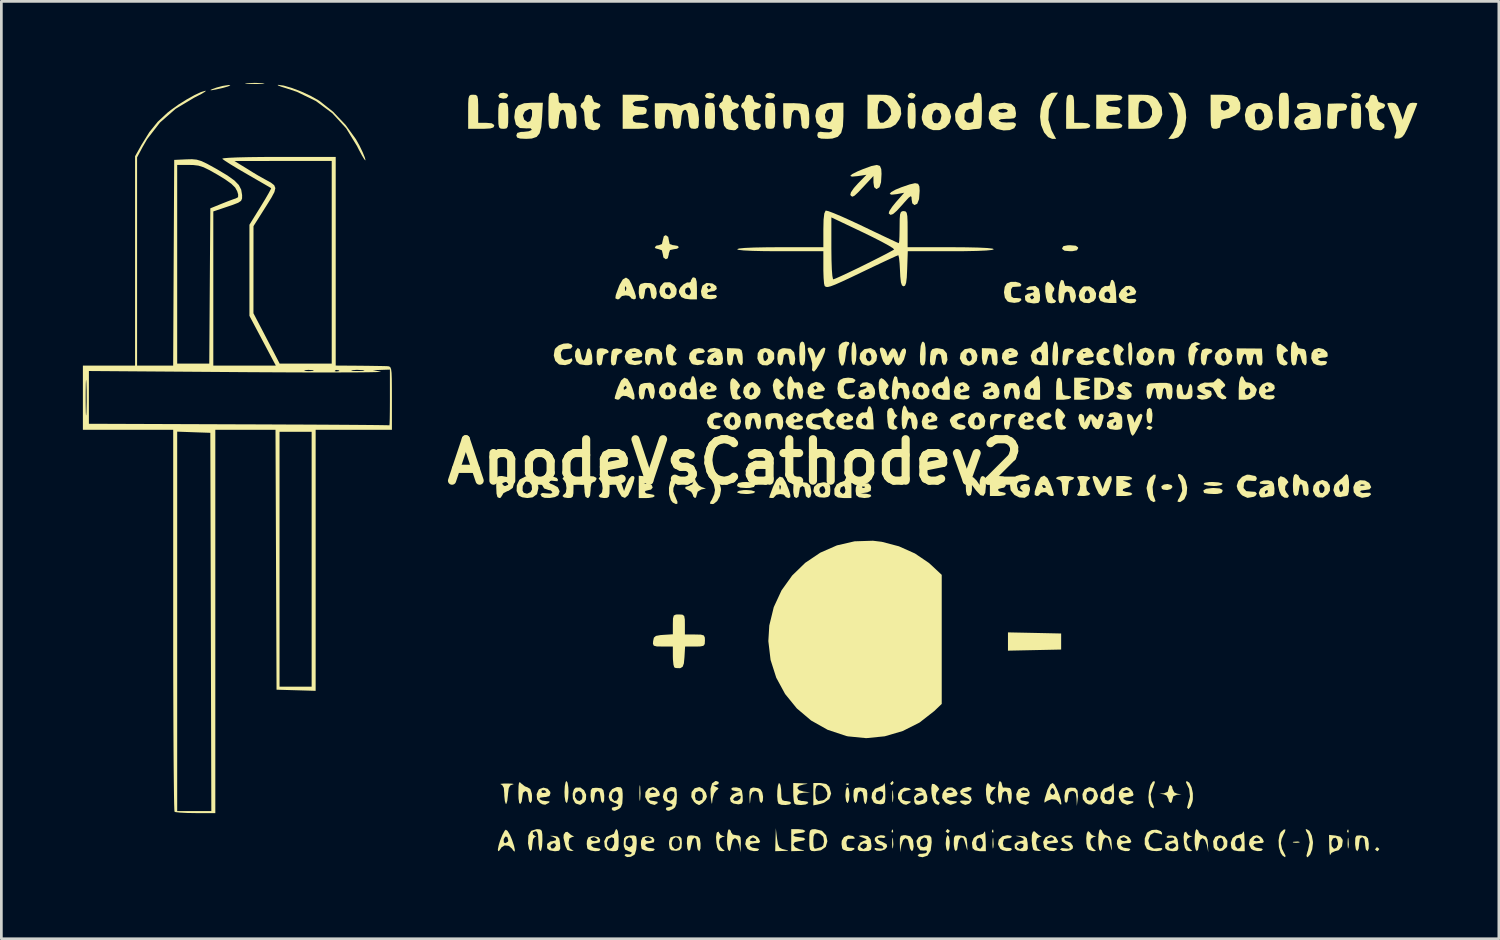
<source format=kicad_pcb>
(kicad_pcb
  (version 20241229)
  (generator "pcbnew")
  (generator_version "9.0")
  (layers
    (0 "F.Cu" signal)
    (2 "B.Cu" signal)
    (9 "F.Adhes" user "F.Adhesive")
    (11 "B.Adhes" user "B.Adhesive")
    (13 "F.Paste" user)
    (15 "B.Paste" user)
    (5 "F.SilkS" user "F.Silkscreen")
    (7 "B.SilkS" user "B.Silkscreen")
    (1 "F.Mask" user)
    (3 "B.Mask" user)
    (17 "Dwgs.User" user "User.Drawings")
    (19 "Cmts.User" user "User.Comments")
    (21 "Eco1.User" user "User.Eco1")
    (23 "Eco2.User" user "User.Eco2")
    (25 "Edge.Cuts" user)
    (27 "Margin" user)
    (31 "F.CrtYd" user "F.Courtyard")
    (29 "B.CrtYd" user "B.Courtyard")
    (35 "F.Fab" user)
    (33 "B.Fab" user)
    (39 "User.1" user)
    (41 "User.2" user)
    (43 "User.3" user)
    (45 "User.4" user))
  (footprint "AnodeVsCathodev2"
    (layer "F.Cu")
    (at 23.997 13.947)
    (property "Reference" "AnodeVsCathodev2" (at 0 0 0) (layer "F.SilkS") (effects (font (size 1.524 1.524) (thickness 0.3))))
    (attr board_only exclude_from_pos_files exclude_from_bom)
    (fp_poly (pts (xy 11.02 6.292) (xy 11.999 6.313) (xy 11.999 6.904) (xy 10.042 6.945) (xy 10.042 6.272)) (stroke (width 0) (type solid)) (fill yes) (layer "F.SilkS"))
    (fp_poly (pts (xy 4.184 11.839) (xy 4.174 11.882) (xy 4.135 11.888) (xy 4.074 11.861) (xy 4.086 11.839) (xy 4.173 11.83)) (stroke (width 0) (type solid)) (fill yes) (layer "F.SilkS"))
    (fp_poly (pts (xy 5.809 13.537) (xy 5.817 13.624) (xy 5.809 13.635) (xy 5.765 13.625) (xy 5.759 13.586) (xy 5.786 13.525)) (stroke (width 0) (type solid)) (fill yes) (layer "F.SilkS"))
    (fp_poly (pts (xy 9.5 13.537) (xy 9.509 13.624) (xy 9.5 13.635) (xy 9.456 13.625) (xy 9.451 13.586) (xy 9.478 13.525)) (stroke (width 0) (type solid)) (fill yes) (layer "F.SilkS"))
    (fp_poly (pts (xy 22.57 13.537) (xy 22.578 13.624) (xy 22.57 13.635) (xy 22.526 13.625) (xy 22.52 13.586) (xy 22.547 13.525)) (stroke (width 0) (type solid)) (fill yes) (layer "F.SilkS"))
    (fp_poly (pts (xy -8.38 -13.548) (xy -8.344 -13.475) (xy -8.408 -13.386) (xy -8.528 -13.365) (xy -8.677 -13.403) (xy -8.713 -13.475) (xy -8.649 -13.564) (xy -8.528 -13.586)) (stroke (width 0) (type solid)) (fill yes) (layer "F.SilkS"))
    (fp_poly (pts (xy -0.775 -13.548) (xy -0.738 -13.475) (xy -0.803 -13.386) (xy -0.923 -13.365) (xy -1.071 -13.403) (xy -1.108 -13.475) (xy -1.043 -13.564) (xy -0.923 -13.586)) (stroke (width 0) (type solid)) (fill yes) (layer "F.SilkS"))
    (fp_poly (pts (xy 1.441 -13.548) (xy 1.477 -13.475) (xy 1.413 -13.386) (xy 1.292 -13.365) (xy 1.144 -13.403) (xy 1.108 -13.475) (xy 1.172 -13.564) (xy 1.292 -13.586)) (stroke (width 0) (type solid)) (fill yes) (layer "F.SilkS"))
    (fp_poly (pts (xy 5.811 13.863) (xy 5.824 14.078) (xy 5.811 14.195) (xy 5.793 14.23) (xy 5.782 14.137) (xy 5.779 14.029) (xy 5.785 13.869) (xy 5.8 13.826)) (stroke (width 0) (type solid)) (fill yes) (layer "F.SilkS"))
    (fp_poly (pts (xy 5.812 12.129) (xy 5.824 12.347) (xy 5.811 12.498) (xy 5.794 12.528) (xy 5.783 12.431) (xy 5.78 12.294) (xy 5.786 12.126) (xy 5.799 12.077)) (stroke (width 0) (type solid)) (fill yes) (layer "F.SilkS"))
    (fp_poly (pts (xy 5.832 11.797) (xy 5.833 11.814) (xy 5.776 11.885) (xy 5.755 11.888) (xy 5.711 11.843) (xy 5.722 11.814) (xy 5.789 11.744) (xy 5.801 11.74)) (stroke (width 0) (type solid)) (fill yes) (layer "F.SilkS"))
    (fp_poly (pts (xy 6.618 -13.54) (xy 6.645 -13.475) (xy 6.584 -13.385) (xy 6.498 -13.365) (xy 6.377 -13.411) (xy 6.35 -13.475) (xy 6.412 -13.565) (xy 6.498 -13.586)) (stroke (width 0) (type solid)) (fill yes) (layer "F.SilkS"))
    (fp_poly (pts (xy 7.898 13.568) (xy 7.901 13.586) (xy 7.844 13.658) (xy 7.827 13.66) (xy 7.755 13.604) (xy 7.753 13.586) (xy 7.809 13.514) (xy 7.827 13.512)) (stroke (width 0) (type solid)) (fill yes) (layer "F.SilkS"))
    (fp_poly (pts (xy 9.503 13.863) (xy 9.515 14.078) (xy 9.503 14.195) (xy 9.485 14.23) (xy 9.473 14.137) (xy 9.471 14.029) (xy 9.477 13.869) (xy 9.492 13.826)) (stroke (width 0) (type solid)) (fill yes) (layer "F.SilkS"))
    (fp_poly (pts (xy 15.346 -1.289) (xy 15.358 -1.255) (xy 15.298 -1.19) (xy 15.247 -1.181) (xy 15.149 -1.221) (xy 15.137 -1.255) (xy 15.196 -1.321) (xy 15.247 -1.329)) (stroke (width 0) (type solid)) (fill yes) (layer "F.SilkS"))
    (fp_poly (pts (xy 20.768 13.981) (xy 20.771 14.005) (xy 20.655 14.015) (xy 20.637 14.015) (xy 20.523 14.004) (xy 20.534 13.982) (xy 20.547 13.978) (xy 20.707 13.967)) (stroke (width 0) (type solid)) (fill yes) (layer "F.SilkS"))
    (fp_poly (pts (xy 22.572 13.863) (xy 22.585 14.078) (xy 22.572 14.195) (xy 22.554 14.23) (xy 22.543 14.137) (xy 22.54 14.029) (xy 22.546 13.869) (xy 22.561 13.826)) (stroke (width 0) (type solid)) (fill yes) (layer "F.SilkS"))
    (fp_poly (pts (xy 23.001 -13.548) (xy 23.037 -13.475) (xy 22.973 -13.386) (xy 22.853 -13.365) (xy 22.704 -13.403) (xy 22.668 -13.475) (xy 22.732 -13.564) (xy 22.853 -13.586)) (stroke (width 0) (type solid)) (fill yes) (layer "F.SilkS"))
    (fp_poly (pts (xy 23.7 14.233) (xy 23.702 14.251) (xy 23.646 14.322) (xy 23.628 14.324) (xy 23.556 14.268) (xy 23.554 14.251) (xy 23.61 14.179) (xy 23.628 14.177)) (stroke (width 0) (type solid)) (fill yes) (layer "F.SilkS"))
    (fp_poly (pts (xy 16.061 0.852) (xy 16.097 0.923) (xy 16.036 1) (xy 15.9 1.036) (xy 15.757 1.019) (xy 15.705 0.987) (xy 15.684 0.899) (xy 15.778 0.832) (xy 15.916 0.812)) (stroke (width 0) (type solid)) (fill yes) (layer "F.SilkS"))
    (fp_poly (pts (xy -3.493 11.929) (xy -3.491 11.943) (xy -3.479 12.202) (xy -3.491 12.423) (xy -3.505 12.479) (xy -3.516 12.403) (xy -3.52 12.214) (xy -3.521 12.183) (xy -3.517 11.98) (xy -3.507 11.89)) (stroke (width 0) (type solid)) (fill yes) (layer "F.SilkS"))
    (fp_poly (pts (xy -18.571 -13.854) (xy -18.659 -13.815) (xy -18.828 -13.767) (xy -19.1 -13.704) (xy -19.264 -13.676) (xy -19.31 -13.682) (xy -19.23 -13.722) (xy -19.087 -13.773) (xy -18.851 -13.836) (xy -18.642 -13.868) (xy -18.607 -13.869)) (stroke (width 0) (type solid)) (fill yes) (layer "F.SilkS"))
    (fp_poly (pts (xy -17.405 -13.938) (xy -17.368 -13.935) (xy -17.308 -13.922) (xy -17.379 -13.913) (xy -17.566 -13.907) (xy -17.684 -13.907) (xy -17.912 -13.91) (xy -18.027 -13.918) (xy -18.014 -13.929) (xy -17.959 -13.936) (xy -17.68 -13.947)) (stroke (width 0) (type solid)) (fill yes) (layer "F.SilkS"))
    (fp_poly (pts (xy 1.544 13.844) (xy 1.578 14.066) (xy 1.633 14.184) (xy 1.733 14.241) (xy 1.809 14.26) (xy 1.943 14.291) (xy 1.949 14.306) (xy 1.818 14.314) (xy 1.754 14.316) (xy 1.477 14.324) (xy 1.5 13.475)) (stroke (width 0) (type solid)) (fill yes) (layer "F.SilkS"))
    (fp_poly (pts (xy -6.162 11.807) (xy -6.135 11.979) (xy -6.128 12.146) (xy -6.141 12.369) (xy -6.172 12.516) (xy -6.202 12.552) (xy -6.243 12.486) (xy -6.27 12.313) (xy -6.276 12.146) (xy -6.264 11.924) (xy -6.233 11.776) (xy -6.202 11.74)) (stroke (width 0) (type solid)) (fill yes) (layer "F.SilkS"))
    (fp_poly (pts (xy 0.604 1.048) (xy 0.723 1.085) (xy 0.738 1.108) (xy 0.672 1.152) (xy 0.505 1.178) (xy 0.406 1.181) (xy 0.208 1.167) (xy 0.089 1.13) (xy 0.074 1.108) (xy 0.14 1.064) (xy 0.307 1.037) (xy 0.406 1.034)) (stroke (width 0) (type solid)) (fill yes) (layer "F.SilkS"))
    (fp_poly (pts (xy 0.625 0.753) (xy 0.725 0.802) (xy 0.738 0.849) (xy 0.695 0.922) (xy 0.547 0.955) (xy 0.406 0.96) (xy 0.187 0.945) (xy 0.087 0.896) (xy 0.074 0.849) (xy 0.117 0.776) (xy 0.265 0.743) (xy 0.406 0.738)) (stroke (width 0) (type solid)) (fill yes) (layer "F.SilkS"))
    (fp_poly (pts (xy 4.181 12.027) (xy 4.207 12.191) (xy 4.209 12.257) (xy 4.192 12.442) (xy 4.151 12.545) (xy 4.135 12.552) (xy 4.089 12.487) (xy 4.063 12.323) (xy 4.061 12.257) (xy 4.077 12.072) (xy 4.118 11.969) (xy 4.135 11.962)) (stroke (width 0) (type solid)) (fill yes) (layer "F.SilkS"))
    (fp_poly (pts (xy 4.435 -4.318) (xy 4.465 -4.097) (xy 4.467 -3.987) (xy 4.45 -3.725) (xy 4.4 -3.582) (xy 4.375 -3.563) (xy 4.321 -3.59) (xy 4.291 -3.729) (xy 4.283 -3.987) (xy 4.292 -4.251) (xy 4.322 -4.387) (xy 4.375 -4.412)) (stroke (width 0) (type solid)) (fill yes) (layer "F.SilkS"))
    (fp_poly (pts (xy 7.873 13.799) (xy 7.899 13.963) (xy 7.901 14.029) (xy 7.884 14.214) (xy 7.843 14.317) (xy 7.827 14.324) (xy 7.781 14.259) (xy 7.755 14.095) (xy 7.753 14.029) (xy 7.769 13.844) (xy 7.81 13.741) (xy 7.827 13.734)) (stroke (width 0) (type solid)) (fill yes) (layer "F.SilkS"))
    (fp_poly (pts (xy 12.536 -7.956) (xy 12.621 -7.896) (xy 12.626 -7.864) (xy 12.577 -7.787) (xy 12.416 -7.755) (xy 12.331 -7.753) (xy 12.125 -7.771) (xy 12.041 -7.832) (xy 12.035 -7.864) (xy 12.084 -7.941) (xy 12.246 -7.972) (xy 12.331 -7.974)) (stroke (width 0) (type solid)) (fill yes) (layer "F.SilkS"))
    (fp_poly (pts (xy 15.324 -1.945) (xy 15.356 -1.783) (xy 15.358 -1.698) (xy 15.337 -1.48) (xy 15.275 -1.403) (xy 15.186 -1.452) (xy 15.152 -1.553) (xy 15.137 -1.733) (xy 15.137 -1.747) (xy 15.163 -1.934) (xy 15.247 -1.994) (xy 15.247 -1.994)) (stroke (width 0) (type solid)) (fill yes) (layer "F.SilkS"))
    (fp_poly (pts (xy 17.781 0.752) (xy 17.916 0.785) (xy 17.942 0.812) (xy 17.877 0.856) (xy 17.71 0.883) (xy 17.615 0.886) (xy 17.406 0.871) (xy 17.266 0.832) (xy 17.241 0.812) (xy 17.278 0.767) (xy 17.442 0.742) (xy 17.569 0.738)) (stroke (width 0) (type solid)) (fill yes) (layer "F.SilkS"))
    (fp_poly (pts (xy 17.832 0.975) (xy 17.93 1.025) (xy 17.942 1.071) (xy 17.897 1.145) (xy 17.745 1.178) (xy 17.622 1.181) (xy 17.416 1.171) (xy 17.278 1.146) (xy 17.255 1.134) (xy 17.23 1.049) (xy 17.336 0.988) (xy 17.557 0.961) (xy 17.615 0.96)) (stroke (width 0) (type solid)) (fill yes) (layer "F.SilkS"))
    (fp_poly (pts (xy 6.978 -4.375) (xy 7.008 -4.201) (xy 7.015 -3.987) (xy 7.006 -3.731) (xy 6.977 -3.593) (xy 6.919 -3.545) (xy 6.902 -3.544) (xy 6.838 -3.573) (xy 6.808 -3.679) (xy 6.804 -3.893) (xy 6.807 -3.987) (xy 6.831 -4.267) (xy 6.879 -4.408) (xy 6.919 -4.43)) (stroke (width 0) (type solid)) (fill yes) (layer "F.SilkS"))
    (fp_poly (pts (xy 11.851 -4.375) (xy 11.882 -4.201) (xy 11.888 -3.987) (xy 11.88 -3.731) (xy 11.85 -3.593) (xy 11.792 -3.545) (xy 11.775 -3.544) (xy 11.712 -3.573) (xy 11.681 -3.679) (xy 11.677 -3.893) (xy 11.68 -3.987) (xy 11.705 -4.267) (xy 11.752 -4.408) (xy 11.793 -4.43)) (stroke (width 0) (type solid)) (fill yes) (layer "F.SilkS"))
    (fp_poly (pts (xy 14.588 -4.364) (xy 14.615 -4.177) (xy 14.62 -3.993) (xy 14.609 -3.755) (xy 14.58 -3.593) (xy 14.546 -3.544) (xy 14.504 -3.611) (xy 14.477 -3.78) (xy 14.472 -3.913) (xy 14.471 -4.137) (xy 14.468 -4.296) (xy 14.467 -4.336) (xy 14.518 -4.406) (xy 14.54 -4.416)) (stroke (width 0) (type solid)) (fill yes) (layer "F.SilkS"))
    (fp_poly (pts (xy -4.873 -4.18) (xy -4.73 -4.145) (xy -4.653 -4.076) (xy -4.663 -4.011) (xy -4.763 -3.987) (xy -4.85 -3.921) (xy -4.873 -3.766) (xy -4.906 -3.59) (xy -4.984 -3.544) (xy -5.058 -3.589) (xy -5.091 -3.741) (xy -5.095 -3.866) (xy -5.088 -4.066) (xy -5.049 -4.157) (xy -4.951 -4.181)) (stroke (width 0) (type solid)) (fill yes) (layer "F.SilkS"))
    (fp_poly (pts (xy -4.185 -4.147) (xy -4.135 -4.083) (xy -4.194 -3.998) (xy -4.246 -3.987) (xy -4.334 -3.921) (xy -4.356 -3.766) (xy -4.387 -3.593) (xy -4.471 -3.544) (xy -4.544 -3.578) (xy -4.569 -3.701) (xy -4.564 -3.858) (xy -4.54 -4.056) (xy -4.488 -4.148) (xy -4.377 -4.174) (xy -4.338 -4.175)) (stroke (width 0) (type solid)) (fill yes) (layer "F.SilkS"))
    (fp_poly (pts (xy 9.767 -1.747) (xy 9.816 -1.689) (xy 9.735 -1.623) (xy 9.673 -1.603) (xy 9.55 -1.507) (xy 9.525 -1.373) (xy 9.501 -1.231) (xy 9.451 -1.181) (xy 9.405 -1.247) (xy 9.379 -1.411) (xy 9.377 -1.477) (xy 9.386 -1.666) (xy 9.433 -1.75) (xy 9.551 -1.772) (xy 9.599 -1.772)) (stroke (width 0) (type solid)) (fill yes) (layer "F.SilkS"))
    (fp_poly (pts (xy 12.429 -4.147) (xy 12.478 -4.083) (xy 12.419 -3.998) (xy 12.368 -3.987) (xy 12.28 -3.921) (xy 12.257 -3.766) (xy 12.226 -3.593) (xy 12.142 -3.544) (xy 12.069 -3.578) (xy 12.044 -3.701) (xy 12.05 -3.858) (xy 12.073 -4.056) (xy 12.126 -4.148) (xy 12.236 -4.174) (xy 12.275 -4.175)) (stroke (width 0) (type solid)) (fill yes) (layer "F.SilkS"))
    (fp_poly (pts (xy 15.447 11.796) (xy 15.398 11.931) (xy 15.391 11.943) (xy 15.294 12.224) (xy 15.323 12.474) (xy 15.364 12.564) (xy 15.417 12.703) (xy 15.387 12.746) (xy 15.298 12.684) (xy 15.231 12.542) (xy 15.211 12.333) (xy 15.231 12.103) (xy 15.286 11.898) (xy 15.369 11.766) (xy 15.43 11.74)) (stroke (width 0) (type solid)) (fill yes) (layer "F.SilkS"))
    (fp_poly (pts (xy 15.478 0.471) (xy 15.472 0.579) (xy 15.438 0.653) (xy 15.365 0.917) (xy 15.385 1.203) (xy 15.435 1.334) (xy 15.473 1.445) (xy 15.407 1.477) (xy 15.396 1.477) (xy 15.287 1.415) (xy 15.209 1.287) (xy 15.141 0.961) (xy 15.208 0.685) (xy 15.278 0.58) (xy 15.404 0.467)) (stroke (width 0) (type solid)) (fill yes) (layer "F.SilkS"))
    (fp_poly (pts (xy 17.524 -4.147) (xy 17.573 -4.083) (xy 17.514 -3.998) (xy 17.462 -3.987) (xy 17.375 -3.921) (xy 17.352 -3.766) (xy 17.323 -3.603) (xy 17.255 -3.544) (xy 17.178 -3.608) (xy 17.159 -3.649) (xy 17.137 -3.797) (xy 17.143 -3.963) (xy 17.188 -4.117) (xy 17.303 -4.171) (xy 17.37 -4.175)) (stroke (width 0) (type solid)) (fill yes) (layer "F.SilkS"))
    (fp_poly (pts (xy 2.538 -4.396) (xy 2.572 -4.276) (xy 2.584 -4.041) (xy 2.584 -3.987) (xy 2.576 -3.73) (xy 2.546 -3.592) (xy 2.487 -3.545) (xy 2.474 -3.544) (xy 2.409 -3.578) (xy 2.375 -3.699) (xy 2.363 -3.934) (xy 2.363 -3.987) (xy 2.371 -4.244) (xy 2.401 -4.383) (xy 2.46 -4.429) (xy 2.474 -4.43)) (stroke (width 0) (type solid)) (fill yes) (layer "F.SilkS"))
    (fp_poly (pts (xy 6.578 -13.202) (xy 6.622 -13.135) (xy 6.641 -12.984) (xy 6.645 -12.737) (xy 6.641 -12.477) (xy 6.62 -12.332) (xy 6.574 -12.27) (xy 6.498 -12.257) (xy 6.418 -12.272) (xy 6.373 -12.339) (xy 6.354 -12.489) (xy 6.35 -12.737) (xy 6.355 -12.997) (xy 6.375 -13.141) (xy 6.422 -13.204) (xy 6.498 -13.217)) (stroke (width 0) (type solid)) (fill yes) (layer "F.SilkS"))
    (fp_poly (pts (xy 10.271 -1.751) (xy 10.337 -1.699) (xy 10.337 -1.698) (xy 10.277 -1.633) (xy 10.226 -1.624) (xy 10.139 -1.558) (xy 10.116 -1.403) (xy 10.083 -1.227) (xy 10.005 -1.181) (xy 9.928 -1.23) (xy 9.896 -1.392) (xy 9.894 -1.477) (xy 9.903 -1.666) (xy 9.95 -1.75) (xy 10.068 -1.772) (xy 10.116 -1.772)) (stroke (width 0) (type solid)) (fill yes) (layer "F.SilkS"))
    (fp_poly (pts (xy 16.717 11.806) (xy 16.798 11.973) (xy 16.845 12.193) (xy 16.845 12.421) (xy 16.828 12.505) (xy 16.762 12.679) (xy 16.69 12.77) (xy 16.676 12.774) (xy 16.633 12.72) (xy 16.653 12.645) (xy 16.741 12.312) (xy 16.708 12.025) (xy 16.657 11.925) (xy 16.594 11.794) (xy 16.614 11.74) (xy 16.615 11.74)) (stroke (width 0) (type solid)) (fill yes) (layer "F.SilkS"))
    (fp_poly (pts (xy 20.256 13.531) (xy 20.224 13.636) (xy 20.199 13.676) (xy 20.109 13.875) (xy 20.084 14.029) (xy 20.127 14.238) (xy 20.199 14.382) (xy 20.258 14.499) (xy 20.238 14.546) (xy 20.149 14.488) (xy 20.079 14.389) (xy 20.012 14.173) (xy 20 13.922) (xy 20.041 13.702) (xy 20.085 13.621) (xy 20.199 13.521)) (stroke (width 0) (type solid)) (fill yes) (layer "F.SilkS"))
    (fp_poly (pts (xy 21.138 13.579) (xy 21.222 13.749) (xy 21.264 13.978) (xy 21.265 14.029) (xy 21.237 14.255) (xy 21.166 14.441) (xy 21.073 14.54) (xy 21.045 14.546) (xy 21.026 14.487) (xy 21.064 14.341) (xy 21.08 14.299) (xy 21.144 13.996) (xy 21.09 13.716) (xy 21.024 13.605) (xy 20.994 13.524) (xy 21.032 13.512)) (stroke (width 0) (type solid)) (fill yes) (layer "F.SilkS"))
    (fp_poly (pts (xy -2.117 0.537) (xy -2.126 0.621) (xy -2.193 0.775) (xy -2.268 0.958) (xy -2.272 1.095) (xy -2.204 1.269) (xy -2.193 1.292) (xy -2.121 1.461) (xy -2.12 1.535) (xy -2.177 1.551) (xy -2.294 1.492) (xy -2.36 1.408) (xy -2.427 1.192) (xy -2.432 0.952) (xy -2.384 0.73) (xy -2.291 0.571) (xy -2.177 0.517)) (stroke (width 0) (type solid)) (fill yes) (layer "F.SilkS"))
    (fp_poly (pts (xy 4.182 -4.41) (xy 4.209 -4.356) (xy 4.166 -4.284) (xy 4.153 -4.282) (xy 4.115 -4.217) (xy 4.084 -4.052) (xy 4.077 -3.976) (xy 4.04 -3.705) (xy 3.983 -3.558) (xy 3.918 -3.542) (xy 3.856 -3.661) (xy 3.817 -3.854) (xy 3.807 -4.081) (xy 3.834 -4.264) (xy 3.847 -4.297) (xy 3.945 -4.388) (xy 4.076 -4.429)) (stroke (width 0) (type solid)) (fill yes) (layer "F.SilkS"))
    (fp_poly (pts (xy 6.449 13.774) (xy 6.545 13.908) (xy 6.572 14.146) (xy 6.547 14.293) (xy 6.493 14.315) (xy 6.437 14.222) (xy 6.41 14.084) (xy 6.359 13.898) (xy 6.273 13.842) (xy 6.182 13.916) (xy 6.12 14.103) (xy 6.074 14.361) (xy 6.064 14.048) (xy 6.066 13.851) (xy 6.103 13.76) (xy 6.204 13.735) (xy 6.268 13.734)) (stroke (width 0) (type solid)) (fill yes) (layer "F.SilkS"))
    (fp_poly (pts (xy 11.998 -3.058) (xy 12.031 -2.91) (xy 12.035 -2.769) (xy 12.043 -2.564) (xy 12.08 -2.467) (xy 12.17 -2.438) (xy 12.224 -2.437) (xy 12.35 -2.413) (xy 12.368 -2.363) (xy 12.27 -2.313) (xy 12.091 -2.289) (xy 12.068 -2.289) (xy 11.814 -2.289) (xy 11.814 -2.695) (xy 11.824 -2.94) (xy 11.859 -3.066) (xy 11.925 -3.101)) (stroke (width 0) (type solid)) (fill yes) (layer "F.SilkS"))
    (fp_poly (pts (xy 16.267 -13.552) (xy 16.385 -13.43) (xy 16.472 -13.278) (xy 16.574 -12.98) (xy 16.601 -12.665) (xy 16.56 -12.366) (xy 16.46 -12.115) (xy 16.309 -11.945) (xy 16.13 -11.888) (xy 15.944 -11.888) (xy 16.113 -12.115) (xy 16.249 -12.413) (xy 16.288 -12.763) (xy 16.227 -13.111) (xy 16.11 -13.346) (xy 15.939 -13.586) (xy 16.127 -13.586)) (stroke (width 0) (type solid)) (fill yes) (layer "F.SilkS"))
    (fp_poly (pts (xy 16.462 0.505) (xy 16.562 0.657) (xy 16.576 0.69) (xy 16.636 0.943) (xy 16.617 1.184) (xy 16.531 1.373) (xy 16.391 1.471) (xy 16.342 1.477) (xy 16.278 1.458) (xy 16.307 1.378) (xy 16.351 1.313) (xy 16.455 1.065) (xy 16.424 0.795) (xy 16.359 0.646) (xy 16.294 0.505) (xy 16.307 0.45) (xy 16.363 0.443)) (stroke (width 0) (type solid)) (fill yes) (layer "F.SilkS"))
    (fp_poly (pts (xy -2.237 -4.241) (xy -2.229 -4.233) (xy -2.154 -4.129) (xy -2.197 -4.079) (xy -2.262 -4) (xy -2.287 -3.864) (xy -2.27 -3.739) (xy -2.215 -3.692) (xy -2.143 -3.636) (xy -2.141 -3.618) (xy -2.197 -3.557) (xy -2.319 -3.548) (xy -2.433 -3.59) (xy -2.47 -3.636) (xy -2.54 -3.943) (xy -2.545 -4.173) (xy -2.492 -4.31) (xy -2.387 -4.338)) (stroke (width 0) (type solid)) (fill yes) (layer "F.SilkS"))
    (fp_poly (pts (xy -0.697 0.582) (xy -0.585 0.746) (xy -0.522 0.959) (xy -0.517 1.034) (xy -0.556 1.252) (xy -0.655 1.438) (xy -0.783 1.542) (xy -0.828 1.551) (xy -0.921 1.539) (xy -0.913 1.478) (xy -0.853 1.386) (xy -0.764 1.188) (xy -0.738 1.034) (xy -0.781 0.825) (xy -0.853 0.681) (xy -0.926 0.563) (xy -0.903 0.521) (xy -0.828 0.517)) (stroke (width 0) (type solid)) (fill yes) (layer "F.SilkS"))
    (fp_poly (pts (xy 7.335 11.853) (xy 7.435 11.928) (xy 7.515 12.038) (xy 7.475 12.091) (xy 7.41 12.17) (xy 7.385 12.306) (xy 7.403 12.431) (xy 7.458 12.478) (xy 7.529 12.535) (xy 7.531 12.552) (xy 7.487 12.622) (xy 7.387 12.591) (xy 7.322 12.53) (xy 7.266 12.399) (xy 7.23 12.201) (xy 7.22 12.002) (xy 7.242 11.863) (xy 7.255 11.845)) (stroke (width 0) (type solid)) (fill yes) (layer "F.SilkS"))
    (fp_poly (pts (xy 11.701 -13.317) (xy 11.549 -12.968) (xy 11.53 -12.586) (xy 11.646 -12.203) (xy 11.666 -12.164) (xy 11.814 -11.888) (xy 11.665 -11.888) (xy 11.52 -11.952) (xy 11.374 -12.121) (xy 11.37 -12.128) (xy 11.26 -12.399) (xy 11.223 -12.703) (xy 11.25 -13.007) (xy 11.334 -13.277) (xy 11.468 -13.479) (xy 11.644 -13.58) (xy 11.7 -13.586) (xy 11.883 -13.586)) (stroke (width 0) (type solid)) (fill yes) (layer "F.SilkS"))
    (fp_poly (pts (xy 14.228 -4.241) (xy 14.237 -4.233) (xy 14.311 -4.129) (xy 14.268 -4.079) (xy 14.203 -4) (xy 14.178 -3.864) (xy 14.196 -3.739) (xy 14.251 -3.692) (xy 14.322 -3.636) (xy 14.324 -3.618) (xy 14.268 -3.557) (xy 14.147 -3.548) (xy 14.032 -3.59) (xy 13.996 -3.636) (xy 13.926 -3.943) (xy 13.92 -4.173) (xy 13.973 -4.31) (xy 14.078 -4.338)) (stroke (width 0) (type solid)) (fill yes) (layer "F.SilkS"))
    (fp_poly (pts (xy -8.205 11.839) (xy -8.14 11.853) (xy -8.174 11.866) (xy -8.274 11.907) (xy -8.328 12.008) (xy -8.354 12.209) (xy -8.358 12.268) (xy -8.38 12.467) (xy -8.413 12.577) (xy -8.436 12.584) (xy -8.47 12.481) (xy -8.49 12.29) (xy -8.491 12.213) (xy -8.508 11.996) (xy -8.569 11.889) (xy -8.62 11.865) (xy -8.63 11.846) (xy -8.518 11.835) (xy -8.381 11.833)) (stroke (width 0) (type solid)) (fill yes) (layer "F.SilkS"))
    (fp_poly (pts (xy -6.031 0.525) (xy -5.97 0.575) (xy -5.947 0.702) (xy -5.944 0.923) (xy -5.948 1.155) (xy -5.973 1.276) (xy -6.036 1.322) (xy -6.147 1.329) (xy -6.294 1.306) (xy -6.35 1.255) (xy -6.294 1.184) (xy -6.276 1.181) (xy -6.224 1.117) (xy -6.202 0.964) (xy -6.225 0.794) (xy -6.276 0.701) (xy -6.35 0.613) (xy -6.295 0.542) (xy -6.147 0.517)) (stroke (width 0) (type solid)) (fill yes) (layer "F.SilkS"))
    (fp_poly (pts (xy -4.702 0.525) (xy -4.641 0.575) (xy -4.618 0.702) (xy -4.615 0.923) (xy -4.619 1.155) (xy -4.644 1.276) (xy -4.707 1.322) (xy -4.818 1.329) (xy -4.965 1.306) (xy -5.021 1.255) (xy -4.965 1.184) (xy -4.947 1.181) (xy -4.895 1.117) (xy -4.873 0.964) (xy -4.896 0.794) (xy -4.947 0.701) (xy -5.021 0.613) (xy -4.966 0.542) (xy -4.818 0.517)) (stroke (width 0) (type solid)) (fill yes) (layer "F.SilkS"))
    (fp_poly (pts (xy -0.588 -1.808) (xy -0.46 -1.734) (xy -0.469 -1.662) (xy -0.606 -1.625) (xy -0.628 -1.624) (xy -0.772 -1.591) (xy -0.812 -1.472) (xy -0.772 -1.355) (xy -0.676 -1.343) (xy -0.557 -1.329) (xy -0.526 -1.292) (xy -0.571 -1.225) (xy -0.698 -1.198) (xy -0.846 -1.215) (xy -0.942 -1.267) (xy -1.032 -1.439) (xy -1.008 -1.616) (xy -0.895 -1.757) (xy -0.721 -1.824)) (stroke (width 0) (type solid)) (fill yes) (layer "F.SilkS"))
    (fp_poly (pts (xy 1.585 -3.058) (xy 1.689 -2.963) (xy 1.79 -2.846) (xy 1.784 -2.784) (xy 1.737 -2.759) (xy 1.637 -2.663) (xy 1.647 -2.538) (xy 1.735 -2.463) (xy 1.833 -2.391) (xy 1.846 -2.355) (xy 1.789 -2.3) (xy 1.664 -2.294) (xy 1.545 -2.333) (xy 1.512 -2.365) (xy 1.416 -2.594) (xy 1.388 -2.825) (xy 1.435 -2.996) (xy 1.435 -2.997) (xy 1.51 -3.076)) (stroke (width 0) (type solid)) (fill yes) (layer "F.SilkS"))
    (fp_poly (pts (xy 11.563 -1.814) (xy 11.646 -1.722) (xy 11.607 -1.648) (xy 11.504 -1.612) (xy 11.369 -1.551) (xy 11.337 -1.458) (xy 11.408 -1.385) (xy 11.5 -1.372) (xy 11.63 -1.34) (xy 11.666 -1.28) (xy 11.6 -1.206) (xy 11.443 -1.181) (xy 11.254 -1.22) (xy 11.138 -1.362) (xy 11.132 -1.375) (xy 11.084 -1.525) (xy 11.133 -1.632) (xy 11.219 -1.71) (xy 11.408 -1.814)) (stroke (width 0) (type solid)) (fill yes) (layer "F.SilkS"))
    (fp_poly (pts (xy 11.591 -6.59) (xy 11.662 -6.519) (xy 11.75 -6.389) (xy 11.739 -6.313) (xy 11.68 -6.218) (xy 11.67 -6.087) (xy 11.709 -5.993) (xy 11.74 -5.981) (xy 11.812 -5.925) (xy 11.814 -5.907) (xy 11.755 -5.85) (xy 11.631 -5.835) (xy 11.519 -5.865) (xy 11.496 -5.889) (xy 11.443 -6.051) (xy 11.414 -6.267) (xy 11.416 -6.468) (xy 11.443 -6.571) (xy 11.507 -6.632)) (stroke (width 0) (type solid)) (fill yes) (layer "F.SilkS"))
    (fp_poly (pts (xy 13.632 -4.196) (xy 13.75 -4.14) (xy 13.786 -4.063) (xy 13.727 -4.014) (xy 13.682 -4.013) (xy 13.571 -3.968) (xy 13.549 -3.876) (xy 13.598 -3.756) (xy 13.678 -3.739) (xy 13.787 -3.7) (xy 13.808 -3.647) (xy 13.749 -3.569) (xy 13.612 -3.547) (xy 13.459 -3.58) (xy 13.379 -3.633) (xy 13.294 -3.799) (xy 13.31 -3.981) (xy 13.407 -4.13) (xy 13.562 -4.2)) (stroke (width 0) (type solid)) (fill yes) (layer "F.SilkS"))
    (fp_poly (pts (xy 20.212 0.571) (xy 20.291 0.64) (xy 20.366 0.744) (xy 20.323 0.794) (xy 20.248 0.883) (xy 20.238 1.025) (xy 20.297 1.139) (xy 20.305 1.144) (xy 20.376 1.239) (xy 20.379 1.26) (xy 20.327 1.322) (xy 20.214 1.314) (xy 20.104 1.238) (xy 20.103 1.237) (xy 20.028 1.076) (xy 19.981 0.858) (xy 19.977 0.663) (xy 19.988 0.614) (xy 20.075 0.524)) (stroke (width 0) (type solid)) (fill yes) (layer "F.SilkS"))
    (fp_poly (pts (xy 20.221 -4.234) (xy 20.248 -4.209) (xy 20.347 -4.105) (xy 20.337 -4.065) (xy 20.282 -4.061) (xy 20.186 -4.006) (xy 20.159 -3.885) (xy 20.205 -3.764) (xy 20.268 -3.719) (xy 20.34 -3.646) (xy 20.298 -3.57) (xy 20.199 -3.544) (xy 20.069 -3.596) (xy 20.026 -3.636) (xy 19.961 -3.78) (xy 19.935 -3.913) (xy 19.928 -4.19) (xy 19.969 -4.332) (xy 20.064 -4.344)) (stroke (width 0) (type solid)) (fill yes) (layer "F.SilkS"))
    (fp_poly (pts (xy -8.429 -13.208) (xy -8.374 -13.161) (xy -8.35 -13.041) (xy -8.344 -12.815) (xy -8.344 -12.737) (xy -8.347 -12.479) (xy -8.365 -12.335) (xy -8.411 -12.272) (xy -8.498 -12.257) (xy -8.528 -12.257) (xy -8.627 -12.265) (xy -8.683 -12.313) (xy -8.707 -12.433) (xy -8.713 -12.659) (xy -8.713 -12.737) (xy -8.71 -12.995) (xy -8.691 -13.139) (xy -8.645 -13.201) (xy -8.558 -13.217) (xy -8.528 -13.217)) (stroke (width 0) (type solid)) (fill yes) (layer "F.SilkS"))
    (fp_poly (pts (xy -3 -2.839) (xy -2.955 -2.649) (xy -2.953 -2.57) (xy -2.981 -2.374) (xy -3.045 -2.303) (xy -3.116 -2.36) (xy -3.161 -2.535) (xy -3.207 -2.695) (xy -3.269 -2.721) (xy -3.315 -2.615) (xy -3.323 -2.51) (xy -3.356 -2.335) (xy -3.433 -2.289) (xy -3.511 -2.339) (xy -3.543 -2.505) (xy -3.544 -2.576) (xy -3.531 -2.767) (xy -3.472 -2.859) (xy -3.346 -2.9) (xy -3.121 -2.916)) (stroke (width 0) (type solid)) (fill yes) (layer "F.SilkS"))
    (fp_poly (pts (xy -2.821 -4.155) (xy -2.692 -4.019) (xy -2.671 -3.794) (xy -2.721 -3.621) (xy -2.795 -3.56) (xy -2.859 -3.619) (xy -2.88 -3.76) (xy -2.911 -3.938) (xy -2.99 -3.987) (xy -3.078 -3.921) (xy -3.101 -3.766) (xy -3.13 -3.603) (xy -3.198 -3.544) (xy -3.275 -3.608) (xy -3.294 -3.649) (xy -3.315 -3.797) (xy -3.31 -3.961) (xy -3.267 -4.111) (xy -3.153 -4.174) (xy -3.054 -4.187)) (stroke (width 0) (type solid)) (fill yes) (layer "F.SilkS"))
    (fp_poly (pts (xy -1.442 0.713) (xy -1.332 0.865) (xy -1.23 0.926) (xy -1.071 0.979) (xy -1.237 1.011) (xy -1.375 1.094) (xy -1.403 1.187) (xy -1.435 1.304) (xy -1.477 1.329) (xy -1.541 1.269) (xy -1.551 1.211) (xy -1.613 1.1) (xy -1.698 1.055) (xy -1.825 0.99) (xy -1.828 0.92) (xy -1.708 0.886) (xy -1.703 0.886) (xy -1.572 0.822) (xy -1.528 0.72) (xy -1.495 0.554)) (stroke (width 0) (type solid)) (fill yes) (layer "F.SilkS"))
    (fp_poly (pts (xy -1.178 -4.164) (xy -1.108 -4.074) (xy -1.108 -4.064) (xy -1.169 -4.012) (xy -1.274 -4.007) (xy -1.405 -3.985) (xy -1.44 -3.876) (xy -1.402 -3.765) (xy -1.267 -3.747) (xy -1.139 -3.732) (xy -1.125 -3.674) (xy -1.219 -3.59) (xy -1.383 -3.56) (xy -1.547 -3.59) (xy -1.606 -3.63) (xy -1.696 -3.807) (xy -1.669 -3.996) (xy -1.536 -4.137) (xy -1.518 -4.146) (xy -1.332 -4.191)) (stroke (width 0) (type solid)) (fill yes) (layer "F.SilkS"))
    (fp_poly (pts (xy -0.824 -13.208) (xy -0.768 -13.161) (xy -0.744 -13.041) (xy -0.738 -12.815) (xy -0.738 -12.737) (xy -0.742 -12.479) (xy -0.76 -12.335) (xy -0.806 -12.272) (xy -0.893 -12.257) (xy -0.923 -12.257) (xy -1.022 -12.265) (xy -1.077 -12.313) (xy -1.102 -12.433) (xy -1.107 -12.659) (xy -1.108 -12.737) (xy -1.104 -12.995) (xy -1.086 -13.139) (xy -1.04 -13.201) (xy -0.953 -13.217) (xy -0.923 -13.217)) (stroke (width 0) (type solid)) (fill yes) (layer "F.SilkS"))
    (fp_poly (pts (xy -0.591 13.64) (xy -0.53 13.726) (xy -0.461 13.757) (xy -0.37 13.785) (xy -0.423 13.796) (xy -0.461 13.799) (xy -0.568 13.868) (xy -0.591 13.988) (xy -0.542 14.158) (xy -0.461 14.245) (xy -0.379 14.303) (xy -0.431 14.321) (xy -0.489 14.322) (xy -0.593 14.297) (xy -0.653 14.194) (xy -0.687 14.011) (xy -0.699 13.801) (xy -0.676 13.653) (xy -0.66 13.627) (xy -0.599 13.604)) (stroke (width 0) (type solid)) (fill yes) (layer "F.SilkS"))
    (fp_poly (pts (xy -0.018 -4.18) (xy 0.154 -4.167) (xy 0.238 -4.113) (xy 0.271 -3.978) (xy 0.282 -3.85) (xy 0.285 -3.645) (xy 0.25 -3.561) (xy 0.208 -3.561) (xy 0.128 -3.65) (xy 0.087 -3.79) (xy 0.042 -3.951) (xy -0.02 -3.976) (xy -0.066 -3.871) (xy -0.074 -3.766) (xy -0.107 -3.59) (xy -0.185 -3.544) (xy -0.259 -3.589) (xy -0.292 -3.741) (xy -0.295 -3.866) (xy -0.295 -4.187)) (stroke (width 0) (type solid)) (fill yes) (layer "F.SilkS"))
    (fp_poly (pts (xy -0.001 -3.044) (xy 0.086 -2.958) (xy 0.187 -2.817) (xy 0.164 -2.75) (xy 0.163 -2.749) (xy 0.095 -2.672) (xy 0.076 -2.548) (xy 0.11 -2.452) (xy 0.148 -2.437) (xy 0.219 -2.38) (xy 0.222 -2.363) (xy 0.163 -2.306) (xy 0.039 -2.29) (xy -0.074 -2.321) (xy -0.097 -2.344) (xy -0.15 -2.506) (xy -0.178 -2.723) (xy -0.177 -2.924) (xy -0.15 -3.026) (xy -0.086 -3.085)) (stroke (width 0) (type solid)) (fill yes) (layer "F.SilkS"))
    (fp_poly (pts (xy 0.914 -1.731) (xy 0.958 -1.541) (xy 0.96 -1.463) (xy 0.932 -1.267) (xy 0.868 -1.195) (xy 0.798 -1.252) (xy 0.752 -1.427) (xy 0.706 -1.588) (xy 0.645 -1.613) (xy 0.598 -1.508) (xy 0.591 -1.403) (xy 0.558 -1.227) (xy 0.48 -1.181) (xy 0.402 -1.232) (xy 0.371 -1.397) (xy 0.369 -1.468) (xy 0.382 -1.659) (xy 0.441 -1.752) (xy 0.568 -1.793) (xy 0.792 -1.808)) (stroke (width 0) (type solid)) (fill yes) (layer "F.SilkS"))
    (fp_poly (pts (xy 1.391 -13.208) (xy 1.447 -13.161) (xy 1.471 -13.041) (xy 1.477 -12.815) (xy 1.477 -12.737) (xy 1.474 -12.479) (xy 1.455 -12.335) (xy 1.409 -12.272) (xy 1.322 -12.257) (xy 1.292 -12.257) (xy 1.193 -12.265) (xy 1.138 -12.313) (xy 1.114 -12.433) (xy 1.108 -12.659) (xy 1.108 -12.737) (xy 1.111 -12.995) (xy 1.129 -13.139) (xy 1.175 -13.201) (xy 1.262 -13.217) (xy 1.292 -13.217)) (stroke (width 0) (type solid)) (fill yes) (layer "F.SilkS"))
    (fp_poly (pts (xy 1.668 11.88) (xy 1.695 12.047) (xy 1.698 12.146) (xy 1.706 12.351) (xy 1.744 12.448) (xy 1.833 12.477) (xy 1.883 12.478) (xy 2.022 12.504) (xy 2.067 12.552) (xy 2.005 12.602) (xy 1.863 12.624) (xy 1.706 12.617) (xy 1.6 12.577) (xy 1.6 12.577) (xy 1.566 12.476) (xy 1.551 12.297) (xy 1.556 12.093) (xy 1.576 11.916) (xy 1.612 11.82) (xy 1.624 11.814)) (stroke (width 0) (type solid)) (fill yes) (layer "F.SilkS"))
    (fp_poly (pts (xy 5.463 -3.044) (xy 5.55 -2.958) (xy 5.651 -2.817) (xy 5.628 -2.75) (xy 5.627 -2.749) (xy 5.559 -2.672) (xy 5.54 -2.548) (xy 5.574 -2.452) (xy 5.612 -2.437) (xy 5.683 -2.38) (xy 5.685 -2.363) (xy 5.627 -2.306) (xy 5.503 -2.29) (xy 5.39 -2.321) (xy 5.367 -2.344) (xy 5.314 -2.506) (xy 5.286 -2.723) (xy 5.287 -2.924) (xy 5.314 -3.026) (xy 5.378 -3.085)) (stroke (width 0) (type solid)) (fill yes) (layer "F.SilkS"))
    (fp_poly (pts (xy 6.395 12.001) (xy 6.476 12.048) (xy 6.431 12.075) (xy 6.332 12.091) (xy 6.178 12.143) (xy 6.129 12.267) (xy 6.128 12.299) (xy 6.157 12.432) (xy 6.271 12.477) (xy 6.332 12.48) (xy 6.46 12.491) (xy 6.457 12.529) (xy 6.424 12.552) (xy 6.298 12.616) (xy 6.194 12.594) (xy 6.099 12.53) (xy 5.996 12.384) (xy 5.999 12.216) (xy 6.084 12.068) (xy 6.226 11.983)) (stroke (width 0) (type solid)) (fill yes) (layer "F.SilkS"))
    (fp_poly (pts (xy 8.37 -1.803) (xy 8.481 -1.725) (xy 8.452 -1.651) (xy 8.325 -1.611) (xy 8.195 -1.551) (xy 8.159 -1.477) (xy 8.221 -1.389) (xy 8.325 -1.372) (xy 8.455 -1.34) (xy 8.491 -1.28) (xy 8.433 -1.2) (xy 8.296 -1.178) (xy 8.135 -1.208) (xy 8.006 -1.286) (xy 7.977 -1.324) (xy 7.915 -1.473) (xy 7.901 -1.544) (xy 7.963 -1.651) (xy 8.108 -1.75) (xy 8.273 -1.808)) (stroke (width 0) (type solid)) (fill yes) (layer "F.SilkS"))
    (fp_poly (pts (xy 9.359 -4.18) (xy 9.533 -4.166) (xy 9.617 -4.112) (xy 9.649 -3.973) (xy 9.658 -3.858) (xy 9.661 -3.653) (xy 9.622 -3.56) (xy 9.566 -3.544) (xy 9.476 -3.604) (xy 9.451 -3.766) (xy 9.425 -3.937) (xy 9.368 -3.98) (xy 9.31 -3.891) (xy 9.29 -3.79) (xy 9.242 -3.606) (xy 9.176 -3.556) (xy 9.114 -3.63) (xy 9.083 -3.82) (xy 9.082 -3.86) (xy 9.082 -4.187)) (stroke (width 0) (type solid)) (fill yes) (layer "F.SilkS"))
    (fp_poly (pts (xy 10.151 13.756) (xy 10.19 13.795) (xy 10.127 13.841) (xy 10.023 13.85) (xy 9.896 13.88) (xy 9.858 14.005) (xy 9.857 14.029) (xy 9.884 14.166) (xy 9.99 14.199) (xy 10.023 14.196) (xy 10.152 14.21) (xy 10.19 14.251) (xy 10.13 14.31) (xy 9.994 14.321) (xy 9.844 14.287) (xy 9.761 14.236) (xy 9.674 14.068) (xy 9.707 13.9) (xy 9.84 13.775) (xy 10.02 13.734)) (stroke (width 0) (type solid)) (fill yes) (layer "F.SilkS"))
    (fp_poly (pts (xy 11.96 -1.937) (xy 12.047 -1.85) (xy 12.149 -1.71) (xy 12.125 -1.642) (xy 12.125 -1.642) (xy 12.056 -1.564) (xy 12.037 -1.441) (xy 12.071 -1.345) (xy 12.109 -1.329) (xy 12.181 -1.273) (xy 12.183 -1.255) (xy 12.125 -1.198) (xy 12 -1.183) (xy 11.888 -1.213) (xy 11.865 -1.237) (xy 11.812 -1.399) (xy 11.783 -1.615) (xy 11.785 -1.816) (xy 11.812 -1.919) (xy 11.875 -1.978)) (stroke (width 0) (type solid)) (fill yes) (layer "F.SilkS"))
    (fp_poly (pts (xy 16.083 11.949) (xy 16.097 12.03) (xy 16.161 12.162) (xy 16.263 12.205) (xy 16.429 12.237) (xy 16.263 12.247) (xy 16.126 12.303) (xy 16.097 12.405) (xy 16.066 12.525) (xy 16.023 12.552) (xy 15.962 12.491) (xy 15.949 12.41) (xy 15.884 12.278) (xy 15.783 12.235) (xy 15.617 12.203) (xy 15.783 12.193) (xy 15.92 12.137) (xy 15.949 12.035) (xy 15.98 11.915) (xy 16.023 11.888)) (stroke (width 0) (type solid)) (fill yes) (layer "F.SilkS"))
    (fp_poly (pts (xy 16.613 13.64) (xy 16.674 13.726) (xy 16.743 13.757) (xy 16.834 13.785) (xy 16.781 13.796) (xy 16.743 13.799) (xy 16.636 13.868) (xy 16.613 13.988) (xy 16.662 14.158) (xy 16.743 14.245) (xy 16.825 14.303) (xy 16.773 14.321) (xy 16.715 14.322) (xy 16.611 14.297) (xy 16.551 14.194) (xy 16.517 14.011) (xy 16.505 13.801) (xy 16.528 13.653) (xy 16.544 13.627) (xy 16.605 13.604)) (stroke (width 0) (type solid)) (fill yes) (layer "F.SilkS"))
    (fp_poly (pts (xy 22.952 -13.208) (xy 23.007 -13.161) (xy 23.031 -13.041) (xy 23.037 -12.815) (xy 23.037 -12.737) (xy 23.034 -12.479) (xy 23.016 -12.335) (xy 22.97 -12.272) (xy 22.883 -12.257) (xy 22.853 -12.257) (xy 22.753 -12.265) (xy 22.698 -12.313) (xy 22.674 -12.433) (xy 22.668 -12.659) (xy 22.668 -12.737) (xy 22.671 -12.995) (xy 22.69 -13.139) (xy 22.736 -13.201) (xy 22.822 -13.217) (xy 22.853 -13.217)) (stroke (width 0) (type solid)) (fill yes) (layer "F.SilkS"))
    (fp_poly (pts (xy -9.539 -13.505) (xy -9.484 -13.46) (xy -9.459 -13.347) (xy -9.451 -13.133) (xy -9.451 -12.995) (xy -9.451 -12.478) (xy -9.156 -12.478) (xy -8.95 -12.46) (xy -8.866 -12.4) (xy -8.86 -12.368) (xy -8.893 -12.306) (xy -9.007 -12.271) (xy -9.231 -12.258) (xy -9.34 -12.257) (xy -9.82 -12.257) (xy -9.82 -12.885) (xy -9.819 -13.189) (xy -9.808 -13.374) (xy -9.779 -13.47) (xy -9.724 -13.507) (xy -9.636 -13.512)) (stroke (width 0) (type solid)) (fill yes) (layer "F.SilkS"))
    (fp_poly (pts (xy -6.147 13.63) (xy -6.031 13.729) (xy -5.981 13.754) (xy -5.918 13.788) (xy -5.998 13.802) (xy -5.999 13.802) (xy -6.099 13.857) (xy -6.128 14.024) (xy -6.086 14.212) (xy -5.999 14.274) (xy -5.933 14.3) (xy -6.007 14.314) (xy -6.035 14.316) (xy -6.17 14.28) (xy -6.241 14.133) (xy -6.244 14.121) (xy -6.285 13.943) (xy -6.312 13.838) (xy -6.306 13.719) (xy -6.246 13.626) (xy -6.171 13.608)) (stroke (width 0) (type solid)) (fill yes) (layer "F.SilkS"))
    (fp_poly (pts (xy -0.602 11.777) (xy -0.609 11.849) (xy -0.713 11.893) (xy -0.72 11.893) (xy -0.8 11.904) (xy -0.746 11.938) (xy -0.705 11.955) (xy -0.607 12.006) (xy -0.643 12.057) (xy -0.68 12.079) (xy -0.769 12.193) (xy -0.824 12.382) (xy -0.827 12.405) (xy -0.844 12.554) (xy -0.858 12.579) (xy -0.877 12.471) (xy -0.895 12.331) (xy -0.903 12.028) (xy -0.844 11.826) (xy -0.722 11.742) (xy -0.699 11.74)) (stroke (width 0) (type solid)) (fill yes) (layer "F.SilkS"))
    (fp_poly (pts (xy 2.647 0.766) (xy 2.764 0.868) (xy 2.804 1.074) (xy 2.806 1.151) (xy 2.766 1.294) (xy 2.695 1.329) (xy 2.607 1.263) (xy 2.584 1.108) (xy 2.551 0.932) (xy 2.474 0.886) (xy 2.386 0.952) (xy 2.363 1.108) (xy 2.33 1.283) (xy 2.252 1.329) (xy 2.175 1.28) (xy 2.143 1.119) (xy 2.141 1.034) (xy 2.149 0.845) (xy 2.198 0.761) (xy 2.331 0.739) (xy 2.429 0.738)) (stroke (width 0) (type solid)) (fill yes) (layer "F.SilkS"))
    (fp_poly (pts (xy 4.33 13.765) (xy 4.382 13.803) (xy 4.407 13.861) (xy 4.305 13.868) (xy 4.281 13.865) (xy 4.144 13.875) (xy 4.1 13.978) (xy 4.098 14.029) (xy 4.125 14.166) (xy 4.231 14.198) (xy 4.268 14.195) (xy 4.384 14.206) (xy 4.393 14.251) (xy 4.283 14.314) (xy 4.119 14.317) (xy 3.98 14.266) (xy 3.942 14.219) (xy 3.919 14.064) (xy 3.926 13.942) (xy 4.008 13.803) (xy 4.164 13.737)) (stroke (width 0) (type solid)) (fill yes) (layer "F.SilkS"))
    (fp_poly (pts (xy 5.826 -1.933) (xy 5.833 -1.889) (xy 5.89 -1.766) (xy 5.925 -1.741) (xy 5.98 -1.693) (xy 5.925 -1.655) (xy 5.855 -1.568) (xy 5.835 -1.441) (xy 5.869 -1.344) (xy 5.907 -1.329) (xy 5.979 -1.273) (xy 5.981 -1.255) (xy 5.925 -1.194) (xy 5.803 -1.186) (xy 5.687 -1.227) (xy 5.649 -1.274) (xy 5.613 -1.455) (xy 5.596 -1.694) (xy 5.6 -1.864) (xy 5.655 -1.965) (xy 5.753 -1.991)) (stroke (width 0) (type solid)) (fill yes) (layer "F.SilkS"))
    (fp_poly (pts (xy 7.658 -4.147) (xy 7.79 -3.998) (xy 7.815 -3.762) (xy 7.813 -3.749) (xy 7.755 -3.594) (xy 7.675 -3.565) (xy 7.615 -3.663) (xy 7.605 -3.76) (xy 7.574 -3.938) (xy 7.494 -3.987) (xy 7.407 -3.921) (xy 7.384 -3.766) (xy 7.353 -3.593) (xy 7.269 -3.544) (xy 7.196 -3.578) (xy 7.171 -3.702) (xy 7.176 -3.856) (xy 7.2 -4.054) (xy 7.255 -4.148) (xy 7.376 -4.182) (xy 7.437 -4.188)) (stroke (width 0) (type solid)) (fill yes) (layer "F.SilkS"))
    (fp_poly (pts (xy 10.316 -2.898) (xy 10.442 -2.783) (xy 10.485 -2.548) (xy 10.485 -2.538) (xy 10.459 -2.351) (xy 10.378 -2.289) (xy 10.374 -2.289) (xy 10.286 -2.355) (xy 10.263 -2.51) (xy 10.237 -2.682) (xy 10.18 -2.725) (xy 10.122 -2.635) (xy 10.102 -2.535) (xy 10.052 -2.352) (xy 9.981 -2.303) (xy 9.919 -2.384) (xy 9.894 -2.57) (xy 9.906 -2.763) (xy 9.963 -2.857) (xy 10.092 -2.9) (xy 10.097 -2.901)) (stroke (width 0) (type solid)) (fill yes) (layer "F.SilkS"))
    (fp_poly (pts (xy 11.061 13.632) (xy 11.173 13.729) (xy 11.223 13.754) (xy 11.286 13.788) (xy 11.206 13.802) (xy 11.205 13.802) (xy 11.105 13.857) (xy 11.076 14.024) (xy 11.118 14.212) (xy 11.205 14.274) (xy 11.273 14.3) (xy 11.201 14.314) (xy 11.172 14.316) (xy 11.027 14.298) (xy 10.972 14.263) (xy 10.942 14.153) (xy 10.919 13.965) (xy 10.916 13.933) (xy 10.922 13.725) (xy 10.963 13.604) (xy 11.027 13.594)) (stroke (width 0) (type solid)) (fill yes) (layer "F.SilkS"))
    (fp_poly (pts (xy 12.408 -13.498) (xy 12.453 -13.435) (xy 12.473 -13.292) (xy 12.478 -13.036) (xy 12.478 -12.995) (xy 12.478 -12.478) (xy 12.774 -12.478) (xy 12.979 -12.46) (xy 13.064 -12.4) (xy 13.069 -12.368) (xy 13.035 -12.303) (xy 12.915 -12.269) (xy 12.68 -12.257) (xy 12.626 -12.257) (xy 12.183 -12.257) (xy 12.183 -12.885) (xy 12.186 -13.19) (xy 12.199 -13.376) (xy 12.228 -13.473) (xy 12.281 -13.508) (xy 12.331 -13.512)) (stroke (width 0) (type solid)) (fill yes) (layer "F.SilkS"))
    (fp_poly (pts (xy 12.518 11.995) (xy 12.603 12.098) (xy 12.617 12.312) (xy 12.606 12.416) (xy 12.576 12.663) (xy 12.564 12.386) (xy 12.541 12.199) (xy 12.477 12.12) (xy 12.405 12.109) (xy 12.297 12.144) (xy 12.259 12.274) (xy 12.257 12.331) (xy 12.234 12.486) (xy 12.18 12.552) (xy 12.179 12.552) (xy 12.132 12.487) (xy 12.121 12.319) (xy 12.123 12.281) (xy 12.155 12.097) (xy 12.232 12.011) (xy 12.351 11.983)) (stroke (width 0) (type solid)) (fill yes) (layer "F.SilkS"))
    (fp_poly (pts (xy 13.067 13.638) (xy 13.069 13.654) (xy 13.13 13.728) (xy 13.198 13.757) (xy 13.289 13.785) (xy 13.237 13.796) (xy 13.198 13.799) (xy 13.092 13.868) (xy 13.069 13.988) (xy 13.118 14.158) (xy 13.198 14.245) (xy 13.281 14.302) (xy 13.228 14.321) (xy 13.169 14.322) (xy 13.023 14.276) (xy 12.966 14.208) (xy 12.93 14.042) (xy 12.923 13.847) (xy 12.941 13.679) (xy 12.983 13.59) (xy 12.995 13.586)) (stroke (width 0) (type solid)) (fill yes) (layer "F.SilkS"))
    (fp_poly (pts (xy 13.247 0.517) (xy 13.34 0.579) (xy 13.431 0.732) (xy 13.44 0.757) (xy 13.531 0.997) (xy 13.606 0.757) (xy 13.686 0.595) (xy 13.778 0.517) (xy 13.848 0.532) (xy 13.862 0.648) (xy 13.852 0.698) (xy 13.745 1.028) (xy 13.628 1.219) (xy 13.506 1.267) (xy 13.385 1.173) (xy 13.269 0.933) (xy 13.261 0.91) (xy 13.185 0.686) (xy 13.154 0.569) (xy 13.165 0.524) (xy 13.219 0.517)) (stroke (width 0) (type solid)) (fill yes) (layer "F.SilkS"))
    (fp_poly (pts (xy 14.987 -1.728) (xy 14.989 -1.704) (xy 14.959 -1.579) (xy 14.886 -1.393) (xy 14.793 -1.197) (xy 14.702 -1.037) (xy 14.636 -0.961) (xy 14.63 -0.96) (xy 14.574 -1.024) (xy 14.528 -1.181) (xy 14.525 -1.2) (xy 14.481 -1.426) (xy 14.434 -1.606) (xy 14.418 -1.736) (xy 14.492 -1.772) (xy 14.597 -1.71) (xy 14.652 -1.606) (xy 14.701 -1.44) (xy 14.769 -1.606) (xy 14.849 -1.728) (xy 14.936 -1.775)) (stroke (width 0) (type solid)) (fill yes) (layer "F.SilkS"))
    (fp_poly (pts (xy 17.049 13.572) (xy 17.056 13.618) (xy 17.119 13.709) (xy 17.223 13.747) (xy 17.333 13.788) (xy 17.385 13.898) (xy 17.4 14.066) (xy 17.412 14.361) (xy 17.363 14.103) (xy 17.294 13.909) (xy 17.202 13.842) (xy 17.117 13.906) (xy 17.07 14.084) (xy 17.036 14.27) (xy 16.99 14.323) (xy 16.946 14.256) (xy 16.915 14.081) (xy 16.909 13.918) (xy 16.921 13.696) (xy 16.952 13.548) (xy 16.983 13.512)) (stroke (width 0) (type solid)) (fill yes) (layer "F.SilkS"))
    (fp_poly (pts (xy 22.385 -13.188) (xy 22.489 -13.156) (xy 22.52 -13.08) (xy 22.52 -13.061) (xy 22.473 -12.95) (xy 22.336 -12.922) (xy 22.222 -12.908) (xy 22.168 -12.84) (xy 22.152 -12.679) (xy 22.151 -12.589) (xy 22.144 -12.384) (xy 22.106 -12.287) (xy 22.016 -12.258) (xy 21.963 -12.257) (xy 21.861 -12.264) (xy 21.807 -12.309) (xy 21.788 -12.426) (xy 21.794 -12.647) (xy 21.797 -12.718) (xy 21.819 -13.18) (xy 22.17 -13.19)) (stroke (width 0) (type solid)) (fill yes) (layer "F.SilkS"))
    (fp_poly (pts (xy -5.205 0.532) (xy -5.107 0.582) (xy -5.095 0.628) (xy -5.154 0.726) (xy -5.206 0.738) (xy -5.283 0.787) (xy -5.314 0.949) (xy -5.316 1.034) (xy -5.335 1.239) (xy -5.395 1.324) (xy -5.427 1.329) (xy -5.505 1.279) (xy -5.536 1.113) (xy -5.538 1.042) (xy -5.555 0.843) (xy -5.621 0.744) (xy -5.693 0.715) (xy -5.806 0.659) (xy -5.794 0.597) (xy -5.678 0.545) (xy -5.479 0.518) (xy -5.423 0.517)) (stroke (width 0) (type solid)) (fill yes) (layer "F.SilkS"))
    (fp_poly (pts (xy -3.719 0.529) (xy -3.699 0.587) (xy -3.729 0.72) (xy -3.81 0.958) (xy -3.817 0.978) (xy -3.933 1.225) (xy -4.052 1.324) (xy -4.172 1.276) (xy -4.291 1.08) (xy -4.311 1.032) (xy -4.386 0.821) (xy -4.427 0.654) (xy -4.43 0.62) (xy -4.4 0.529) (xy -4.328 0.548) (xy -4.24 0.66) (xy -4.17 0.817) (xy -4.084 1.071) (xy -3.984 0.794) (xy -3.899 0.618) (xy -3.81 0.523) (xy -3.788 0.517)) (stroke (width 0) (type solid)) (fill yes) (layer "F.SilkS"))
    (fp_poly (pts (xy -3.284 0.531) (xy -3.093 0.572) (xy -3.027 0.639) (xy -3.093 0.713) (xy -3.189 0.749) (xy -3.36 0.797) (xy -3.193 0.805) (xy -3.065 0.853) (xy -3.03 0.943) (xy -3.093 1.019) (xy -3.175 1.034) (xy -3.295 1.065) (xy -3.323 1.108) (xy -3.259 1.163) (xy -3.138 1.181) (xy -2.999 1.207) (xy -2.953 1.255) (xy -3.019 1.301) (xy -3.183 1.327) (xy -3.249 1.329) (xy -3.544 1.329) (xy -3.544 0.508)) (stroke (width 0) (type solid)) (fill yes) (layer "F.SilkS"))
    (fp_poly (pts (xy -3.099 -6.579) (xy -2.984 -6.517) (xy -2.906 -6.379) (xy -2.88 -6.206) (xy -2.904 -6.055) (xy -2.978 -5.982) (xy -2.99 -5.981) (xy -3.078 -6.047) (xy -3.101 -6.202) (xy -3.134 -6.378) (xy -3.212 -6.424) (xy -3.3 -6.358) (xy -3.323 -6.202) (xy -3.356 -6.026) (xy -3.433 -5.981) (xy -3.511 -6.031) (xy -3.543 -6.196) (xy -3.544 -6.268) (xy -3.533 -6.456) (xy -3.476 -6.546) (xy -3.339 -6.585) (xy -3.316 -6.588)) (stroke (width 0) (type solid)) (fill yes) (layer "F.SilkS"))
    (fp_poly (pts (xy -0.156 13.572) (xy -0.148 13.623) (xy -0.083 13.712) (xy 0.037 13.734) (xy 0.153 13.748) (xy 0.204 13.817) (xy 0.213 13.981) (xy 0.212 14.048) (xy 0.202 14.361) (xy 0.156 14.103) (xy 0.089 13.909) (xy -0.002 13.842) (xy -0.086 13.905) (xy -0.134 14.084) (xy -0.168 14.27) (xy -0.214 14.323) (xy -0.258 14.256) (xy -0.289 14.081) (xy -0.295 13.918) (xy -0.283 13.696) (xy -0.252 13.548) (xy -0.222 13.512)) (stroke (width 0) (type solid)) (fill yes) (layer "F.SilkS"))
    (fp_poly (pts (xy 2.041 -4.161) (xy 2.174 -4.034) (xy 2.215 -3.794) (xy 2.215 -3.794) (xy 2.189 -3.606) (xy 2.108 -3.544) (xy 2.104 -3.544) (xy 2.016 -3.61) (xy 1.994 -3.766) (xy 1.961 -3.942) (xy 1.883 -3.987) (xy 1.795 -3.921) (xy 1.772 -3.766) (xy 1.743 -3.603) (xy 1.675 -3.544) (xy 1.598 -3.608) (xy 1.58 -3.649) (xy 1.558 -3.797) (xy 1.564 -3.961) (xy 1.609 -4.115) (xy 1.73 -4.177) (xy 1.805 -4.186)) (stroke (width 0) (type solid)) (fill yes) (layer "F.SilkS"))
    (fp_poly (pts (xy 9.375 11.87) (xy 9.377 11.888) (xy 9.438 11.952) (xy 9.507 11.964) (xy 9.595 11.974) (xy 9.564 12.019) (xy 9.507 12.064) (xy 9.409 12.192) (xy 9.38 12.339) (xy 9.421 12.451) (xy 9.492 12.478) (xy 9.569 12.514) (xy 9.562 12.552) (xy 9.464 12.622) (xy 9.333 12.552) (xy 9.318 12.538) (xy 9.266 12.423) (xy 9.237 12.241) (xy 9.232 12.044) (xy 9.253 11.884) (xy 9.3 11.814) (xy 9.303 11.814)) (stroke (width 0) (type solid)) (fill yes) (layer "F.SilkS"))
    (fp_poly (pts (xy 9.87 0.537) (xy 9.961 0.585) (xy 9.934 0.643) (xy 9.802 0.686) (xy 9.636 0.718) (xy 9.802 0.728) (xy 9.93 0.778) (xy 9.965 0.869) (xy 9.901 0.945) (xy 9.82 0.96) (xy 9.7 0.991) (xy 9.673 1.034) (xy 9.735 1.094) (xy 9.82 1.108) (xy 9.94 1.138) (xy 9.968 1.181) (xy 9.903 1.228) (xy 9.739 1.253) (xy 9.673 1.255) (xy 9.377 1.255) (xy 9.377 0.517) (xy 9.673 0.517)) (stroke (width 0) (type solid)) (fill yes) (layer "F.SilkS"))
    (fp_poly (pts (xy 10.483 -6.581) (xy 10.539 -6.52) (xy 10.502 -6.456) (xy 10.361 -6.446) (xy 10.214 -6.438) (xy 10.159 -6.357) (xy 10.153 -6.239) (xy 10.17 -6.084) (xy 10.249 -6.032) (xy 10.361 -6.032) (xy 10.512 -6.018) (xy 10.539 -5.958) (xy 10.446 -5.88) (xy 10.276 -5.852) (xy 10.091 -5.88) (xy 10.023 -5.911) (xy 9.929 -6.041) (xy 9.895 -6.241) (xy 9.923 -6.442) (xy 10 -6.568) (xy 10.146 -6.625) (xy 10.328 -6.627)) (stroke (width 0) (type solid)) (fill yes) (layer "F.SilkS"))
    (fp_poly (pts (xy 12.344 0.532) (xy 12.463 0.569) (xy 12.478 0.591) (xy 12.419 0.656) (xy 12.368 0.665) (xy 12.291 0.713) (xy 12.259 0.875) (xy 12.257 0.96) (xy 12.239 1.165) (xy 12.178 1.25) (xy 12.146 1.255) (xy 12.069 1.206) (xy 12.037 1.045) (xy 12.035 0.96) (xy 12.017 0.755) (xy 11.957 0.67) (xy 11.925 0.665) (xy 11.826 0.625) (xy 11.814 0.591) (xy 11.88 0.547) (xy 12.047 0.52) (xy 12.146 0.517)) (stroke (width 0) (type solid)) (fill yes) (layer "F.SilkS"))
    (fp_poly (pts (xy 17.032 -4.392) (xy 17.126 -4.343) (xy 17.081 -4.314) (xy 17.027 -4.301) (xy 16.935 -4.262) (xy 16.98 -4.203) (xy 16.99 -4.196) (xy 17.052 -4.126) (xy 17.001 -4.086) (xy 16.939 -3.994) (xy 16.909 -3.819) (xy 16.909 -3.796) (xy 16.884 -3.616) (xy 16.822 -3.541) (xy 16.741 -3.592) (xy 16.732 -3.606) (xy 16.702 -3.715) (xy 16.678 -3.904) (xy 16.675 -3.939) (xy 16.699 -4.183) (xy 16.795 -4.35) (xy 16.939 -4.412)) (stroke (width 0) (type solid)) (fill yes) (layer "F.SilkS"))
    (fp_poly (pts (xy -2.36 -2.916) (xy -2.226 -2.806) (xy -2.162 -2.627) (xy -2.186 -2.446) (xy -2.216 -2.399) (xy -2.377 -2.305) (xy -2.577 -2.303) (xy -2.717 -2.378) (xy -2.805 -2.548) (xy -2.797 -2.603) (xy -2.571 -2.603) (xy -2.553 -2.467) (xy -2.474 -2.437) (xy -2.382 -2.488) (xy -2.376 -2.603) (xy -2.422 -2.733) (xy -2.474 -2.769) (xy -2.54 -2.706) (xy -2.571 -2.603) (xy -2.797 -2.603) (xy -2.78 -2.723) (xy -2.667 -2.865) (xy -2.493 -2.931)) (stroke (width 0) (type solid)) (fill yes) (layer "F.SilkS"))
    (fp_poly (pts (xy -2.233 -6.514) (xy -2.147 -6.356) (xy -2.158 -6.178) (xy -2.23 -6.069) (xy -2.4 -5.989) (xy -2.598 -6.005) (xy -2.731 -6.091) (xy -2.786 -6.252) (xy -2.579 -6.252) (xy -2.535 -6.178) (xy -2.43 -6.13) (xy -2.369 -6.214) (xy -2.363 -6.276) (xy -2.409 -6.396) (xy -2.474 -6.424) (xy -2.567 -6.369) (xy -2.579 -6.252) (xy -2.786 -6.252) (xy -2.788 -6.257) (xy -2.75 -6.445) (xy -2.636 -6.584) (xy -2.587 -6.608) (xy -2.388 -6.611)) (stroke (width 0) (type solid)) (fill yes) (layer "F.SilkS"))
    (fp_poly (pts (xy 1.276 -4.153) (xy 1.416 -4.039) (xy 1.439 -3.99) (xy 1.442 -3.791) (xy 1.345 -3.636) (xy 1.187 -3.55) (xy 1.009 -3.561) (xy 0.901 -3.633) (xy 0.821 -3.803) (xy 0.827 -3.876) (xy 1.034 -3.876) (xy 1.062 -3.733) (xy 1.126 -3.71) (xy 1.204 -3.8) (xy 1.218 -3.876) (xy 1.175 -4.006) (xy 1.126 -4.043) (xy 1.054 -4.006) (xy 1.034 -3.876) (xy 0.827 -3.876) (xy 0.836 -4.001) (xy 0.922 -4.134) (xy 1.089 -4.191)) (stroke (width 0) (type solid)) (fill yes) (layer "F.SilkS"))
    (fp_poly (pts (xy 1.677 -1.756) (xy 1.68 -1.754) (xy 1.749 -1.635) (xy 1.774 -1.464) (xy 1.756 -1.298) (xy 1.697 -1.193) (xy 1.661 -1.181) (xy 1.573 -1.247) (xy 1.551 -1.403) (xy 1.518 -1.579) (xy 1.44 -1.624) (xy 1.352 -1.558) (xy 1.329 -1.403) (xy 1.303 -1.228) (xy 1.229 -1.183) (xy 1.157 -1.231) (xy 1.123 -1.332) (xy 1.108 -1.51) (xy 1.108 -1.518) (xy 1.126 -1.685) (xy 1.211 -1.762) (xy 1.348 -1.792) (xy 1.541 -1.796)) (stroke (width 0) (type solid)) (fill yes) (layer "F.SilkS"))
    (fp_poly (pts (xy 3.32 -4.181) (xy 3.323 -4.155) (xy 3.291 -4.017) (xy 3.212 -3.82) (xy 3.109 -3.611) (xy 3.003 -3.433) (xy 2.919 -3.332) (xy 2.898 -3.323) (xy 2.829 -3.375) (xy 2.839 -3.458) (xy 2.84 -3.612) (xy 2.787 -3.819) (xy 2.77 -3.862) (xy 2.689 -4.066) (xy 2.667 -4.168) (xy 2.703 -4.205) (xy 2.767 -4.209) (xy 2.864 -4.145) (xy 2.926 -4.013) (xy 2.975 -3.818) (xy 3.077 -4.013) (xy 3.174 -4.15) (xy 3.267 -4.212)) (stroke (width 0) (type solid)) (fill yes) (layer "F.SilkS"))
    (fp_poly (pts (xy 4.325 -3.083) (xy 4.422 -3.024) (xy 4.43 -2.995) (xy 4.367 -2.914) (xy 4.227 -2.903) (xy 4.072 -2.886) (xy 4.007 -2.784) (xy 3.999 -2.74) (xy 4.029 -2.559) (xy 4.158 -2.471) (xy 4.31 -2.483) (xy 4.412 -2.487) (xy 4.415 -2.426) (xy 4.319 -2.339) (xy 4.145 -2.308) (xy 3.957 -2.338) (xy 3.895 -2.367) (xy 3.802 -2.496) (xy 3.766 -2.695) (xy 3.79 -2.897) (xy 3.854 -3.013) (xy 3.985 -3.079) (xy 4.16 -3.102)) (stroke (width 0) (type solid)) (fill yes) (layer "F.SilkS"))
    (fp_poly (pts (xy 4.754 12.002) (xy 4.846 12.07) (xy 4.867 12.2) (xy 4.863 12.364) (xy 4.839 12.511) (xy 4.803 12.588) (xy 4.781 12.584) (xy 4.74 12.475) (xy 4.726 12.319) (xy 4.691 12.152) (xy 4.615 12.109) (xy 4.527 12.175) (xy 4.504 12.331) (xy 4.483 12.486) (xy 4.431 12.552) (xy 4.43 12.552) (xy 4.383 12.487) (xy 4.358 12.324) (xy 4.356 12.268) (xy 4.366 12.083) (xy 4.419 12.001) (xy 4.549 11.979) (xy 4.582 11.978)) (stroke (width 0) (type solid)) (fill yes) (layer "F.SilkS"))
    (fp_poly (pts (xy 5.151 -4.104) (xy 5.23 -3.92) (xy 5.199 -3.724) (xy 5.072 -3.589) (xy 4.894 -3.538) (xy 4.712 -3.594) (xy 4.667 -3.633) (xy 4.578 -3.809) (xy 4.586 -3.856) (xy 4.815 -3.856) (xy 4.868 -3.733) (xy 4.945 -3.692) (xy 5.007 -3.753) (xy 5.021 -3.835) (xy 4.987 -3.976) (xy 4.91 -4.034) (xy 4.835 -3.985) (xy 4.815 -3.856) (xy 4.586 -3.856) (xy 4.609 -3.998) (xy 4.748 -4.141) (xy 4.768 -4.151) (xy 4.987 -4.191)) (stroke (width 0) (type solid)) (fill yes) (layer "F.SilkS"))
    (fp_poly (pts (xy 7.071 -2.822) (xy 7.156 -2.664) (xy 7.145 -2.486) (xy 7.074 -2.378) (xy 6.904 -2.298) (xy 6.705 -2.313) (xy 6.572 -2.399) (xy 6.515 -2.566) (xy 6.522 -2.6) (xy 6.735 -2.6) (xy 6.788 -2.478) (xy 6.865 -2.437) (xy 6.927 -2.498) (xy 6.941 -2.58) (xy 6.907 -2.721) (xy 6.83 -2.779) (xy 6.755 -2.73) (xy 6.735 -2.6) (xy 6.522 -2.6) (xy 6.553 -2.753) (xy 6.667 -2.893) (xy 6.717 -2.916) (xy 6.915 -2.919)) (stroke (width 0) (type solid)) (fill yes) (layer "F.SilkS"))
    (fp_poly (pts (xy 8.843 -4.104) (xy 8.922 -3.92) (xy 8.891 -3.724) (xy 8.764 -3.589) (xy 8.586 -3.538) (xy 8.404 -3.594) (xy 8.358 -3.633) (xy 8.27 -3.809) (xy 8.278 -3.856) (xy 8.507 -3.856) (xy 8.56 -3.733) (xy 8.637 -3.692) (xy 8.699 -3.753) (xy 8.713 -3.835) (xy 8.679 -3.976) (xy 8.602 -4.034) (xy 8.527 -3.985) (xy 8.507 -3.856) (xy 8.278 -3.856) (xy 8.301 -3.998) (xy 8.44 -4.141) (xy 8.46 -4.151) (xy 8.679 -4.191)) (stroke (width 0) (type solid)) (fill yes) (layer "F.SilkS"))
    (fp_poly (pts (xy 9.011 -1.808) (xy 9.145 -1.699) (xy 9.209 -1.519) (xy 9.185 -1.338) (xy 9.155 -1.291) (xy 8.994 -1.197) (xy 8.794 -1.196) (xy 8.654 -1.27) (xy 8.566 -1.44) (xy 8.574 -1.495) (xy 8.8 -1.495) (xy 8.818 -1.36) (xy 8.897 -1.329) (xy 8.989 -1.38) (xy 8.995 -1.495) (xy 8.948 -1.625) (xy 8.897 -1.661) (xy 8.831 -1.599) (xy 8.8 -1.495) (xy 8.574 -1.495) (xy 8.591 -1.616) (xy 8.704 -1.757) (xy 8.878 -1.824)) (stroke (width 0) (type solid)) (fill yes) (layer "F.SilkS"))
    (fp_poly (pts (xy 13.199 -6.366) (xy 13.285 -6.208) (xy 13.274 -6.03) (xy 13.202 -5.922) (xy 13.032 -5.842) (xy 12.834 -5.857) (xy 12.701 -5.943) (xy 12.644 -6.11) (xy 12.651 -6.147) (xy 12.861 -6.147) (xy 12.879 -6.012) (xy 12.958 -5.981) (xy 13.05 -6.032) (xy 13.056 -6.147) (xy 13.01 -6.277) (xy 12.958 -6.313) (xy 12.892 -6.25) (xy 12.861 -6.147) (xy 12.651 -6.147) (xy 12.682 -6.297) (xy 12.796 -6.437) (xy 12.845 -6.46) (xy 13.044 -6.463)) (stroke (width 0) (type solid)) (fill yes) (layer "F.SilkS"))
    (fp_poly (pts (xy 16.442 -2.815) (xy 16.466 -2.652) (xy 16.496 -2.492) (xy 16.565 -2.455) (xy 16.637 -2.537) (xy 16.674 -2.682) (xy 16.715 -2.843) (xy 16.77 -2.872) (xy 16.817 -2.779) (xy 16.835 -2.596) (xy 16.825 -2.412) (xy 16.771 -2.33) (xy 16.635 -2.306) (xy 16.586 -2.304) (xy 16.404 -2.31) (xy 16.295 -2.337) (xy 16.291 -2.341) (xy 16.259 -2.44) (xy 16.244 -2.618) (xy 16.244 -2.634) (xy 16.271 -2.82) (xy 16.354 -2.88) (xy 16.355 -2.88)) (stroke (width 0) (type solid)) (fill yes) (layer "F.SilkS"))
    (fp_poly (pts (xy 18.22 -4.104) (xy 18.299 -3.92) (xy 18.268 -3.724) (xy 18.141 -3.589) (xy 17.964 -3.538) (xy 17.781 -3.594) (xy 17.736 -3.633) (xy 17.647 -3.809) (xy 17.655 -3.856) (xy 17.884 -3.856) (xy 17.937 -3.733) (xy 18.014 -3.692) (xy 18.076 -3.753) (xy 18.09 -3.835) (xy 18.056 -3.976) (xy 17.979 -4.034) (xy 17.904 -3.985) (xy 17.884 -3.856) (xy 17.655 -3.856) (xy 17.679 -3.998) (xy 17.818 -4.141) (xy 17.837 -4.151) (xy 18.056 -4.191)) (stroke (width 0) (type solid)) (fill yes) (layer "F.SilkS"))
    (fp_poly (pts (xy -7.878 11.824) (xy -7.73 11.94) (xy -7.64 11.972) (xy -7.533 12.036) (xy -7.48 12.199) (xy -7.472 12.276) (xy -7.475 12.461) (xy -7.515 12.55) (xy -7.527 12.552) (xy -7.582 12.488) (xy -7.605 12.334) (xy -7.605 12.331) (xy -7.638 12.155) (xy -7.716 12.109) (xy -7.804 12.175) (xy -7.827 12.326) (xy -7.85 12.497) (xy -7.901 12.589) (xy -7.943 12.549) (xy -7.967 12.377) (xy -7.972 12.169) (xy -7.966 11.922) (xy -7.949 11.801) (xy -7.913 11.786)) (stroke (width 0) (type solid)) (fill yes) (layer "F.SilkS"))
    (fp_poly (pts (xy -6.013 -4.321) (xy -5.981 -4.25) (xy -6.045 -4.169) (xy -6.184 -4.158) (xy -6.339 -4.141) (xy -6.404 -4.039) (xy -6.412 -3.996) (xy -6.386 -3.817) (xy -6.269 -3.74) (xy -6.107 -3.777) (xy -6.004 -3.814) (xy -5.988 -3.746) (xy -5.993 -3.716) (xy -6.079 -3.611) (xy -6.249 -3.561) (xy -6.444 -3.579) (xy -6.484 -3.593) (xy -6.615 -3.718) (xy -6.671 -3.916) (xy -6.639 -4.124) (xy -6.609 -4.182) (xy -6.484 -4.29) (xy -6.311 -4.353) (xy -6.138 -4.365)) (stroke (width 0) (type solid)) (fill yes) (layer "F.SilkS"))
    (fp_poly (pts (xy -5.714 -4.146) (xy -5.673 -3.984) (xy -5.672 -3.973) (xy -5.637 -3.808) (xy -5.581 -3.73) (xy -5.575 -3.729) (xy -5.519 -3.794) (xy -5.48 -3.952) (xy -5.477 -3.973) (xy -5.436 -4.146) (xy -5.373 -4.187) (xy -5.309 -4.109) (xy -5.263 -3.92) (xy -5.257 -3.86) (xy -5.249 -3.669) (xy -5.286 -3.583) (xy -5.403 -3.56) (xy -5.498 -3.559) (xy -5.721 -3.594) (xy -5.839 -3.703) (xy -5.892 -3.887) (xy -5.877 -4.067) (xy -5.801 -4.181) (xy -5.783 -4.189)) (stroke (width 0) (type solid)) (fill yes) (layer "F.SilkS"))
    (fp_poly (pts (xy -5.554 12.084) (xy -5.478 12.247) (xy -5.489 12.428) (xy -5.541 12.519) (xy -5.693 12.619) (xy -5.852 12.573) (xy -5.892 12.538) (xy -5.966 12.39) (xy -5.97 12.327) (xy -5.892 12.327) (xy -5.816 12.446) (xy -5.725 12.478) (xy -5.633 12.415) (xy -5.612 12.294) (xy -5.657 12.152) (xy -5.759 12.106) (xy -5.866 12.177) (xy -5.872 12.187) (xy -5.892 12.327) (xy -5.97 12.327) (xy -5.976 12.203) (xy -5.927 12.044) (xy -5.86 11.984) (xy -5.69 11.982)) (stroke (width 0) (type solid)) (fill yes) (layer "F.SilkS"))
    (fp_poly (pts (xy -5.076 11.991) (xy -4.917 12.01) (xy -4.844 12.082) (xy -4.815 12.252) (xy -4.813 12.275) (xy -4.817 12.46) (xy -4.857 12.55) (xy -4.869 12.552) (xy -4.924 12.488) (xy -4.947 12.334) (xy -4.947 12.331) (xy -4.98 12.155) (xy -5.058 12.109) (xy -5.146 12.175) (xy -5.169 12.331) (xy -5.19 12.486) (xy -5.242 12.552) (xy -5.242 12.552) (xy -5.289 12.487) (xy -5.315 12.324) (xy -5.316 12.268) (xy -5.308 12.084) (xy -5.257 12.005) (xy -5.128 11.99)) (stroke (width 0) (type solid)) (fill yes) (layer "F.SilkS"))
    (fp_poly (pts (xy -1.532 13.748) (xy -1.373 13.778) (xy -1.299 13.859) (xy -1.27 14.039) (xy -1.269 14.048) (xy -1.272 14.232) (xy -1.313 14.322) (xy -1.325 14.324) (xy -1.376 14.259) (xy -1.402 14.099) (xy -1.403 14.06) (xy -1.43 13.877) (xy -1.493 13.823) (xy -1.563 13.893) (xy -1.61 14.083) (xy -1.611 14.09) (xy -1.649 14.272) (xy -1.703 14.318) (xy -1.75 14.237) (xy -1.772 14.037) (xy -1.772 14.024) (xy -1.765 13.834) (xy -1.722 13.753) (xy -1.609 13.741)) (stroke (width 0) (type solid)) (fill yes) (layer "F.SilkS"))
    (fp_poly (pts (xy -1.183 12.024) (xy -1.073 12.17) (xy -1.034 12.321) (xy -1.086 12.433) (xy -1.2 12.555) (xy -1.314 12.624) (xy -1.329 12.626) (xy -1.427 12.579) (xy -1.508 12.51) (xy -1.61 12.33) (xy -1.608 12.294) (xy -1.477 12.294) (xy -1.442 12.439) (xy -1.329 12.478) (xy -1.213 12.435) (xy -1.181 12.294) (xy -1.216 12.149) (xy -1.329 12.109) (xy -1.445 12.153) (xy -1.477 12.294) (xy -1.608 12.294) (xy -1.598 12.148) (xy -1.488 12.01) (xy -1.317 11.962)) (stroke (width 0) (type solid)) (fill yes) (layer "F.SilkS"))
    (fp_poly (pts (xy 0.854 12.005) (xy 0.938 12.048) (xy 1.002 12.159) (xy 1.031 12.32) (xy 1.022 12.47) (xy 0.973 12.55) (xy 0.96 12.552) (xy 0.908 12.488) (xy 0.886 12.334) (xy 0.886 12.331) (xy 0.862 12.168) (xy 0.775 12.111) (xy 0.743 12.109) (xy 0.641 12.145) (xy 0.586 12.275) (xy 0.571 12.386) (xy 0.553 12.545) (xy 0.542 12.572) (xy 0.535 12.463) (xy 0.529 12.328) (xy 0.53 12.12) (xy 0.564 12.019) (xy 0.65 11.984) (xy 0.68 11.981)) (stroke (width 0) (type solid)) (fill yes) (layer "F.SilkS"))
    (fp_poly (pts (xy 2.091 -3.112) (xy 2.118 -3.036) (xy 2.172 -2.928) (xy 2.217 -2.918) (xy 2.352 -2.937) (xy 2.456 -2.834) (xy 2.508 -2.633) (xy 2.51 -2.57) (xy 2.483 -2.374) (xy 2.419 -2.303) (xy 2.348 -2.36) (xy 2.303 -2.535) (xy 2.257 -2.695) (xy 2.195 -2.721) (xy 2.149 -2.615) (xy 2.141 -2.51) (xy 2.108 -2.335) (xy 2.031 -2.289) (xy 1.963 -2.326) (xy 1.929 -2.455) (xy 1.92 -2.691) (xy 1.936 -2.931) (xy 1.978 -3.095) (xy 2.033 -3.162)) (stroke (width 0) (type solid)) (fill yes) (layer "F.SilkS"))
    (fp_poly (pts (xy 3.3 0.751) (xy 3.44 0.786) (xy 3.498 0.879) (xy 3.507 1.034) (xy 3.493 1.21) (xy 3.425 1.287) (xy 3.285 1.314) (xy 3.096 1.301) (xy 2.972 1.244) (xy 2.88 1.075) (xy 2.887 1.034) (xy 3.101 1.034) (xy 3.147 1.154) (xy 3.212 1.181) (xy 3.302 1.12) (xy 3.323 1.034) (xy 3.277 0.913) (xy 3.212 0.886) (xy 3.122 0.948) (xy 3.101 1.034) (xy 2.887 1.034) (xy 2.91 0.913) (xy 3.04 0.793) (xy 3.247 0.748)) (stroke (width 0) (type solid)) (fill yes) (layer "F.SilkS"))
    (fp_poly (pts (xy 3.358 11.853) (xy 3.468 11.957) (xy 3.536 12.201) (xy 3.468 12.401) (xy 3.272 12.542) (xy 3.12 12.588) (xy 2.88 12.638) (xy 2.88 12.183) (xy 2.953 12.183) (xy 2.976 12.393) (xy 3.059 12.477) (xy 3.224 12.454) (xy 3.28 12.434) (xy 3.386 12.332) (xy 3.397 12.18) (xy 3.33 12.025) (xy 3.202 11.914) (xy 3.086 11.888) (xy 2.998 11.919) (xy 2.96 12.036) (xy 2.953 12.183) (xy 2.88 12.183) (xy 2.88 11.814) (xy 3.135 11.814)) (stroke (width 0) (type solid)) (fill yes) (layer "F.SilkS"))
    (fp_poly (pts (xy 8.288 13.748) (xy 8.443 13.775) (xy 8.515 13.848) (xy 8.539 14.013) (xy 8.542 14.066) (xy 8.549 14.249) (xy 8.543 14.292) (xy 8.516 14.203) (xy 8.495 14.118) (xy 8.443 13.941) (xy 8.397 13.837) (xy 8.394 13.833) (xy 8.308 13.818) (xy 8.233 13.912) (xy 8.197 14.081) (xy 8.196 14.107) (xy 8.174 14.261) (xy 8.122 14.324) (xy 8.076 14.259) (xy 8.05 14.095) (xy 8.048 14.024) (xy 8.055 13.834) (xy 8.098 13.753) (xy 8.211 13.741)) (stroke (width 0) (type solid)) (fill yes) (layer "F.SilkS"))
    (fp_poly (pts (xy 11.18 -3.122) (xy 11.216 -2.933) (xy 11.223 -2.732) (xy 11.223 -2.289) (xy 10.963 -2.289) (xy 10.761 -2.318) (xy 10.661 -2.394) (xy 10.642 -2.584) (xy 10.854 -2.584) (xy 10.885 -2.464) (xy 10.928 -2.437) (xy 10.988 -2.498) (xy 11.002 -2.584) (xy 10.971 -2.704) (xy 10.928 -2.732) (xy 10.868 -2.67) (xy 10.854 -2.584) (xy 10.642 -2.584) (xy 10.639 -2.613) (xy 10.715 -2.815) (xy 10.817 -2.909) (xy 10.962 -3.014) (xy 11.024 -3.083) (xy 11.115 -3.174)) (stroke (width 0) (type solid)) (fill yes) (layer "F.SilkS"))
    (fp_poly (pts (xy 14.516 0.538) (xy 14.611 0.586) (xy 14.595 0.637) (xy 14.454 0.67) (xy 14.417 0.672) (xy 14.283 0.68) (xy 14.289 0.698) (xy 14.384 0.727) (xy 14.534 0.801) (xy 14.557 0.882) (xy 14.45 0.941) (xy 14.417 0.947) (xy 14.276 0.997) (xy 14.267 1.063) (xy 14.386 1.105) (xy 14.435 1.108) (xy 14.574 1.133) (xy 14.62 1.181) (xy 14.554 1.228) (xy 14.391 1.253) (xy 14.324 1.255) (xy 14.029 1.255) (xy 14.029 0.517) (xy 14.324 0.517)) (stroke (width 0) (type solid)) (fill yes) (layer "F.SilkS"))
    (fp_poly (pts (xy 15.305 -4.147) (xy 15.418 -3.98) (xy 15.432 -3.876) (xy 15.37 -3.671) (xy 15.203 -3.558) (xy 15.1 -3.544) (xy 14.93 -3.584) (xy 14.856 -3.633) (xy 14.765 -3.809) (xy 14.774 -3.874) (xy 15.005 -3.874) (xy 15.018 -3.795) (xy 15.082 -3.713) (xy 15.149 -3.748) (xy 15.195 -3.878) (xy 15.181 -3.958) (xy 15.118 -4.04) (xy 15.051 -4.005) (xy 15.005 -3.874) (xy 14.774 -3.874) (xy 14.789 -3.997) (xy 14.906 -4.146) (xy 15.096 -4.209) (xy 15.1 -4.209)) (stroke (width 0) (type solid)) (fill yes) (layer "F.SilkS"))
    (fp_poly (pts (xy 20.282 -13.581) (xy 20.336 -13.546) (xy 20.365 -13.453) (xy 20.377 -13.274) (xy 20.379 -12.98) (xy 20.379 -12.922) (xy 20.378 -12.607) (xy 20.368 -12.412) (xy 20.342 -12.307) (xy 20.292 -12.265) (xy 20.211 -12.257) (xy 20.194 -12.257) (xy 20.107 -12.262) (xy 20.053 -12.297) (xy 20.024 -12.39) (xy 20.012 -12.569) (xy 20.01 -12.863) (xy 20.01 -12.922) (xy 20.011 -13.236) (xy 20.021 -13.431) (xy 20.047 -13.536) (xy 20.097 -13.578) (xy 20.178 -13.586) (xy 20.194 -13.586)) (stroke (width 0) (type solid)) (fill yes) (layer "F.SilkS"))
    (fp_poly (pts (xy -0.048 -1.82) (xy 0.034 -1.787) (xy 0.182 -1.669) (xy 0.222 -1.486) (xy 0.165 -1.299) (xy 0.027 -1.192) (xy -0.147 -1.177) (xy -0.309 -1.261) (xy -0.384 -1.369) (xy -0.4 -1.422) (xy -0.192 -1.422) (xy -0.18 -1.396) (xy -0.089 -1.329) (xy -0.016 -1.387) (xy 0 -1.472) (xy -0.03 -1.611) (xy -0.066 -1.657) (xy -0.138 -1.639) (xy -0.19 -1.539) (xy -0.192 -1.422) (xy -0.4 -1.422) (xy -0.429 -1.522) (xy -0.376 -1.644) (xy -0.312 -1.715) (xy -0.177 -1.82)) (stroke (width 0) (type solid)) (fill yes) (layer "F.SilkS"))
    (fp_poly (pts (xy 0.758 -2.887) (xy 0.829 -2.822) (xy 0.934 -2.688) (xy 0.934 -2.559) (xy 0.901 -2.477) (xy 0.766 -2.329) (xy 0.579 -2.288) (xy 0.399 -2.364) (xy 0.384 -2.378) (xy 0.296 -2.554) (xy 0.303 -2.595) (xy 0.529 -2.595) (xy 0.537 -2.466) (xy 0.603 -2.453) (xy 0.689 -2.545) (xy 0.701 -2.609) (xy 0.667 -2.73) (xy 0.595 -2.735) (xy 0.535 -2.628) (xy 0.529 -2.595) (xy 0.303 -2.595) (xy 0.327 -2.743) (xy 0.465 -2.885) (xy 0.483 -2.895) (xy 0.636 -2.94)) (stroke (width 0) (type solid)) (fill yes) (layer "F.SilkS"))
    (fp_poly (pts (xy 5.489 13.747) (xy 5.538 13.801) (xy 5.479 13.839) (xy 5.39 13.829) (xy 5.273 13.828) (xy 5.242 13.865) (xy 5.305 13.936) (xy 5.432 13.987) (xy 5.578 14.066) (xy 5.597 14.161) (xy 5.516 14.259) (xy 5.362 14.311) (xy 5.207 14.304) (xy 5.132 14.252) (xy 5.143 14.202) (xy 5.273 14.219) (xy 5.423 14.23) (xy 5.464 14.185) (xy 5.405 14.109) (xy 5.368 14.103) (xy 5.223 14.049) (xy 5.141 13.925) (xy 5.145 13.835) (xy 5.227 13.767) (xy 5.364 13.735)) (stroke (width 0) (type solid)) (fill yes) (layer "F.SilkS"))
    (fp_poly (pts (xy 6.301 -2.006) (xy 6.328 -1.921) (xy 6.386 -1.821) (xy 6.435 -1.816) (xy 6.549 -1.817) (xy 6.65 -1.708) (xy 6.712 -1.526) (xy 6.719 -1.431) (xy 6.693 -1.243) (xy 6.612 -1.181) (xy 6.608 -1.181) (xy 6.521 -1.247) (xy 6.498 -1.403) (xy 6.472 -1.574) (xy 6.414 -1.618) (xy 6.356 -1.528) (xy 6.336 -1.427) (xy 6.288 -1.27) (xy 6.221 -1.199) (xy 6.166 -1.227) (xy 6.137 -1.367) (xy 6.128 -1.618) (xy 6.144 -1.871) (xy 6.185 -2.03) (xy 6.241 -2.08)) (stroke (width 0) (type solid)) (fill yes) (layer "F.SilkS"))
    (fp_poly (pts (xy 9.189 0.556) (xy 9.223 0.693) (xy 9.23 0.886) (xy 9.207 1.139) (xy 9.139 1.251) (xy 9.027 1.222) (xy 8.87 1.053) (xy 8.869 1.052) (xy 8.717 0.849) (xy 8.715 1.052) (xy 8.678 1.214) (xy 8.602 1.255) (xy 8.532 1.216) (xy 8.498 1.079) (xy 8.491 0.886) (xy 8.5 0.663) (xy 8.534 0.552) (xy 8.607 0.518) (xy 8.63 0.517) (xy 8.773 0.573) (xy 8.885 0.683) (xy 9 0.849) (xy 9.004 0.683) (xy 9.05 0.549) (xy 9.119 0.517)) (stroke (width 0) (type solid)) (fill yes) (layer "F.SilkS"))
    (fp_poly (pts (xy 12.092 -6.667) (xy 12.109 -6.585) (xy 12.145 -6.476) (xy 12.251 -6.475) (xy 12.391 -6.446) (xy 12.498 -6.314) (xy 12.543 -6.12) (xy 12.539 -6.038) (xy 12.481 -5.883) (xy 12.401 -5.854) (xy 12.341 -5.952) (xy 12.331 -6.048) (xy 12.3 -6.227) (xy 12.22 -6.276) (xy 12.132 -6.21) (xy 12.109 -6.055) (xy 12.078 -5.881) (xy 11.995 -5.833) (xy 11.93 -5.861) (xy 11.9 -5.965) (xy 11.899 -6.177) (xy 11.903 -6.252) (xy 11.932 -6.509) (xy 11.983 -6.667) (xy 12.017 -6.701)) (stroke (width 0) (type solid)) (fill yes) (layer "F.SilkS"))
    (fp_poly (pts (xy 12.959 -3.085) (xy 13.062 -3.044) (xy 13.069 -3.027) (xy 13.006 -2.972) (xy 12.885 -2.953) (xy 12.746 -2.928) (xy 12.7 -2.88) (xy 12.763 -2.824) (xy 12.885 -2.806) (xy 13.023 -2.781) (xy 13.069 -2.732) (xy 13.006 -2.676) (xy 12.885 -2.658) (xy 12.736 -2.62) (xy 12.7 -2.547) (xy 12.764 -2.458) (xy 12.885 -2.437) (xy 13.023 -2.411) (xy 13.069 -2.363) (xy 13.004 -2.317) (xy 12.84 -2.291) (xy 12.774 -2.289) (xy 12.478 -2.289) (xy 12.478 -3.101) (xy 12.774 -3.101)) (stroke (width 0) (type solid)) (fill yes) (layer "F.SilkS"))
    (fp_poly (pts (xy 13.732 -3.048) (xy 13.901 -2.902) (xy 13.955 -2.701) (xy 13.889 -2.495) (xy 13.713 -2.348) (xy 13.463 -2.289) (xy 13.451 -2.289) (xy 13.217 -2.289) (xy 13.217 -2.695) (xy 13.438 -2.695) (xy 13.444 -2.514) (xy 13.478 -2.448) (xy 13.568 -2.463) (xy 13.617 -2.481) (xy 13.72 -2.581) (xy 13.728 -2.727) (xy 13.657 -2.866) (xy 13.522 -2.948) (xy 13.469 -2.953) (xy 13.449 -2.888) (xy 13.439 -2.729) (xy 13.438 -2.695) (xy 13.217 -2.695) (xy 13.217 -3.101) (xy 13.47 -3.101)) (stroke (width 0) (type solid)) (fill yes) (layer "F.SilkS"))
    (fp_poly (pts (xy 15.665 13.586) (xy 15.712 13.65) (xy 15.711 13.714) (xy 15.618 13.68) (xy 15.609 13.675) (xy 15.426 13.638) (xy 15.282 13.724) (xy 15.212 13.908) (xy 15.21 13.95) (xy 15.264 14.144) (xy 15.412 14.23) (xy 15.59 14.21) (xy 15.701 14.208) (xy 15.727 14.246) (xy 15.665 14.301) (xy 15.517 14.322) (xy 15.34 14.31) (xy 15.191 14.264) (xy 15.151 14.236) (xy 15.075 14.07) (xy 15.076 13.854) (xy 15.152 13.661) (xy 15.183 13.624) (xy 15.334 13.544) (xy 15.516 13.532)) (stroke (width 0) (type solid)) (fill yes) (layer "F.SilkS"))
    (fp_poly (pts (xy 15.82 -4.171) (xy 16.002 -4.155) (xy 16.113 -4.143) (xy 16.115 -4.143) (xy 16.15 -4.072) (xy 16.169 -3.905) (xy 16.17 -3.84) (xy 16.152 -3.634) (xy 16.091 -3.55) (xy 16.06 -3.544) (xy 15.972 -3.61) (xy 15.949 -3.766) (xy 15.916 -3.942) (xy 15.838 -3.987) (xy 15.75 -3.921) (xy 15.727 -3.766) (xy 15.706 -3.61) (xy 15.654 -3.544) (xy 15.653 -3.544) (xy 15.609 -3.61) (xy 15.583 -3.776) (xy 15.58 -3.868) (xy 15.585 -4.068) (xy 15.622 -4.159) (xy 15.721 -4.178)) (stroke (width 0) (type solid)) (fill yes) (layer "F.SilkS"))
    (fp_poly (pts (xy 18.016 13.795) (xy 18.117 13.945) (xy 18.109 14.135) (xy 18.09 14.177) (xy 17.954 14.297) (xy 17.834 14.324) (xy 17.667 14.267) (xy 17.61 14.177) (xy 17.592 13.973) (xy 17.735 13.973) (xy 17.744 14.129) (xy 17.75 14.146) (xy 17.828 14.234) (xy 17.918 14.206) (xy 17.975 14.085) (xy 17.979 14.029) (xy 17.945 13.883) (xy 17.887 13.826) (xy 17.791 13.854) (xy 17.735 13.973) (xy 17.592 13.973) (xy 17.59 13.956) (xy 17.67 13.797) (xy 17.831 13.734) (xy 17.834 13.734)) (stroke (width 0) (type solid)) (fill yes) (layer "F.SilkS"))
    (fp_poly (pts (xy 18.928 0.472) (xy 19.078 0.507) (xy 19.142 0.516) (xy 19.192 0.577) (xy 19.198 0.626) (xy 19.156 0.699) (xy 19.014 0.698) (xy 18.987 0.693) (xy 18.813 0.687) (xy 18.731 0.768) (xy 18.711 0.96) (xy 18.81 1.074) (xy 18.987 1.09) (xy 19.144 1.101) (xy 19.202 1.168) (xy 19.143 1.253) (xy 19.081 1.284) (xy 18.856 1.324) (xy 18.666 1.236) (xy 18.607 1.181) (xy 18.496 1.021) (xy 18.459 0.886) (xy 18.517 0.701) (xy 18.659 0.547) (xy 18.836 0.468)) (stroke (width 0) (type solid)) (fill yes) (layer "F.SilkS"))
    (fp_poly (pts (xy 21.788 0.725) (xy 21.887 0.871) (xy 21.891 1.053) (xy 21.819 1.181) (xy 21.633 1.31) (xy 21.448 1.305) (xy 21.354 1.24) (xy 21.261 1.063) (xy 21.27 0.998) (xy 21.488 0.998) (xy 21.524 1.117) (xy 21.537 1.133) (xy 21.618 1.146) (xy 21.681 1.066) (xy 21.689 0.945) (xy 21.683 0.928) (xy 21.606 0.827) (xy 21.563 0.812) (xy 21.503 0.871) (xy 21.488 0.998) (xy 21.27 0.998) (xy 21.285 0.878) (xy 21.405 0.729) (xy 21.6 0.665) (xy 21.614 0.665)) (stroke (width 0) (type solid)) (fill yes) (layer "F.SilkS"))
    (fp_poly (pts (xy -2.458 -8.279) (xy -2.437 -8.159) (xy -2.406 -8.018) (xy -2.286 -7.975) (xy -2.252 -7.974) (xy -2.113 -7.949) (xy -2.067 -7.901) (xy -2.131 -7.845) (xy -2.252 -7.827) (xy -2.393 -7.796) (xy -2.436 -7.676) (xy -2.437 -7.642) (xy -2.475 -7.494) (xy -2.547 -7.458) (xy -2.636 -7.522) (xy -2.658 -7.642) (xy -2.693 -7.787) (xy -2.806 -7.827) (xy -2.926 -7.858) (xy -2.953 -7.901) (xy -2.892 -7.961) (xy -2.806 -7.974) (xy -2.69 -8.018) (xy -2.658 -8.159) (xy -2.62 -8.307) (xy -2.547 -8.344)) (stroke (width 0) (type solid)) (fill yes) (layer "F.SilkS"))
    (fp_poly (pts (xy -2.029 13.785) (xy -1.968 13.858) (xy -1.957 14.029) (xy -1.972 14.206) (xy -2.041 14.285) (xy -2.16 14.311) (xy -2.34 14.292) (xy -2.406 14.224) (xy -2.43 14.064) (xy -2.428 14.013) (xy -2.334 14.013) (xy -2.316 14.14) (xy -2.227 14.238) (xy -2.178 14.251) (xy -2.071 14.191) (xy -2.041 14.14) (xy -2.027 13.976) (xy -2.091 13.846) (xy -2.178 13.808) (xy -2.285 13.869) (xy -2.334 14.013) (xy -2.428 14.013) (xy -2.424 13.942) (xy -2.373 13.816) (xy -2.24 13.773) (xy -2.178 13.771)) (stroke (width 0) (type solid)) (fill yes) (layer "F.SilkS"))
    (fp_poly (pts (xy 5.962 -3.122) (xy 5.981 -3.026) (xy 6.009 -2.909) (xy 6.101 -2.91) (xy 6.261 -2.909) (xy 6.375 -2.785) (xy 6.423 -2.564) (xy 6.424 -2.538) (xy 6.398 -2.351) (xy 6.316 -2.289) (xy 6.313 -2.289) (xy 6.225 -2.355) (xy 6.202 -2.51) (xy 6.169 -2.686) (xy 6.092 -2.732) (xy 6.004 -2.666) (xy 5.981 -2.51) (xy 5.949 -2.337) (xy 5.866 -2.289) (xy 5.801 -2.317) (xy 5.771 -2.421) (xy 5.771 -2.633) (xy 5.774 -2.708) (xy 5.803 -2.965) (xy 5.854 -3.123) (xy 5.889 -3.157)) (stroke (width 0) (type solid)) (fill yes) (layer "F.SilkS"))
    (fp_poly (pts (xy 9.213 13.717) (xy 9.221 13.9) (xy 9.23 14.324) (xy 9.006 14.324) (xy 8.825 14.29) (xy 8.739 14.213) (xy 8.723 14.069) (xy 8.872 14.069) (xy 8.922 14.195) (xy 9.015 14.235) (xy 9.027 14.232) (xy 9.099 14.143) (xy 9.119 14.029) (xy 9.081 13.882) (xy 8.998 13.822) (xy 8.911 13.87) (xy 8.89 13.912) (xy 8.872 14.069) (xy 8.723 14.069) (xy 8.716 14.011) (xy 8.783 13.837) (xy 8.917 13.74) (xy 8.967 13.734) (xy 9.126 13.684) (xy 9.179 13.605) (xy 9.198 13.6)) (stroke (width 0) (type solid)) (fill yes) (layer "F.SilkS"))
    (fp_poly (pts (xy 9.807 11.802) (xy 9.82 11.881) (xy 9.857 11.984) (xy 9.967 11.983) (xy 10.11 11.998) (xy 10.157 12.057) (xy 10.181 12.191) (xy 10.179 12.358) (xy 10.158 12.507) (xy 10.122 12.588) (xy 10.097 12.584) (xy 10.057 12.475) (xy 10.042 12.319) (xy 10.007 12.152) (xy 9.931 12.109) (xy 9.843 12.175) (xy 9.82 12.331) (xy 9.799 12.486) (xy 9.747 12.552) (xy 9.747 12.552) (xy 9.706 12.486) (xy 9.679 12.313) (xy 9.673 12.146) (xy 9.685 11.924) (xy 9.716 11.776) (xy 9.747 11.74)) (stroke (width 0) (type solid)) (fill yes) (layer "F.SilkS"))
    (fp_poly (pts (xy 11.473 -4.396) (xy 11.507 -4.274) (xy 11.518 -4.036) (xy 11.519 -3.995) (xy 11.519 -3.559) (xy 11.259 -3.559) (xy 11.036 -3.596) (xy 10.922 -3.702) (xy 10.89 -3.855) (xy 11.091 -3.855) (xy 11.144 -3.733) (xy 11.221 -3.692) (xy 11.278 -3.755) (xy 11.297 -3.876) (xy 11.265 -4.024) (xy 11.187 -4.057) (xy 11.11 -3.984) (xy 11.091 -3.855) (xy 10.89 -3.855) (xy 10.879 -3.91) (xy 10.957 -4.086) (xy 11.117 -4.18) (xy 11.254 -4.25) (xy 11.297 -4.327) (xy 11.356 -4.418) (xy 11.408 -4.43)) (stroke (width 0) (type solid)) (fill yes) (layer "F.SilkS"))
    (fp_poly (pts (xy 12.348 13.753) (xy 12.405 13.796) (xy 12.346 13.838) (xy 12.257 13.829) (xy 12.139 13.831) (xy 12.109 13.873) (xy 12.168 13.949) (xy 12.205 13.955) (xy 12.35 14.009) (xy 12.432 14.133) (xy 12.428 14.223) (xy 12.344 14.289) (xy 12.197 14.321) (xy 12.05 14.315) (xy 11.966 14.268) (xy 11.962 14.249) (xy 12.022 14.207) (xy 12.146 14.22) (xy 12.294 14.231) (xy 12.322 14.18) (xy 12.227 14.096) (xy 12.165 14.065) (xy 12.023 13.957) (xy 12.014 13.843) (xy 12.131 13.761) (xy 12.202 13.747)) (stroke (width 0) (type solid)) (fill yes) (layer "F.SilkS"))
    (fp_poly (pts (xy 12.973 0.534) (xy 13.065 0.578) (xy 13.069 0.591) (xy 13.013 0.662) (xy 12.995 0.665) (xy 12.944 0.729) (xy 12.922 0.883) (xy 12.922 0.886) (xy 12.943 1.042) (xy 12.994 1.108) (xy 12.995 1.108) (xy 13.067 1.164) (xy 13.069 1.181) (xy 13.004 1.229) (xy 12.843 1.254) (xy 12.796 1.255) (xy 12.625 1.245) (xy 12.581 1.209) (xy 12.611 1.167) (xy 12.68 1.029) (xy 12.7 0.886) (xy 12.668 0.706) (xy 12.611 0.605) (xy 12.584 0.547) (xy 12.67 0.521) (xy 12.796 0.517)) (stroke (width 0) (type solid)) (fill yes) (layer "F.SilkS"))
    (fp_poly (pts (xy 13.199 12.006) (xy 13.288 12.104) (xy 13.358 12.288) (xy 13.32 12.427) (xy 13.249 12.51) (xy 13.126 12.608) (xy 13.012 12.603) (xy 12.903 12.546) (xy 12.799 12.412) (xy 12.788 12.299) (xy 12.922 12.299) (xy 12.964 12.436) (xy 13.058 12.469) (xy 13.155 12.403) (xy 13.204 12.275) (xy 13.189 12.145) (xy 13.075 12.109) (xy 13.074 12.109) (xy 12.956 12.149) (xy 12.922 12.29) (xy 12.922 12.299) (xy 12.788 12.299) (xy 12.781 12.225) (xy 12.855 12.058) (xy 12.862 12.05) (xy 13.03 11.967)) (stroke (width 0) (type solid)) (fill yes) (layer "F.SilkS"))
    (fp_poly (pts (xy 13.505 13.572) (xy 13.512 13.618) (xy 13.575 13.709) (xy 13.678 13.747) (xy 13.789 13.789) (xy 13.842 13.9) (xy 13.858 14.066) (xy 13.866 14.249) (xy 13.859 14.292) (xy 13.833 14.203) (xy 13.811 14.118) (xy 13.759 13.941) (xy 13.713 13.837) (xy 13.71 13.833) (xy 13.624 13.818) (xy 13.55 13.912) (xy 13.513 14.081) (xy 13.512 14.107) (xy 13.49 14.261) (xy 13.438 14.324) (xy 13.398 14.258) (xy 13.371 14.085) (xy 13.365 13.918) (xy 13.377 13.696) (xy 13.408 13.548) (xy 13.438 13.512)) (stroke (width 0) (type solid)) (fill yes) (layer "F.SilkS"))
    (fp_poly (pts (xy 14.423 -2.936) (xy 14.503 -2.909) (xy 14.611 -2.831) (xy 14.593 -2.768) (xy 14.465 -2.766) (xy 14.454 -2.769) (xy 14.345 -2.795) (xy 14.347 -2.771) (xy 14.461 -2.676) (xy 14.465 -2.672) (xy 14.591 -2.515) (xy 14.582 -2.381) (xy 14.448 -2.3) (xy 14.339 -2.289) (xy 14.169 -2.305) (xy 14.078 -2.338) (xy 14.028 -2.436) (xy 14.103 -2.483) (xy 14.232 -2.473) (xy 14.36 -2.451) (xy 14.353 -2.468) (xy 14.277 -2.504) (xy 14.103 -2.614) (xy 14.074 -2.733) (xy 14.144 -2.837) (xy 14.28 -2.938)) (stroke (width 0) (type solid)) (fill yes) (layer "F.SilkS"))
    (fp_poly (pts (xy 18.738 13.717) (xy 18.746 13.9) (xy 18.755 14.324) (xy 18.531 14.324) (xy 18.35 14.29) (xy 18.264 14.213) (xy 18.241 14.011) (xy 18.256 13.973) (xy 18.4 13.973) (xy 18.409 14.129) (xy 18.415 14.146) (xy 18.493 14.234) (xy 18.582 14.206) (xy 18.639 14.085) (xy 18.644 14.029) (xy 18.609 13.883) (xy 18.552 13.826) (xy 18.455 13.854) (xy 18.4 13.973) (xy 18.256 13.973) (xy 18.308 13.837) (xy 18.442 13.74) (xy 18.492 13.734) (xy 18.651 13.684) (xy 18.704 13.605) (xy 18.723 13.6)) (stroke (width 0) (type solid)) (fill yes) (layer "F.SilkS"))
    (fp_poly (pts (xy 20.735 0.499) (xy 20.748 0.549) (xy 20.811 0.64) (xy 20.914 0.678) (xy 21.031 0.725) (xy 21.087 0.851) (xy 21.103 0.978) (xy 21.104 1.168) (xy 21.055 1.247) (xy 21.011 1.255) (xy 20.921 1.196) (xy 20.896 1.034) (xy 20.875 0.878) (xy 20.823 0.812) (xy 20.822 0.812) (xy 20.77 0.876) (xy 20.748 1.031) (xy 20.748 1.034) (xy 20.715 1.21) (xy 20.637 1.255) (xy 20.571 1.219) (xy 20.536 1.091) (xy 20.527 0.849) (xy 20.537 0.604) (xy 20.572 0.478) (xy 20.637 0.443)) (stroke (width 0) (type solid)) (fill yes) (layer "F.SilkS"))
    (fp_poly (pts (xy 22.096 13.748) (xy 22.274 13.791) (xy 22.351 13.895) (xy 22.36 13.941) (xy 22.332 14.147) (xy 22.209 14.288) (xy 22.074 14.324) (xy 21.944 14.386) (xy 21.907 14.454) (xy 21.888 14.458) (xy 21.872 14.34) (xy 21.864 14.154) (xy 21.861 13.973) (xy 21.944 13.973) (xy 21.953 14.129) (xy 21.959 14.146) (xy 22.037 14.234) (xy 22.127 14.206) (xy 22.184 14.085) (xy 22.188 14.029) (xy 22.153 13.883) (xy 22.096 13.826) (xy 21.999 13.854) (xy 21.944 13.973) (xy 21.861 13.973) (xy 21.856 13.724)) (stroke (width 0) (type solid)) (fill yes) (layer "F.SilkS"))
    (fp_poly (pts (xy 23.056 13.748) (xy 23.215 13.778) (xy 23.289 13.859) (xy 23.318 14.039) (xy 23.319 14.048) (xy 23.315 14.232) (xy 23.275 14.322) (xy 23.263 14.324) (xy 23.211 14.26) (xy 23.186 14.1) (xy 23.185 14.066) (xy 23.161 13.875) (xy 23.084 13.808) (xy 23.074 13.808) (xy 22.992 13.864) (xy 22.964 14.042) (xy 22.963 14.066) (xy 22.945 14.237) (xy 22.899 14.322) (xy 22.89 14.324) (xy 22.844 14.259) (xy 22.818 14.095) (xy 22.816 14.024) (xy 22.823 13.834) (xy 22.866 13.753) (xy 22.979 13.741)) (stroke (width 0) (type solid)) (fill yes) (layer "F.SilkS"))
    (fp_poly (pts (xy -16.608 -13.848) (xy -16.308 -13.761) (xy -15.966 -13.631) (xy -15.627 -13.475) (xy -15.332 -13.31) (xy -15.293 -13.285) (xy -14.79 -12.886) (xy -14.328 -12.399) (xy -13.949 -11.873) (xy -13.815 -11.633) (xy -13.7 -11.391) (xy -13.623 -11.201) (xy -13.597 -11.099) (xy -13.598 -11.095) (xy -13.639 -11.13) (xy -13.727 -11.273) (xy -13.847 -11.496) (xy -13.911 -11.624) (xy -14.31 -12.275) (xy -14.819 -12.83) (xy -15.426 -13.28) (xy -16.125 -13.619) (xy -16.491 -13.741) (xy -16.702 -13.807) (xy -16.822 -13.855) (xy -16.825 -13.876) (xy -16.824 -13.876)) (stroke (width 0) (type solid)) (fill yes) (layer "F.SilkS"))
    (fp_poly (pts (xy -7.503 0.553) (xy -7.335 0.675) (xy -7.243 0.884) (xy -7.236 0.969) (xy -7.288 1.186) (xy -7.448 1.303) (xy -7.642 1.329) (xy -7.833 1.302) (xy -7.96 1.24) (xy -8.038 1.071) (xy -8.038 1.055) (xy -7.818 1.055) (xy -7.775 1.135) (xy -7.653 1.172) (xy -7.527 1.111) (xy -7.471 1.011) (xy -7.484 0.849) (xy -7.568 0.739) (xy -7.682 0.721) (xy -7.726 0.747) (xy -7.812 0.888) (xy -7.818 1.055) (xy -8.038 1.055) (xy -8.03 0.856) (xy -7.941 0.668) (xy -7.913 0.639) (xy -7.709 0.534)) (stroke (width 0) (type solid)) (fill yes) (layer "F.SilkS"))
    (fp_poly (pts (xy 4.239 0.553) (xy 4.273 0.681) (xy 4.283 0.923) (xy 4.283 1.329) (xy 3.992 1.329) (xy 3.786 1.31) (xy 3.681 1.24) (xy 3.656 1.184) (xy 3.654 1.065) (xy 3.86 1.065) (xy 3.876 1.108) (xy 3.97 1.18) (xy 4.044 1.126) (xy 4.061 1.034) (xy 4.032 0.914) (xy 3.992 0.886) (xy 3.889 0.944) (xy 3.86 1.065) (xy 3.654 1.065) (xy 3.653 0.993) (xy 3.74 0.827) (xy 3.884 0.741) (xy 3.916 0.738) (xy 4.034 0.692) (xy 4.061 0.628) (xy 4.12 0.53) (xy 4.172 0.517)) (stroke (width 0) (type solid)) (fill yes) (layer "F.SilkS"))
    (fp_poly (pts (xy 8.705 11.994) (xy 8.691 12.061) (xy 8.582 12.123) (xy 8.547 12.132) (xy 8.381 12.164) (xy 8.547 12.219) (xy 8.676 12.315) (xy 8.708 12.448) (xy 8.635 12.561) (xy 8.596 12.581) (xy 8.489 12.617) (xy 8.467 12.62) (xy 8.398 12.592) (xy 8.362 12.577) (xy 8.271 12.511) (xy 8.304 12.462) (xy 8.439 12.458) (xy 8.454 12.46) (xy 8.592 12.471) (xy 8.639 12.448) (xy 8.578 12.39) (xy 8.454 12.331) (xy 8.305 12.23) (xy 8.282 12.114) (xy 8.372 12.014) (xy 8.562 11.963) (xy 8.608 11.962)) (stroke (width 0) (type solid)) (fill yes) (layer "F.SilkS"))
    (fp_poly (pts (xy 18.704 -3.115) (xy 18.73 -3.04) (xy 18.798 -2.935) (xy 18.863 -2.926) (xy 18.981 -2.905) (xy 19.111 -2.808) (xy 19.192 -2.683) (xy 19.198 -2.648) (xy 19.134 -2.442) (xy 18.96 -2.317) (xy 18.789 -2.289) (xy 18.533 -2.289) (xy 18.533 -2.578) (xy 18.755 -2.578) (xy 18.794 -2.47) (xy 18.876 -2.467) (xy 18.95 -2.562) (xy 18.963 -2.609) (xy 18.931 -2.714) (xy 18.871 -2.732) (xy 18.775 -2.67) (xy 18.755 -2.578) (xy 18.533 -2.578) (xy 18.533 -2.691) (xy 18.55 -2.93) (xy 18.591 -3.094) (xy 18.646 -3.163)) (stroke (width 0) (type solid)) (fill yes) (layer "F.SilkS"))
    (fp_poly (pts (xy 20.656 -4.369) (xy 20.674 -4.295) (xy 20.727 -4.186) (xy 20.841 -4.166) (xy 20.947 -4.15) (xy 21.001 -4.067) (xy 21.028 -3.879) (xy 21.03 -3.85) (xy 21.033 -3.645) (xy 20.999 -3.561) (xy 20.956 -3.561) (xy 20.876 -3.65) (xy 20.836 -3.79) (xy 20.79 -3.951) (xy 20.729 -3.976) (xy 20.682 -3.871) (xy 20.674 -3.766) (xy 20.641 -3.59) (xy 20.564 -3.544) (xy 20.499 -3.578) (xy 20.465 -3.699) (xy 20.453 -3.934) (xy 20.453 -3.987) (xy 20.461 -4.244) (xy 20.492 -4.383) (xy 20.55 -4.429) (xy 20.564 -4.43)) (stroke (width 0) (type solid)) (fill yes) (layer "F.SilkS"))
    (fp_poly (pts (xy 22.552 0.494) (xy 22.588 0.68) (xy 22.594 0.849) (xy 22.583 1.098) (xy 22.546 1.225) (xy 22.489 1.255) (xy 22.324 1.281) (xy 22.28 1.296) (xy 22.151 1.28) (xy 22.083 1.226) (xy 22.015 1.042) (xy 22.033 0.96) (xy 22.225 0.96) (xy 22.256 1.08) (xy 22.299 1.108) (xy 22.359 1.046) (xy 22.373 0.96) (xy 22.342 0.84) (xy 22.299 0.812) (xy 22.239 0.874) (xy 22.225 0.96) (xy 22.033 0.96) (xy 22.057 0.846) (xy 22.188 0.709) (xy 22.333 0.604) (xy 22.395 0.535) (xy 22.487 0.445)) (stroke (width 0) (type solid)) (fill yes) (layer "F.SilkS"))
    (fp_poly (pts (xy -8.352 0.561) (xy -8.202 0.671) (xy -8.14 0.814) (xy -8.179 0.955) (xy -8.331 1.062) (xy -8.385 1.078) (xy -8.522 1.149) (xy -8.565 1.226) (xy -8.624 1.317) (xy -8.676 1.329) (xy -8.743 1.293) (xy -8.777 1.165) (xy -8.787 0.923) (xy -8.785 0.812) (xy -8.565 0.812) (xy -8.505 0.878) (xy -8.454 0.886) (xy -8.356 0.846) (xy -8.344 0.812) (xy -8.403 0.747) (xy -8.454 0.738) (xy -8.553 0.778) (xy -8.565 0.812) (xy -8.785 0.812) (xy -8.783 0.691) (xy -8.758 0.57) (xy -8.694 0.524) (xy -8.579 0.517)) (stroke (width 0) (type solid)) (fill yes) (layer "F.SilkS"))
    (fp_poly (pts (xy 4.908 0.794) (xy 4.989 0.866) (xy 5.007 0.936) (xy 4.992 1.06) (xy 4.874 1.119) (xy 4.822 1.128) (xy 4.615 1.159) (xy 4.818 1.17) (xy 4.981 1.203) (xy 5.014 1.259) (xy 4.929 1.31) (xy 4.76 1.329) (xy 4.558 1.3) (xy 4.459 1.224) (xy 4.436 1.068) (xy 4.443 0.947) (xy 4.456 0.911) (xy 4.676 0.911) (xy 4.686 0.955) (xy 4.726 0.96) (xy 4.786 0.933) (xy 4.775 0.911) (xy 4.687 0.902) (xy 4.676 0.911) (xy 4.456 0.911) (xy 4.486 0.829) (xy 4.6 0.781) (xy 4.726 0.775)) (stroke (width 0) (type solid)) (fill yes) (layer "F.SilkS"))
    (fp_poly (pts (xy 5.025 -1.959) (xy 5.067 -1.755) (xy 5.08 -1.608) (xy 5.102 -1.196) (xy 4.847 -1.196) (xy 4.651 -1.218) (xy 4.517 -1.272) (xy 4.511 -1.277) (xy 4.445 -1.424) (xy 4.448 -1.453) (xy 4.657 -1.453) (xy 4.701 -1.378) (xy 4.806 -1.331) (xy 4.868 -1.414) (xy 4.873 -1.477) (xy 4.827 -1.597) (xy 4.763 -1.624) (xy 4.67 -1.57) (xy 4.657 -1.453) (xy 4.448 -1.453) (xy 4.466 -1.595) (xy 4.551 -1.744) (xy 4.678 -1.824) (xy 4.772 -1.816) (xy 4.855 -1.837) (xy 4.873 -1.928) (xy 4.909 -2.039) (xy 4.966 -2.049)) (stroke (width 0) (type solid)) (fill yes) (layer "F.SilkS"))
    (fp_poly (pts (xy 5.331 -10.892) (xy 5.38 -10.774) (xy 5.39 -10.602) (xy 5.372 -10.29) (xy 5.315 -10.108) (xy 5.213 -10.043) (xy 5.198 -10.042) (xy 5.118 -10.109) (xy 5.093 -10.282) (xy 5.092 -10.522) (xy 4.732 -10.134) (xy 4.529 -9.92) (xy 4.401 -9.8) (xy 4.323 -9.76) (xy 4.272 -9.784) (xy 4.241 -9.827) (xy 4.263 -9.918) (xy 4.369 -10.073) (xy 4.514 -10.237) (xy 4.836 -10.566) (xy 4.504 -10.516) (xy 4.303 -10.498) (xy 4.238 -10.524) (xy 4.306 -10.589) (xy 4.503 -10.689) (xy 4.71 -10.775) (xy 5.018 -10.887) (xy 5.218 -10.928)) (stroke (width 0) (type solid)) (fill yes) (layer "F.SilkS"))
    (fp_poly (pts (xy 5.565 -13.505) (xy 5.726 -13.469) (xy 5.846 -13.385) (xy 5.937 -13.285) (xy 6.094 -13.036) (xy 6.116 -12.8) (xy 6.043 -12.603) (xy 5.909 -12.416) (xy 5.728 -12.31) (xy 5.462 -12.264) (xy 5.298 -12.259) (xy 4.873 -12.257) (xy 4.873 -12.885) (xy 5.242 -12.885) (xy 5.265 -12.614) (xy 5.336 -12.482) (xy 5.46 -12.484) (xy 5.624 -12.601) (xy 5.745 -12.788) (xy 5.721 -12.992) (xy 5.612 -13.143) (xy 5.442 -13.278) (xy 5.327 -13.283) (xy 5.263 -13.152) (xy 5.242 -12.885) (xy 4.873 -12.885) (xy 4.873 -13.512) (xy 5.31 -13.512)) (stroke (width 0) (type solid)) (fill yes) (layer "F.SilkS"))
    (fp_poly (pts (xy 7.815 -3.142) (xy 7.865 -3.024) (xy 7.896 -2.821) (xy 7.901 -2.691) (xy 7.901 -2.289) (xy 7.645 -2.289) (xy 7.422 -2.328) (xy 7.312 -2.432) (xy 7.258 -2.561) (xy 7.463 -2.561) (xy 7.507 -2.486) (xy 7.612 -2.439) (xy 7.673 -2.522) (xy 7.679 -2.584) (xy 7.633 -2.705) (xy 7.568 -2.732) (xy 7.475 -2.677) (xy 7.463 -2.561) (xy 7.258 -2.561) (xy 7.25 -2.579) (xy 7.236 -2.648) (xy 7.29 -2.77) (xy 7.412 -2.881) (xy 7.54 -2.931) (xy 7.571 -2.926) (xy 7.661 -2.956) (xy 7.704 -3.04) (xy 7.758 -3.154)) (stroke (width 0) (type solid)) (fill yes) (layer "F.SilkS"))
    (fp_poly (pts (xy 10.225 -4.179) (xy 10.373 -4.096) (xy 10.419 -3.98) (xy 10.364 -3.878) (xy 10.226 -3.84) (xy 10.088 -3.811) (xy 10.042 -3.757) (xy 10.104 -3.706) (xy 10.229 -3.71) (xy 10.367 -3.713) (xy 10.39 -3.664) (xy 10.298 -3.587) (xy 10.136 -3.56) (xy 9.974 -3.59) (xy 9.912 -3.63) (xy 9.817 -3.807) (xy 9.837 -3.988) (xy 9.875 -4.036) (xy 10.066 -4.036) (xy 10.077 -3.993) (xy 10.116 -3.987) (xy 10.176 -4.014) (xy 10.165 -4.036) (xy 10.077 -4.045) (xy 10.066 -4.036) (xy 9.875 -4.036) (xy 9.949 -4.13) (xy 10.129 -4.19)) (stroke (width 0) (type solid)) (fill yes) (layer "F.SilkS"))
    (fp_poly (pts (xy 10.669 0.473) (xy 10.823 0.545) (xy 10.844 0.628) (xy 10.739 0.689) (xy 10.614 0.702) (xy 10.447 0.718) (xy 10.383 0.79) (xy 10.374 0.885) (xy 10.417 1.039) (xy 10.522 1.087) (xy 10.602 1.085) (xy 10.577 1.063) (xy 10.486 0.972) (xy 10.512 0.872) (xy 10.635 0.814) (xy 10.669 0.812) (xy 10.803 0.837) (xy 10.851 0.942) (xy 10.854 1.026) (xy 10.801 1.223) (xy 10.66 1.32) (xy 10.459 1.306) (xy 10.28 1.214) (xy 10.142 1.047) (xy 10.118 0.852) (xy 10.189 0.665) (xy 10.335 0.522) (xy 10.538 0.459)) (stroke (width 0) (type solid)) (fill yes) (layer "F.SilkS"))
    (fp_poly (pts (xy 11.754 11.877) (xy 11.838 12.034) (xy 11.922 12.236) (xy 11.985 12.433) (xy 12.008 12.576) (xy 11.998 12.614) (xy 11.949 12.586) (xy 11.919 12.526) (xy 11.814 12.429) (xy 11.646 12.411) (xy 11.478 12.474) (xy 11.45 12.497) (xy 11.386 12.539) (xy 11.382 12.47) (xy 11.399 12.389) (xy 11.484 12.102) (xy 11.595 12.102) (xy 11.616 12.212) (xy 11.696 12.257) (xy 11.769 12.203) (xy 11.762 12.11) (xy 11.705 12.009) (xy 11.658 12.004) (xy 11.595 12.102) (xy 11.484 12.102) (xy 11.495 12.064) (xy 11.597 11.869) (xy 11.687 11.814)) (stroke (width 0) (type solid)) (fill yes) (layer "F.SilkS"))
    (fp_poly (pts (xy 13.959 -6.611) (xy 14.001 -6.407) (xy 14.014 -6.259) (xy 14.036 -5.848) (xy 13.781 -5.848) (xy 13.585 -5.87) (xy 13.452 -5.924) (xy 13.446 -5.929) (xy 13.379 -6.075) (xy 13.383 -6.105) (xy 13.592 -6.105) (xy 13.635 -6.03) (xy 13.741 -5.983) (xy 13.802 -6.066) (xy 13.808 -6.128) (xy 13.761 -6.249) (xy 13.697 -6.276) (xy 13.604 -6.221) (xy 13.592 -6.105) (xy 13.383 -6.105) (xy 13.4 -6.247) (xy 13.486 -6.396) (xy 13.613 -6.475) (xy 13.706 -6.467) (xy 13.79 -6.489) (xy 13.808 -6.58) (xy 13.843 -6.691) (xy 13.9 -6.701)) (stroke (width 0) (type solid)) (fill yes) (layer "F.SilkS"))
    (fp_poly (pts (xy 18.921 -4.175) (xy 19.382 -4.172) (xy 19.405 -3.858) (xy 19.407 -3.653) (xy 19.369 -3.56) (xy 19.313 -3.544) (xy 19.223 -3.604) (xy 19.198 -3.766) (xy 19.176 -3.921) (xy 19.125 -3.987) (xy 19.124 -3.987) (xy 19.072 -3.923) (xy 19.05 -3.768) (xy 19.05 -3.766) (xy 19.017 -3.59) (xy 18.939 -3.544) (xy 18.851 -3.61) (xy 18.828 -3.766) (xy 18.802 -3.937) (xy 18.745 -3.98) (xy 18.687 -3.891) (xy 18.667 -3.79) (xy 18.619 -3.606) (xy 18.552 -3.556) (xy 18.491 -3.631) (xy 18.46 -3.823) (xy 18.459 -3.855) (xy 18.459 -4.179)) (stroke (width 0) (type solid)) (fill yes) (layer "F.SilkS"))
    (fp_poly (pts (xy -6.563 0.587) (xy -6.515 0.649) (xy -6.531 0.711) (xy -6.66 0.7) (xy -6.675 0.697) (xy -6.819 0.684) (xy -6.867 0.722) (xy -6.804 0.794) (xy -6.69 0.84) (xy -6.521 0.935) (xy -6.454 1.08) (xy -6.505 1.228) (xy -6.63 1.294) (xy -6.823 1.327) (xy -7.01 1.321) (xy -7.113 1.28) (xy -7.163 1.184) (xy -7.087 1.143) (xy -6.941 1.156) (xy -6.771 1.166) (xy -6.719 1.117) (xy -6.781 1.049) (xy -6.864 1.034) (xy -7.025 0.976) (xy -7.106 0.841) (xy -7.083 0.684) (xy -7.042 0.629) (xy -6.892 0.55) (xy -6.712 0.536)) (stroke (width 0) (type solid)) (fill yes) (layer "F.SilkS"))
    (fp_poly (pts (xy -3.899 -6.708) (xy -3.812 -6.547) (xy -3.701 -6.267) (xy -3.649 -6.095) (xy -3.654 -6.008) (xy -3.711 -5.981) (xy -3.724 -5.981) (xy -3.825 -6.019) (xy -3.84 -6.055) (xy -3.903 -6.11) (xy -4.024 -6.128) (xy -4.163 -6.103) (xy -4.209 -6.055) (xy -4.269 -5.99) (xy -4.324 -5.981) (xy -4.404 -6.019) (xy -4.389 -6.141) (xy -4.296 -6.393) (xy -4.055 -6.393) (xy -4.042 -6.297) (xy -4.016 -6.296) (xy -3.999 -6.395) (xy -4.011 -6.438) (xy -4.043 -6.466) (xy -4.055 -6.393) (xy -4.296 -6.393) (xy -4.256 -6.501) (xy -4.131 -6.715) (xy -4.013 -6.783)) (stroke (width 0) (type solid)) (fill yes) (layer "F.SilkS"))
    (fp_poly (pts (xy -1.473 -3.067) (xy -1.431 -2.862) (xy -1.418 -2.715) (xy -1.396 -2.304) (xy -1.65 -2.304) (xy -1.847 -2.326) (xy -1.98 -2.38) (xy -1.986 -2.385) (xy -2.056 -2.531) (xy -2.051 -2.584) (xy -1.846 -2.584) (xy -1.8 -2.464) (xy -1.735 -2.437) (xy -1.645 -2.498) (xy -1.624 -2.584) (xy -1.671 -2.705) (xy -1.735 -2.732) (xy -1.825 -2.67) (xy -1.846 -2.584) (xy -2.051 -2.584) (xy -2.039 -2.7) (xy -1.958 -2.849) (xy -1.837 -2.935) (xy -1.698 -2.917) (xy -1.697 -2.916) (xy -1.641 -2.94) (xy -1.624 -3.029) (xy -1.59 -3.145) (xy -1.532 -3.157)) (stroke (width 0) (type solid)) (fill yes) (layer "F.SilkS"))
    (fp_poly (pts (xy -1.447 -6.757) (xy -1.412 -6.629) (xy -1.403 -6.387) (xy -1.403 -5.981) (xy -1.647 -5.981) (xy -1.842 -6.006) (xy -1.977 -6.067) (xy -1.979 -6.069) (xy -2.058 -6.218) (xy -2.063 -6.252) (xy -1.84 -6.252) (xy -1.797 -6.178) (xy -1.691 -6.13) (xy -1.63 -6.214) (xy -1.624 -6.276) (xy -1.671 -6.396) (xy -1.735 -6.424) (xy -1.828 -6.369) (xy -1.84 -6.252) (xy -2.063 -6.252) (xy -2.067 -6.287) (xy -2.016 -6.412) (xy -1.897 -6.533) (xy -1.764 -6.605) (xy -1.686 -6.601) (xy -1.633 -6.625) (xy -1.624 -6.678) (xy -1.567 -6.779) (xy -1.514 -6.793)) (stroke (width 0) (type solid)) (fill yes) (layer "F.SilkS"))
    (fp_poly (pts (xy 5.516 -4.147) (xy 5.57 -4.043) (xy 5.619 -3.876) (xy 5.689 -4.049) (xy 5.783 -4.175) (xy 5.887 -4.165) (xy 5.971 -4.026) (xy 5.983 -3.982) (xy 6.027 -3.803) (xy 6.08 -4.011) (xy 6.15 -4.146) (xy 6.235 -4.184) (xy 6.29 -4.123) (xy 6.289 -4.026) (xy 6.216 -3.767) (xy 6.118 -3.602) (xy 6.013 -3.545) (xy 5.919 -3.608) (xy 5.875 -3.71) (xy 5.826 -3.876) (xy 5.758 -3.71) (xy 5.661 -3.569) (xy 5.553 -3.568) (xy 5.45 -3.701) (xy 5.402 -3.83) (xy 5.34 -4.048) (xy 5.324 -4.161) (xy 5.356 -4.203) (xy 5.418 -4.209)) (stroke (width 0) (type solid)) (fill yes) (layer "F.SilkS"))
    (fp_poly (pts (xy 13.562 -1.727) (xy 13.554 -1.624) (xy 13.497 -1.422) (xy 13.469 -1.325) (xy 13.388 -1.21) (xy 13.275 -1.211) (xy 13.173 -1.317) (xy 13.142 -1.403) (xy 13.097 -1.587) (xy 13.045 -1.384) (xy 12.959 -1.222) (xy 12.843 -1.194) (xy 12.73 -1.302) (xy 12.698 -1.371) (xy 12.632 -1.614) (xy 12.661 -1.746) (xy 12.737 -1.772) (xy 12.828 -1.709) (xy 12.853 -1.606) (xy 12.858 -1.44) (xy 12.938 -1.606) (xy 13.044 -1.749) (xy 13.16 -1.745) (xy 13.262 -1.643) (xy 13.337 -1.554) (xy 13.36 -1.585) (xy 13.362 -1.643) (xy 13.418 -1.752) (xy 13.48 -1.772)) (stroke (width 0) (type solid)) (fill yes) (layer "F.SilkS"))
    (fp_poly (pts (xy 19.559 -13.158) (xy 19.666 -13.082) (xy 19.769 -12.88) (xy 19.787 -12.638) (xy 19.725 -12.416) (xy 19.624 -12.298) (xy 19.372 -12.196) (xy 19.111 -12.21) (xy 18.902 -12.331) (xy 18.786 -12.533) (xy 18.761 -12.749) (xy 19.124 -12.749) (xy 19.151 -12.515) (xy 19.226 -12.409) (xy 19.341 -12.438) (xy 19.418 -12.514) (xy 19.478 -12.671) (xy 19.453 -12.841) (xy 19.36 -12.966) (xy 19.27 -12.995) (xy 19.167 -12.964) (xy 19.127 -12.845) (xy 19.124 -12.749) (xy 18.761 -12.749) (xy 18.758 -12.778) (xy 18.819 -13.003) (xy 18.89 -13.095) (xy 19.086 -13.192) (xy 19.331 -13.212)) (stroke (width 0) (type solid)) (fill yes) (layer "F.SilkS"))
    (fp_poly (pts (xy -8.37 13.579) (xy -8.28 13.732) (xy -8.21 13.896) (xy -8.134 14.126) (xy -8.102 14.281) (xy -8.113 14.343) (xy -8.168 14.292) (xy -8.205 14.232) (xy -8.325 14.128) (xy -8.477 14.11) (xy -8.595 14.182) (xy -8.612 14.214) (xy -8.682 14.311) (xy -8.716 14.324) (xy -8.728 14.262) (xy -8.696 14.1) (xy -8.647 13.941) (xy -8.624 13.882) (xy -8.513 13.882) (xy -8.507 14.005) (xy -8.447 14.029) (xy -8.355 13.97) (xy -8.344 13.923) (xy -8.38 13.799) (xy -8.455 13.786) (xy -8.513 13.882) (xy -8.624 13.882) (xy -8.561 13.724) (xy -8.479 13.573) (xy -8.437 13.531)) (stroke (width 0) (type solid)) (fill yes) (layer "F.SilkS"))
    (fp_poly (pts (xy -7.172 13.521) (xy -7.114 13.574) (xy -7.092 13.705) (xy -7.088 13.918) (xy -7.101 14.141) (xy -7.132 14.288) (xy -7.162 14.324) (xy -7.204 14.258) (xy -7.231 14.088) (xy -7.236 13.955) (xy -7.248 13.723) (xy -7.289 13.61) (xy -7.347 13.586) (xy -7.446 13.628) (xy -7.434 13.712) (xy -7.365 13.759) (xy -7.311 13.792) (xy -7.365 13.802) (xy -7.431 13.873) (xy -7.457 14.053) (xy -7.458 14.066) (xy -7.477 14.26) (xy -7.524 14.317) (xy -7.577 14.243) (xy -7.617 14.041) (xy -7.618 14.033) (xy -7.605 13.747) (xy -7.501 13.575) (xy -7.303 13.513) (xy -7.283 13.512)) (stroke (width 0) (type solid)) (fill yes) (layer "F.SilkS"))
    (fp_poly (pts (xy -6.682 13.759) (xy -6.535 13.783) (xy -6.466 13.863) (xy -6.438 14.046) (xy -6.438 14.048) (xy -6.432 14.228) (xy -6.475 14.306) (xy -6.601 14.324) (xy -6.643 14.324) (xy -6.823 14.292) (xy -6.913 14.217) (xy -6.914 14.146) (xy -6.793 14.146) (xy -6.75 14.227) (xy -6.661 14.214) (xy -6.588 14.117) (xy -6.621 14.041) (xy -6.676 14.029) (xy -6.778 14.089) (xy -6.793 14.146) (xy -6.914 14.146) (xy -6.915 14.058) (xy -6.799 13.966) (xy -6.715 13.955) (xy -6.591 13.924) (xy -6.589 13.856) (xy -6.703 13.791) (xy -6.738 13.783) (xy -6.81 13.761) (xy -6.735 13.757)) (stroke (width 0) (type solid)) (fill yes) (layer "F.SilkS"))
    (fp_poly (pts (xy -2.895 12.012) (xy -2.798 12.124) (xy -2.764 12.241) (xy -2.784 12.284) (xy -2.887 12.321) (xy -3.003 12.331) (xy -3.135 12.358) (xy -3.175 12.405) (xy -3.112 12.46) (xy -2.986 12.478) (xy -2.86 12.502) (xy -2.843 12.552) (xy -2.959 12.622) (xy -3.117 12.58) (xy -3.207 12.51) (xy -3.308 12.33) (xy -3.297 12.161) (xy -3.152 12.161) (xy -3.063 12.183) (xy -3.027 12.183) (xy -2.91 12.168) (xy -2.922 12.113) (xy -2.939 12.095) (xy -3.039 12.044) (xy -3.116 12.095) (xy -3.152 12.161) (xy -3.297 12.161) (xy -3.296 12.148) (xy -3.186 12.01) (xy -3.015 11.962)) (stroke (width 0) (type solid)) (fill yes) (layer "F.SilkS"))
    (fp_poly (pts (xy 0.813 13.793) (xy 0.886 13.881) (xy 0.924 13.983) (xy 0.868 14.023) (xy 0.735 14.029) (xy 0.568 14.054) (xy 0.537 14.121) (xy 0.627 14.193) (xy 0.727 14.208) (xy 0.853 14.227) (xy 0.886 14.263) (xy 0.827 14.314) (xy 0.691 14.321) (xy 0.542 14.286) (xy 0.458 14.236) (xy 0.375 14.069) (xy 0.4 13.933) (xy 0.54 13.933) (xy 0.629 13.955) (xy 0.665 13.955) (xy 0.782 13.94) (xy 0.77 13.885) (xy 0.753 13.867) (xy 0.653 13.816) (xy 0.576 13.867) (xy 0.54 13.933) (xy 0.4 13.933) (xy 0.407 13.896) (xy 0.532 13.769) (xy 0.677 13.734)) (stroke (width 0) (type solid)) (fill yes) (layer "F.SilkS"))
    (fp_poly (pts (xy 2.398 -13.188) (xy 2.581 -13.153) (xy 2.64 -13.126) (xy 2.694 -13.01) (xy 2.727 -12.794) (xy 2.732 -12.654) (xy 2.725 -12.423) (xy 2.696 -12.303) (xy 2.632 -12.261) (xy 2.584 -12.257) (xy 2.486 -12.283) (xy 2.444 -12.388) (xy 2.437 -12.538) (xy 2.404 -12.788) (xy 2.315 -12.931) (xy 2.179 -12.948) (xy 2.169 -12.945) (xy 2.097 -12.841) (xy 2.068 -12.614) (xy 2.067 -12.581) (xy 2.057 -12.377) (xy 2.015 -12.281) (xy 1.924 -12.257) (xy 1.92 -12.257) (xy 1.839 -12.272) (xy 1.795 -12.34) (xy 1.776 -12.493) (xy 1.772 -12.728) (xy 1.772 -13.2) (xy 2.16 -13.201)) (stroke (width 0) (type solid)) (fill yes) (layer "F.SilkS"))
    (fp_poly (pts (xy 2.455 11.826) (xy 2.633 11.835) (xy 2.67 11.845) (xy 2.575 11.861) (xy 2.529 11.867) (xy 2.358 11.917) (xy 2.289 11.997) (xy 2.289 11.999) (xy 2.355 12.079) (xy 2.525 12.129) (xy 2.529 12.13) (xy 2.769 12.16) (xy 2.529 12.171) (xy 2.357 12.201) (xy 2.293 12.284) (xy 2.289 12.331) (xy 2.323 12.438) (xy 2.45 12.477) (xy 2.515 12.478) (xy 2.662 12.498) (xy 2.697 12.55) (xy 2.695 12.552) (xy 2.594 12.605) (xy 2.423 12.625) (xy 2.259 12.61) (xy 2.191 12.577) (xy 2.162 12.48) (xy 2.144 12.289) (xy 2.141 12.171) (xy 2.141 11.814)) (stroke (width 0) (type solid)) (fill yes) (layer "F.SilkS"))
    (fp_poly (pts (xy 2.497 13.531) (xy 2.582 13.576) (xy 2.584 13.586) (xy 2.52 13.638) (xy 2.366 13.66) (xy 2.363 13.66) (xy 2.207 13.681) (xy 2.141 13.733) (xy 2.141 13.734) (xy 2.205 13.786) (xy 2.36 13.808) (xy 2.363 13.808) (xy 2.518 13.829) (xy 2.584 13.88) (xy 2.584 13.881) (xy 2.52 13.933) (xy 2.365 13.955) (xy 2.357 13.955) (xy 2.194 13.992) (xy 2.147 14.078) (xy 2.21 14.177) (xy 2.379 14.255) (xy 2.401 14.26) (xy 2.534 14.291) (xy 2.539 14.306) (xy 2.408 14.314) (xy 2.344 14.316) (xy 2.067 14.324) (xy 2.067 13.512) (xy 2.326 13.512)) (stroke (width 0) (type solid)) (fill yes) (layer "F.SilkS"))
    (fp_poly (pts (xy 4.888 13.77) (xy 4.989 13.889) (xy 5.021 14.121) (xy 5.021 14.146) (xy 5.001 14.266) (xy 4.913 14.316) (xy 4.757 14.324) (xy 4.583 14.312) (xy 4.517 14.259) (xy 4.517 14.161) (xy 4.536 14.129) (xy 4.608 14.129) (xy 4.615 14.176) (xy 4.721 14.248) (xy 4.831 14.185) (xy 4.839 14.172) (xy 4.856 14.068) (xy 4.765 14.037) (xy 4.687 14.056) (xy 4.608 14.129) (xy 4.536 14.129) (xy 4.608 14.008) (xy 4.726 13.95) (xy 4.831 13.915) (xy 4.832 13.881) (xy 4.716 13.83) (xy 4.578 13.782) (xy 4.563 13.756) (xy 4.671 13.741) (xy 4.699 13.74)) (stroke (width 0) (type solid)) (fill yes) (layer "F.SilkS"))
    (fp_poly (pts (xy 5.397 2.939) (xy 6.03 3.105) (xy 6.62 3.369) (xy 7.126 3.712) (xy 7.233 3.807) (xy 7.605 4.155) (xy 7.605 8.904) (xy 7.328 9.169) (xy 6.787 9.591) (xy 6.17 9.902) (xy 5.508 10.096) (xy 4.826 10.164) (xy 4.154 10.098) (xy 4.091 10.084) (xy 3.409 9.858) (xy 2.799 9.515) (xy 2.273 9.07) (xy 1.842 8.54) (xy 1.516 7.94) (xy 1.307 7.285) (xy 1.225 6.593) (xy 1.26 6.018) (xy 1.424 5.344) (xy 1.71 4.727) (xy 2.102 4.179) (xy 2.583 3.712) (xy 3.137 3.339) (xy 3.748 3.071) (xy 4.398 2.921) (xy 5.073 2.9)) (stroke (width 0) (type solid)) (fill yes) (layer "F.SilkS"))
    (fp_poly (pts (xy 5.521 11.948) (xy 5.529 12.146) (xy 5.53 12.392) (xy 5.511 12.526) (xy 5.458 12.583) (xy 5.36 12.599) (xy 5.36 12.599) (xy 5.188 12.577) (xy 5.101 12.529) (xy 5.02 12.361) (xy 5.028 12.299) (xy 5.169 12.299) (xy 5.211 12.436) (xy 5.305 12.469) (xy 5.403 12.403) (xy 5.451 12.275) (xy 5.436 12.145) (xy 5.322 12.109) (xy 5.321 12.109) (xy 5.204 12.149) (xy 5.169 12.29) (xy 5.169 12.299) (xy 5.028 12.299) (xy 5.044 12.175) (xy 5.152 12.025) (xy 5.324 11.962) (xy 5.326 11.962) (xy 5.45 11.9) (xy 5.487 11.832) (xy 5.505 11.829)) (stroke (width 0) (type solid)) (fill yes) (layer "F.SilkS"))
    (fp_poly (pts (xy 6.735 -10.234) (xy 6.783 -10.139) (xy 6.793 -9.974) (xy 6.771 -9.67) (xy 6.704 -9.499) (xy 6.601 -9.451) (xy 6.521 -9.516) (xy 6.498 -9.653) (xy 6.492 -9.752) (xy 6.461 -9.776) (xy 6.383 -9.716) (xy 6.239 -9.559) (xy 6.16 -9.468) (xy 5.952 -9.241) (xy 5.813 -9.12) (xy 5.722 -9.09) (xy 5.658 -9.141) (xy 5.654 -9.147) (xy 5.678 -9.231) (xy 5.781 -9.388) (xy 5.919 -9.558) (xy 6.224 -9.905) (xy 5.955 -9.854) (xy 5.759 -9.833) (xy 5.69 -9.861) (xy 5.741 -9.927) (xy 5.905 -10.019) (xy 6.118 -10.106) (xy 6.427 -10.212) (xy 6.624 -10.257)) (stroke (width 0) (type solid)) (fill yes) (layer "F.SilkS"))
    (fp_poly (pts (xy 7.614 -13.196) (xy 7.767 -13.119) (xy 7.883 -12.957) (xy 7.891 -12.941) (xy 7.951 -12.7) (xy 7.892 -12.48) (xy 7.742 -12.309) (xy 7.531 -12.21) (xy 7.287 -12.208) (xy 7.125 -12.271) (xy 6.945 -12.414) (xy 6.874 -12.601) (xy 6.868 -12.702) (xy 6.877 -12.745) (xy 7.249 -12.745) (xy 7.261 -12.569) (xy 7.32 -12.472) (xy 7.45 -12.458) (xy 7.553 -12.554) (xy 7.593 -12.724) (xy 7.591 -12.768) (xy 7.527 -12.925) (xy 7.418 -12.97) (xy 7.309 -12.906) (xy 7.249 -12.745) (xy 6.877 -12.745) (xy 6.926 -12.971) (xy 7.093 -13.148) (xy 7.351 -13.216) (xy 7.369 -13.216)) (stroke (width 0) (type solid)) (fill yes) (layer "F.SilkS"))
    (fp_poly (pts (xy 8.107 12.05) (xy 8.195 12.194) (xy 8.146 12.293) (xy 7.97 12.331) (xy 7.822 12.351) (xy 7.788 12.402) (xy 7.79 12.405) (xy 7.891 12.46) (xy 8.034 12.48) (xy 8.161 12.491) (xy 8.154 12.529) (xy 8.122 12.552) (xy 7.933 12.62) (xy 7.763 12.549) (xy 7.721 12.51) (xy 7.62 12.368) (xy 7.629 12.218) (xy 7.665 12.141) (xy 7.761 12.141) (xy 7.804 12.176) (xy 7.905 12.183) (xy 8.008 12.156) (xy 8.013 12.113) (xy 7.917 12.072) (xy 7.861 12.084) (xy 7.761 12.141) (xy 7.665 12.141) (xy 7.682 12.104) (xy 7.817 11.982) (xy 7.991 11.978)) (stroke (width 0) (type solid)) (fill yes) (layer "F.SilkS"))
    (fp_poly (pts (xy 10.761 12.019) (xy 10.841 12.165) (xy 10.831 12.289) (xy 10.725 12.329) (xy 10.675 12.331) (xy 10.533 12.355) (xy 10.485 12.405) (xy 10.548 12.46) (xy 10.674 12.478) (xy 10.799 12.502) (xy 10.817 12.552) (xy 10.698 12.62) (xy 10.508 12.569) (xy 10.466 12.546) (xy 10.362 12.412) (xy 10.346 12.227) (xy 10.397 12.113) (xy 10.52 12.113) (xy 10.544 12.168) (xy 10.628 12.183) (xy 10.751 12.171) (xy 10.78 12.154) (xy 10.722 12.098) (xy 10.606 12.079) (xy 10.52 12.112) (xy 10.52 12.113) (xy 10.397 12.113) (xy 10.421 12.061) (xy 10.444 12.038) (xy 10.611 11.971)) (stroke (width 0) (type solid)) (fill yes) (layer "F.SilkS"))
    (fp_poly (pts (xy 13.938 11.948) (xy 13.947 12.146) (xy 13.947 12.392) (xy 13.928 12.526) (xy 13.876 12.583) (xy 13.777 12.599) (xy 13.777 12.599) (xy 13.606 12.577) (xy 13.519 12.529) (xy 13.437 12.361) (xy 13.445 12.299) (xy 13.586 12.299) (xy 13.628 12.436) (xy 13.723 12.469) (xy 13.82 12.403) (xy 13.868 12.275) (xy 13.854 12.145) (xy 13.74 12.109) (xy 13.739 12.109) (xy 13.621 12.149) (xy 13.586 12.29) (xy 13.586 12.299) (xy 13.445 12.299) (xy 13.461 12.175) (xy 13.569 12.025) (xy 13.741 11.962) (xy 13.743 11.962) (xy 13.867 11.9) (xy 13.904 11.832) (xy 13.923 11.829)) (stroke (width 0) (type solid)) (fill yes) (layer "F.SilkS"))
    (fp_poly (pts (xy 14.467 13.787) (xy 14.546 13.881) (xy 14.584 13.983) (xy 14.528 14.023) (xy 14.395 14.029) (xy 14.228 14.054) (xy 14.197 14.121) (xy 14.287 14.193) (xy 14.387 14.208) (xy 14.513 14.227) (xy 14.546 14.263) (xy 14.488 14.317) (xy 14.353 14.321) (xy 14.203 14.281) (xy 14.104 14.215) (xy 14.049 14.055) (xy 14.059 13.919) (xy 14.084 13.881) (xy 14.177 13.881) (xy 14.239 13.941) (xy 14.329 13.955) (xy 14.431 13.927) (xy 14.435 13.881) (xy 14.328 13.813) (xy 14.283 13.808) (xy 14.188 13.849) (xy 14.177 13.881) (xy 14.084 13.881) (xy 14.155 13.775) (xy 14.309 13.73)) (stroke (width 0) (type solid)) (fill yes) (layer "F.SilkS"))
    (fp_poly (pts (xy 14.53 12.012) (xy 14.627 12.124) (xy 14.661 12.241) (xy 14.642 12.284) (xy 14.539 12.321) (xy 14.419 12.331) (xy 14.301 12.356) (xy 14.287 12.405) (xy 14.388 12.46) (xy 14.532 12.48) (xy 14.658 12.491) (xy 14.652 12.529) (xy 14.62 12.552) (xy 14.431 12.62) (xy 14.261 12.549) (xy 14.219 12.51) (xy 14.117 12.33) (xy 14.129 12.148) (xy 14.135 12.141) (xy 14.258 12.141) (xy 14.301 12.176) (xy 14.403 12.183) (xy 14.506 12.156) (xy 14.511 12.113) (xy 14.415 12.072) (xy 14.359 12.084) (xy 14.258 12.141) (xy 14.135 12.141) (xy 14.239 12.01) (xy 14.41 11.962)) (stroke (width 0) (type solid)) (fill yes) (layer "F.SilkS"))
    (fp_poly (pts (xy 19.346 13.793) (xy 19.419 13.881) (xy 19.458 13.983) (xy 19.401 14.023) (xy 19.268 14.029) (xy 19.101 14.054) (xy 19.07 14.121) (xy 19.16 14.193) (xy 19.261 14.208) (xy 19.386 14.227) (xy 19.419 14.263) (xy 19.36 14.314) (xy 19.224 14.321) (xy 19.075 14.286) (xy 18.991 14.236) (xy 18.908 14.069) (xy 18.933 13.933) (xy 19.073 13.933) (xy 19.162 13.955) (xy 19.198 13.955) (xy 19.315 13.94) (xy 19.303 13.885) (xy 19.286 13.867) (xy 19.186 13.816) (xy 19.109 13.867) (xy 19.073 13.933) (xy 18.933 13.933) (xy 18.94 13.896) (xy 19.065 13.769) (xy 19.21 13.734)) (stroke (width 0) (type solid)) (fill yes) (layer "F.SilkS"))
    (fp_poly (pts (xy 21.649 -4.154) (xy 21.782 -4.04) (xy 21.803 -3.988) (xy 21.807 -3.882) (xy 21.717 -3.843) (xy 21.623 -3.84) (xy 21.473 -3.818) (xy 21.454 -3.759) (xy 21.557 -3.709) (xy 21.643 -3.715) (xy 21.76 -3.705) (xy 21.782 -3.648) (xy 21.721 -3.574) (xy 21.578 -3.545) (xy 21.412 -3.564) (xy 21.28 -3.632) (xy 21.28 -3.633) (xy 21.2 -3.803) (xy 21.215 -4.001) (xy 21.238 -4.036) (xy 21.437 -4.036) (xy 21.448 -3.993) (xy 21.487 -3.987) (xy 21.547 -4.014) (xy 21.536 -4.036) (xy 21.448 -4.045) (xy 21.437 -4.036) (xy 21.238 -4.036) (xy 21.301 -4.134) (xy 21.467 -4.192)) (stroke (width 0) (type solid)) (fill yes) (layer "F.SilkS"))
    (fp_poly (pts (xy -4.316 13.579) (xy -4.289 13.751) (xy -4.283 13.918) (xy -4.286 14.15) (xy -4.311 14.271) (xy -4.376 14.317) (xy -4.501 14.324) (xy -4.506 14.324) (xy -4.694 14.287) (xy -4.793 14.159) (xy -4.793 14.158) (xy -4.808 14.015) (xy -4.718 14.015) (xy -4.697 14.146) (xy -4.618 14.235) (xy -4.527 14.204) (xy -4.457 14.073) (xy -4.444 14.005) (xy -4.454 13.852) (xy -4.538 13.808) (xy -4.664 13.869) (xy -4.718 14.015) (xy -4.808 14.015) (xy -4.815 13.956) (xy -4.736 13.8) (xy -4.582 13.734) (xy -4.575 13.734) (xy -4.457 13.687) (xy -4.43 13.623) (xy -4.39 13.525) (xy -4.356 13.512)) (stroke (width 0) (type solid)) (fill yes) (layer "F.SilkS"))
    (fp_poly (pts (xy -3.959 -3.053) (xy -3.838 -2.859) (xy -3.778 -2.714) (xy -3.706 -2.471) (xy -3.699 -2.323) (xy -3.755 -2.282) (xy -3.861 -2.354) (xy -3.983 -2.421) (xy -4.118 -2.432) (xy -4.203 -2.387) (xy -4.209 -2.363) (xy -4.269 -2.297) (xy -4.319 -2.289) (xy -4.418 -2.319) (xy -4.431 -2.344) (xy -4.408 -2.441) (xy -4.349 -2.625) (xy -4.312 -2.732) (xy -4.098 -2.732) (xy -4.092 -2.664) (xy -4.065 -2.658) (xy -3.99 -2.712) (xy -3.987 -2.732) (xy -4.012 -2.804) (xy -4.02 -2.806) (xy -4.083 -2.754) (xy -4.098 -2.732) (xy -4.312 -2.732) (xy -4.305 -2.75) (xy -4.191 -2.998) (xy -4.076 -3.099)) (stroke (width 0) (type solid)) (fill yes) (layer "F.SilkS"))
    (fp_poly (pts (xy -0.836 -6.567) (xy -0.831 -6.565) (xy -0.693 -6.47) (xy -0.671 -6.362) (xy -0.763 -6.287) (xy -0.849 -6.276) (xy -0.988 -6.248) (xy -1.034 -6.194) (xy -0.972 -6.142) (xy -0.849 -6.147) (xy -0.699 -6.143) (xy -0.665 -6.081) (xy -0.727 -6.015) (xy -0.879 -5.986) (xy -1.066 -6.001) (xy -1.163 -6.03) (xy -1.23 -6.123) (xy -1.255 -6.28) (xy -1.216 -6.424) (xy -1.034 -6.424) (xy -0.978 -6.352) (xy -0.96 -6.35) (xy -0.888 -6.406) (xy -0.886 -6.424) (xy -0.942 -6.496) (xy -0.96 -6.498) (xy -1.032 -6.441) (xy -1.034 -6.424) (xy -1.216 -6.424) (xy -1.199 -6.485) (xy -1.05 -6.587)) (stroke (width 0) (type solid)) (fill yes) (layer "F.SilkS"))
    (fp_poly (pts (xy -0.592 -4.159) (xy -0.55 -4.132) (xy -0.475 -4) (xy -0.443 -3.805) (xy -0.443 -3.801) (xy -0.456 -3.638) (xy -0.525 -3.571) (xy -0.697 -3.559) (xy -0.879 -3.57) (xy -0.987 -3.597) (xy -0.992 -3.601) (xy -1.036 -3.734) (xy -1.024 -3.766) (xy -0.812 -3.766) (xy -0.756 -3.694) (xy -0.738 -3.692) (xy -0.667 -3.748) (xy -0.665 -3.766) (xy -0.721 -3.837) (xy -0.738 -3.84) (xy -0.81 -3.783) (xy -0.812 -3.766) (xy -1.024 -3.766) (xy -0.976 -3.885) (xy -0.868 -3.978) (xy -0.701 -4.065) (xy -0.872 -4.032) (xy -0.998 -4.034) (xy -1.014 -4.085) (xy -0.92 -4.169) (xy -0.756 -4.196)) (stroke (width 0) (type solid)) (fill yes) (layer "F.SilkS"))
    (fp_poly (pts (xy 3.197 13.573) (xy 3.352 13.741) (xy 3.397 13.958) (xy 3.336 14.167) (xy 3.158 14.291) (xy 2.921 14.324) (xy 2.813 14.314) (xy 2.757 14.261) (xy 2.735 14.127) (xy 2.733 13.963) (xy 2.88 13.963) (xy 2.89 14.155) (xy 2.93 14.229) (xy 2.996 14.222) (xy 3.132 14.182) (xy 3.172 14.177) (xy 3.242 14.115) (xy 3.273 13.975) (xy 3.253 13.821) (xy 3.236 13.781) (xy 3.111 13.679) (xy 3.024 13.66) (xy 2.93 13.685) (xy 2.888 13.787) (xy 2.88 13.963) (xy 2.733 13.963) (xy 2.732 13.918) (xy 2.736 13.686) (xy 2.76 13.565) (xy 2.825 13.519) (xy 2.948 13.512)) (stroke (width 0) (type solid)) (fill yes) (layer "F.SilkS"))
    (fp_poly (pts (xy 7.002 12.093) (xy 7.073 12.306) (xy 7.074 12.31) (xy 7.067 12.479) (xy 6.981 12.561) (xy 6.926 12.579) (xy 6.743 12.619) (xy 6.65 12.602) (xy 6.599 12.518) (xy 6.598 12.515) (xy 6.591 12.381) (xy 6.655 12.381) (xy 6.681 12.455) (xy 6.793 12.478) (xy 6.913 12.432) (xy 6.941 12.368) (xy 6.927 12.274) (xy 6.854 12.27) (xy 6.762 12.302) (xy 6.655 12.381) (xy 6.591 12.381) (xy 6.588 12.33) (xy 6.695 12.204) (xy 6.809 12.174) (xy 6.9 12.163) (xy 6.859 12.139) (xy 6.756 12.112) (xy 6.615 12.071) (xy 6.606 12.034) (xy 6.674 11.998) (xy 6.859 11.983)) (stroke (width 0) (type solid)) (fill yes) (layer "F.SilkS"))
    (fp_poly (pts (xy 7.345 -1.774) (xy 7.449 -1.635) (xy 7.426 -1.525) (xy 7.284 -1.477) (xy 7.273 -1.477) (xy 7.134 -1.449) (xy 7.088 -1.394) (xy 7.15 -1.343) (xy 7.273 -1.347) (xy 7.423 -1.344) (xy 7.458 -1.282) (xy 7.395 -1.215) (xy 7.243 -1.187) (xy 7.056 -1.201) (xy 6.959 -1.23) (xy 6.893 -1.323) (xy 6.867 -1.484) (xy 6.907 -1.624) (xy 7.088 -1.624) (xy 7.145 -1.553) (xy 7.162 -1.551) (xy 7.234 -1.607) (xy 7.236 -1.624) (xy 7.18 -1.696) (xy 7.162 -1.698) (xy 7.091 -1.642) (xy 7.088 -1.624) (xy 6.907 -1.624) (xy 6.921 -1.675) (xy 7.055 -1.798) (xy 7.222 -1.829)) (stroke (width 0) (type solid)) (fill yes) (layer "F.SilkS"))
    (fp_poly (pts (xy 8.526 -2.881) (xy 8.63 -2.743) (xy 8.607 -2.632) (xy 8.466 -2.584) (xy 8.454 -2.584) (xy 8.316 -2.556) (xy 8.27 -2.502) (xy 8.331 -2.45) (xy 8.454 -2.455) (xy 8.604 -2.452) (xy 8.639 -2.389) (xy 8.576 -2.323) (xy 8.424 -2.294) (xy 8.238 -2.309) (xy 8.141 -2.338) (xy 8.074 -2.431) (xy 8.048 -2.592) (xy 8.088 -2.732) (xy 8.27 -2.732) (xy 8.326 -2.66) (xy 8.344 -2.658) (xy 8.415 -2.714) (xy 8.417 -2.732) (xy 8.361 -2.804) (xy 8.344 -2.806) (xy 8.272 -2.75) (xy 8.27 -2.732) (xy 8.088 -2.732) (xy 8.103 -2.782) (xy 8.236 -2.906) (xy 8.404 -2.937)) (stroke (width 0) (type solid)) (fill yes) (layer "F.SilkS"))
    (fp_poly (pts (xy 10.485 13.76) (xy 10.656 13.779) (xy 10.733 13.848) (xy 10.763 14.013) (xy 10.766 14.048) (xy 10.772 14.228) (xy 10.729 14.306) (xy 10.603 14.324) (xy 10.561 14.324) (xy 10.381 14.292) (xy 10.291 14.217) (xy 10.29 14.129) (xy 10.368 14.129) (xy 10.374 14.176) (xy 10.48 14.248) (xy 10.59 14.185) (xy 10.599 14.172) (xy 10.615 14.068) (xy 10.524 14.037) (xy 10.446 14.056) (xy 10.368 14.129) (xy 10.29 14.129) (xy 10.289 14.058) (xy 10.405 13.966) (xy 10.489 13.955) (xy 10.614 13.927) (xy 10.617 13.866) (xy 10.512 13.804) (xy 10.43 13.784) (xy 10.33 13.763) (xy 10.37 13.757)) (stroke (width 0) (type solid)) (fill yes) (layer "F.SilkS"))
    (fp_poly (pts (xy 11.794 13.797) (xy 11.884 13.954) (xy 11.888 13.998) (xy 11.823 14.02) (xy 11.668 14.029) (xy 11.66 14.029) (xy 11.495 14.054) (xy 11.465 14.121) (xy 11.554 14.185) (xy 11.694 14.2) (xy 11.823 14.211) (xy 11.848 14.255) (xy 11.733 14.321) (xy 11.567 14.311) (xy 11.417 14.234) (xy 11.371 14.177) (xy 11.336 13.985) (xy 11.386 13.881) (xy 11.482 13.881) (xy 11.504 13.94) (xy 11.588 13.955) (xy 11.71 13.925) (xy 11.74 13.881) (xy 11.681 13.815) (xy 11.634 13.808) (xy 11.508 13.853) (xy 11.482 13.881) (xy 11.386 13.881) (xy 11.415 13.822) (xy 11.579 13.737) (xy 11.624 13.734)) (stroke (width 0) (type solid)) (fill yes) (layer "F.SilkS"))
    (fp_poly (pts (xy 13.072 -4.151) (xy 13.113 -4.101) (xy 13.204 -3.944) (xy 13.175 -3.864) (xy 13.015 -3.84) (xy 12.991 -3.84) (xy 12.837 -3.819) (xy 12.814 -3.76) (xy 12.916 -3.715) (xy 13.048 -3.726) (xy 13.181 -3.74) (xy 13.201 -3.678) (xy 13.2 -3.677) (xy 13.106 -3.594) (xy 12.936 -3.56) (xy 12.755 -3.578) (xy 12.633 -3.647) (xy 12.557 -3.834) (xy 12.607 -4.02) (xy 12.627 -4.036) (xy 12.798 -4.036) (xy 12.809 -3.993) (xy 12.848 -3.987) (xy 12.908 -4.014) (xy 12.897 -4.036) (xy 12.809 -4.045) (xy 12.798 -4.036) (xy 12.627 -4.036) (xy 12.765 -4.155) (xy 12.799 -4.169) (xy 12.966 -4.205)) (stroke (width 0) (type solid)) (fill yes) (layer "F.SilkS"))
    (fp_poly (pts (xy 14.679 -6.409) (xy 14.764 -6.265) (xy 14.718 -6.162) (xy 14.583 -6.128) (xy 14.444 -6.1) (xy 14.398 -6.046) (xy 14.46 -5.995) (xy 14.583 -5.999) (xy 14.733 -5.996) (xy 14.767 -5.934) (xy 14.707 -5.859) (xy 14.563 -5.834) (xy 14.389 -5.859) (xy 14.24 -5.931) (xy 14.219 -5.949) (xy 14.123 -6.068) (xy 14.123 -6.175) (xy 14.183 -6.276) (xy 14.398 -6.276) (xy 14.454 -6.204) (xy 14.472 -6.202) (xy 14.544 -6.259) (xy 14.546 -6.276) (xy 14.49 -6.348) (xy 14.472 -6.35) (xy 14.4 -6.294) (xy 14.398 -6.276) (xy 14.183 -6.276) (xy 14.218 -6.334) (xy 14.381 -6.472) (xy 14.562 -6.482)) (stroke (width 0) (type solid)) (fill yes) (layer "F.SilkS"))
    (fp_poly (pts (xy 16.215 13.783) (xy 16.28 13.88) (xy 16.304 14.048) (xy 16.31 14.228) (xy 16.267 14.306) (xy 16.141 14.324) (xy 16.099 14.324) (xy 15.919 14.292) (xy 15.829 14.217) (xy 15.828 14.145) (xy 15.949 14.145) (xy 15.999 14.226) (xy 16.106 14.23) (xy 16.205 14.162) (xy 16.226 14.121) (xy 16.192 14.047) (xy 16.103 14.029) (xy 15.976 14.076) (xy 15.949 14.145) (xy 15.828 14.145) (xy 15.827 14.058) (xy 15.943 13.966) (xy 16.027 13.955) (xy 16.145 13.92) (xy 16.17 13.873) (xy 16.112 13.822) (xy 16.023 13.829) (xy 15.905 13.831) (xy 15.875 13.796) (xy 15.938 13.751) (xy 16.078 13.747)) (stroke (width 0) (type solid)) (fill yes) (layer "F.SilkS"))
    (fp_poly (pts (xy 19.717 -2.916) (xy 19.843 -2.824) (xy 19.861 -2.703) (xy 19.78 -2.606) (xy 19.678 -2.584) (xy 19.539 -2.556) (xy 19.493 -2.502) (xy 19.555 -2.45) (xy 19.678 -2.455) (xy 19.827 -2.452) (xy 19.862 -2.389) (xy 19.801 -2.317) (xy 19.659 -2.29) (xy 19.492 -2.309) (xy 19.361 -2.376) (xy 19.36 -2.378) (xy 19.272 -2.548) (xy 19.298 -2.723) (xy 19.304 -2.732) (xy 19.493 -2.732) (xy 19.549 -2.66) (xy 19.567 -2.658) (xy 19.639 -2.714) (xy 19.641 -2.732) (xy 19.585 -2.804) (xy 19.567 -2.806) (xy 19.495 -2.75) (xy 19.493 -2.732) (xy 19.304 -2.732) (xy 19.411 -2.865) (xy 19.584 -2.931)) (stroke (width 0) (type solid)) (fill yes) (layer "F.SilkS"))
    (fp_poly (pts (xy 19.756 0.712) (xy 19.823 0.805) (xy 19.848 0.978) (xy 19.844 1.18) (xy 19.785 1.255) (xy 19.774 1.256) (xy 19.624 1.276) (xy 19.528 1.297) (xy 19.384 1.308) (xy 19.325 1.284) (xy 19.268 1.143) (xy 19.283 1.108) (xy 19.493 1.108) (xy 19.518 1.179) (xy 19.526 1.181) (xy 19.589 1.13) (xy 19.604 1.108) (xy 19.598 1.04) (xy 19.571 1.034) (xy 19.496 1.087) (xy 19.493 1.108) (xy 19.283 1.108) (xy 19.329 0.996) (xy 19.475 0.898) (xy 19.678 0.824) (xy 19.46 0.818) (xy 19.317 0.799) (xy 19.309 0.747) (xy 19.322 0.733) (xy 19.448 0.682) (xy 19.613 0.677)) (stroke (width 0) (type solid)) (fill yes) (layer "F.SilkS"))
    (fp_poly (pts (xy 23.18 0.684) (xy 23.335 0.774) (xy 23.406 0.924) (xy 23.406 0.938) (xy 23.34 1.009) (xy 23.181 1.034) (xy 23.033 1.054) (xy 22.999 1.105) (xy 23 1.108) (xy 23.098 1.148) (xy 23.226 1.137) (xy 23.368 1.135) (xy 23.404 1.194) (xy 23.318 1.272) (xy 23.29 1.284) (xy 23.069 1.322) (xy 22.871 1.249) (xy 22.767 1.115) (xy 22.749 0.928) (xy 22.775 0.868) (xy 22.995 0.868) (xy 23.068 0.88) (xy 23.164 0.867) (xy 23.165 0.841) (xy 23.066 0.824) (xy 23.023 0.836) (xy 22.995 0.868) (xy 22.775 0.868) (xy 22.823 0.761) (xy 22.83 0.753) (xy 22.994 0.672)) (stroke (width 0) (type solid)) (fill yes) (layer "F.SilkS"))
    (fp_poly (pts (xy -6.896 12.024) (xy -6.801 12.137) (xy -6.793 12.188) (xy -6.829 12.292) (xy -6.962 12.329) (xy -7.019 12.331) (xy -7.167 12.351) (xy -7.201 12.402) (xy -7.199 12.405) (xy -7.098 12.46) (xy -6.955 12.48) (xy -6.828 12.491) (xy -6.835 12.529) (xy -6.867 12.552) (xy -6.985 12.614) (xy -7.085 12.598) (xy -7.181 12.546) (xy -7.285 12.412) (xy -7.301 12.227) (xy -7.248 12.108) (xy -7.125 12.108) (xy -7.109 12.172) (xy -7.056 12.183) (xy -6.955 12.166) (xy -6.941 12.151) (xy -6.995 12.082) (xy -7.092 12.08) (xy -7.125 12.108) (xy -7.248 12.108) (xy -7.226 12.061) (xy -7.203 12.038) (xy -7.05 11.984)) (stroke (width 0) (type solid)) (fill yes) (layer "F.SilkS"))
    (fp_poly (pts (xy -5.024 13.807) (xy -4.961 13.9) (xy -4.981 13.998) (xy -5.111 14.029) (xy -5.132 14.029) (xy -5.276 14.057) (xy -5.296 14.121) (xy -5.206 14.193) (xy -5.106 14.208) (xy -4.98 14.227) (xy -4.947 14.263) (xy -5.007 14.314) (xy -5.146 14.325) (xy -5.303 14.3) (xy -5.416 14.245) (xy -5.435 14.219) (xy -5.458 14.064) (xy -5.451 13.942) (xy -5.427 13.881) (xy -5.316 13.881) (xy -5.254 13.941) (xy -5.164 13.955) (xy -5.062 13.927) (xy -5.058 13.881) (xy -5.165 13.813) (xy -5.21 13.808) (xy -5.305 13.849) (xy -5.316 13.881) (xy -5.427 13.881) (xy -5.4 13.816) (xy -5.266 13.772) (xy -5.207 13.771)) (stroke (width 0) (type solid)) (fill yes) (layer "F.SilkS"))
    (fp_poly (pts (xy -3.525 -4.137) (xy -3.419 -3.998) (xy -3.41 -3.961) (xy -3.43 -3.873) (xy -3.558 -3.841) (xy -3.617 -3.84) (xy -3.774 -3.819) (xy -3.8 -3.761) (xy -3.799 -3.76) (xy -3.697 -3.715) (xy -3.566 -3.726) (xy -3.432 -3.74) (xy -3.413 -3.678) (xy -3.413 -3.677) (xy -3.508 -3.593) (xy -3.681 -3.563) (xy -3.867 -3.592) (xy -3.932 -3.622) (xy -4.032 -3.751) (xy -4.061 -3.882) (xy -4.021 -4.005) (xy -3.808 -4.005) (xy -3.735 -3.993) (xy -3.639 -4.007) (xy -3.638 -4.032) (xy -3.737 -4.049) (xy -3.78 -4.038) (xy -3.808 -4.005) (xy -4.021 -4.005) (xy -4.004 -4.056) (xy -3.865 -4.16) (xy -3.689 -4.189)) (stroke (width 0) (type solid)) (fill yes) (layer "F.SilkS"))
    (fp_poly (pts (xy -3.031 13.807) (xy -2.968 13.9) (xy -2.987 13.998) (xy -3.117 14.029) (xy -3.139 14.029) (xy -3.282 14.057) (xy -3.303 14.121) (xy -3.213 14.193) (xy -3.112 14.208) (xy -2.986 14.227) (xy -2.953 14.263) (xy -3.013 14.314) (xy -3.152 14.325) (xy -3.309 14.3) (xy -3.423 14.245) (xy -3.442 14.219) (xy -3.464 14.064) (xy -3.458 13.942) (xy -3.433 13.881) (xy -3.323 13.881) (xy -3.261 13.941) (xy -3.171 13.955) (xy -3.069 13.927) (xy -3.064 13.881) (xy -3.171 13.813) (xy -3.216 13.808) (xy -3.312 13.849) (xy -3.323 13.881) (xy -3.433 13.881) (xy -3.407 13.816) (xy -3.273 13.772) (xy -3.213 13.771)) (stroke (width 0) (type solid)) (fill yes) (layer "F.SilkS"))
    (fp_poly (pts (xy 1.758 0.574) (xy 1.868 0.751) (xy 1.871 0.758) (xy 1.984 1.04) (xy 2.036 1.212) (xy 2.033 1.3) (xy 1.977 1.329) (xy 1.962 1.329) (xy 1.86 1.291) (xy 1.846 1.255) (xy 1.783 1.2) (xy 1.661 1.181) (xy 1.523 1.207) (xy 1.477 1.255) (xy 1.417 1.321) (xy 1.366 1.329) (xy 1.267 1.319) (xy 1.255 1.311) (xy 1.279 1.237) (xy 1.341 1.069) (xy 1.395 0.923) (xy 1.398 0.917) (xy 1.63 0.917) (xy 1.644 1.013) (xy 1.669 1.014) (xy 1.687 0.915) (xy 1.675 0.872) (xy 1.642 0.844) (xy 1.63 0.917) (xy 1.398 0.917) (xy 1.521 0.66) (xy 1.642 0.543)) (stroke (width 0) (type solid)) (fill yes) (layer "F.SilkS"))
    (fp_poly (pts (xy 2.344 -1.782) (xy 2.358 -1.775) (xy 2.488 -1.66) (xy 2.498 -1.55) (xy 2.391 -1.483) (xy 2.326 -1.477) (xy 2.187 -1.449) (xy 2.141 -1.394) (xy 2.203 -1.343) (xy 2.326 -1.347) (xy 2.476 -1.344) (xy 2.51 -1.282) (xy 2.45 -1.207) (xy 2.306 -1.183) (xy 2.132 -1.207) (xy 1.983 -1.279) (xy 1.962 -1.297) (xy 1.856 -1.468) (xy 1.896 -1.624) (xy 2.141 -1.624) (xy 2.197 -1.553) (xy 2.215 -1.551) (xy 2.287 -1.607) (xy 2.289 -1.624) (xy 2.233 -1.696) (xy 2.215 -1.698) (xy 2.143 -1.642) (xy 2.141 -1.624) (xy 1.896 -1.624) (xy 1.897 -1.625) (xy 2.026 -1.739) (xy 2.194 -1.814)) (stroke (width 0) (type solid)) (fill yes) (layer "F.SilkS"))
    (fp_poly (pts (xy 10.828 -1.813) (xy 10.889 -1.774) (xy 10.993 -1.635) (xy 10.97 -1.525) (xy 10.828 -1.477) (xy 10.817 -1.477) (xy 10.678 -1.449) (xy 10.633 -1.394) (xy 10.694 -1.343) (xy 10.817 -1.347) (xy 10.967 -1.344) (xy 11.002 -1.282) (xy 10.941 -1.21) (xy 10.798 -1.183) (xy 10.632 -1.202) (xy 10.501 -1.269) (xy 10.5 -1.27) (xy 10.417 -1.43) (xy 10.436 -1.6) (xy 10.452 -1.624) (xy 10.633 -1.624) (xy 10.689 -1.553) (xy 10.706 -1.551) (xy 10.778 -1.607) (xy 10.78 -1.624) (xy 10.724 -1.696) (xy 10.706 -1.698) (xy 10.635 -1.642) (xy 10.633 -1.624) (xy 10.452 -1.624) (xy 10.529 -1.744) (xy 10.669 -1.827)) (stroke (width 0) (type solid)) (fill yes) (layer "F.SilkS"))
    (fp_poly (pts (xy 11.177 -6.371) (xy 11.223 -6.143) (xy 11.223 -6.121) (xy 11.215 -5.935) (xy 11.164 -5.853) (xy 11.033 -5.834) (xy 10.973 -5.833) (xy 10.763 -5.869) (xy 10.677 -5.951) (xy 10.67 -6.055) (xy 10.854 -6.055) (xy 10.91 -5.983) (xy 10.928 -5.981) (xy 11 -6.037) (xy 11.002 -6.055) (xy 10.946 -6.126) (xy 10.928 -6.128) (xy 10.856 -6.072) (xy 10.854 -6.055) (xy 10.67 -6.055) (xy 10.666 -6.112) (xy 10.779 -6.194) (xy 10.858 -6.202) (xy 10.976 -6.238) (xy 11.002 -6.285) (xy 10.943 -6.336) (xy 10.854 -6.329) (xy 10.731 -6.326) (xy 10.718 -6.38) (xy 10.819 -6.449) (xy 10.844 -6.457) (xy 11.051 -6.475)) (stroke (width 0) (type solid)) (fill yes) (layer "F.SilkS"))
    (fp_poly (pts (xy 14.07 -1.815) (xy 14.189 -1.762) (xy 14.241 -1.652) (xy 14.251 -1.475) (xy 14.243 -1.287) (xy 14.194 -1.203) (xy 14.066 -1.182) (xy 13.99 -1.181) (xy 13.785 -1.211) (xy 13.688 -1.289) (xy 13.686 -1.403) (xy 13.918 -1.403) (xy 13.924 -1.335) (xy 13.951 -1.329) (xy 14.026 -1.383) (xy 14.029 -1.403) (xy 14.004 -1.475) (xy 13.997 -1.477) (xy 13.933 -1.425) (xy 13.918 -1.403) (xy 13.686 -1.403) (xy 13.685 -1.447) (xy 13.789 -1.542) (xy 13.849 -1.551) (xy 13.944 -1.591) (xy 13.955 -1.622) (xy 13.901 -1.663) (xy 13.844 -1.651) (xy 13.75 -1.652) (xy 13.734 -1.686) (xy 13.795 -1.798) (xy 13.955 -1.832)) (stroke (width 0) (type solid)) (fill yes) (layer "F.SilkS"))
    (fp_poly (pts (xy 16.008 -2.88) (xy 16.074 -2.812) (xy 16.095 -2.695) (xy 16.097 -2.576) (xy 16.077 -2.374) (xy 16.014 -2.293) (xy 15.986 -2.289) (xy 15.898 -2.355) (xy 15.875 -2.51) (xy 15.854 -2.666) (xy 15.802 -2.732) (xy 15.801 -2.732) (xy 15.749 -2.668) (xy 15.727 -2.513) (xy 15.727 -2.51) (xy 15.694 -2.335) (xy 15.617 -2.289) (xy 15.529 -2.355) (xy 15.506 -2.51) (xy 15.48 -2.682) (xy 15.422 -2.725) (xy 15.364 -2.635) (xy 15.345 -2.535) (xy 15.295 -2.352) (xy 15.225 -2.303) (xy 15.163 -2.381) (xy 15.137 -2.578) (xy 15.149 -2.776) (xy 15.2 -2.867) (xy 15.284 -2.889) (xy 15.639 -2.909) (xy 15.871 -2.909)) (stroke (width 0) (type solid)) (fill yes) (layer "F.SilkS"))
    (fp_poly (pts (xy 25.065 -13.209) (xy 25.105 -13.194) (xy 25.079 -13.12) (xy 25.01 -12.942) (xy 24.91 -12.69) (xy 24.854 -12.548) (xy 24.727 -12.246) (xy 24.63 -12.057) (xy 24.545 -11.954) (xy 24.453 -11.909) (xy 24.41 -11.901) (xy 24.276 -11.897) (xy 24.259 -11.959) (xy 24.298 -12.054) (xy 24.332 -12.181) (xy 24.315 -12.337) (xy 24.241 -12.565) (xy 24.188 -12.7) (xy 24.092 -12.937) (xy 24.024 -13.114) (xy 23.997 -13.192) (xy 23.997 -13.193) (xy 24.06 -13.211) (xy 24.176 -13.217) (xy 24.301 -13.188) (xy 24.391 -13.078) (xy 24.46 -12.903) (xy 24.567 -12.589) (xy 24.663 -12.903) (xy 24.741 -13.106) (xy 24.831 -13.199) (xy 24.932 -13.217)) (stroke (width 0) (type solid)) (fill yes) (layer "F.SilkS"))
    (fp_poly (pts (xy -0.934 -2.927) (xy -0.852 -2.895) (xy -0.696 -2.783) (xy -0.67 -2.674) (xy -0.77 -2.599) (xy -0.89 -2.584) (xy -1.045 -2.563) (xy -1.066 -2.504) (xy -0.964 -2.454) (xy -0.838 -2.457) (xy -0.706 -2.457) (xy -0.686 -2.408) (xy -0.771 -2.345) (xy -0.939 -2.304) (xy -0.947 -2.303) (xy -1.127 -2.31) (xy -1.232 -2.403) (xy -1.268 -2.472) (xy -1.315 -2.627) (xy -1.272 -2.732) (xy -1.034 -2.732) (xy -0.978 -2.66) (xy -0.96 -2.658) (xy -0.888 -2.714) (xy -0.886 -2.732) (xy -0.942 -2.804) (xy -0.96 -2.806) (xy -1.032 -2.75) (xy -1.034 -2.732) (xy -1.272 -2.732) (xy -1.266 -2.748) (xy -1.198 -2.822) (xy -1.063 -2.928)) (stroke (width 0) (type solid)) (fill yes) (layer "F.SilkS"))
    (fp_poly (pts (xy -0.172 -13.46) (xy -0.148 -13.365) (xy -0.095 -13.241) (xy 0 -13.217) (xy 0.12 -13.171) (xy 0.148 -13.106) (xy 0.086 -13.016) (xy 0 -12.995) (xy -0.112 -12.938) (xy -0.158 -12.805) (xy -0.14 -12.649) (xy -0.057 -12.528) (xy 0.004 -12.499) (xy 0.116 -12.419) (xy 0.12 -12.306) (xy 0.023 -12.217) (xy -0.038 -12.202) (xy -0.226 -12.224) (xy -0.314 -12.261) (xy -0.406 -12.376) (xy -0.442 -12.594) (xy -0.443 -12.667) (xy -0.458 -12.864) (xy -0.495 -12.981) (xy -0.517 -12.995) (xy -0.582 -13.055) (xy -0.591 -13.106) (xy -0.551 -13.204) (xy -0.517 -13.217) (xy -0.457 -13.279) (xy -0.443 -13.365) (xy -0.391 -13.488) (xy -0.295 -13.512)) (stroke (width 0) (type solid)) (fill yes) (layer "F.SilkS"))
    (fp_poly (pts (xy 5.019 -2.867) (xy 5.053 -2.837) (xy 5.142 -2.667) (xy 5.154 -2.521) (xy 5.116 -2.389) (xy 5.011 -2.327) (xy 4.863 -2.308) (xy 4.654 -2.318) (xy 4.554 -2.393) (xy 4.549 -2.406) (xy 4.542 -2.51) (xy 4.763 -2.51) (xy 4.779 -2.447) (xy 4.832 -2.437) (xy 4.933 -2.475) (xy 4.947 -2.51) (xy 4.894 -2.582) (xy 4.878 -2.584) (xy 4.778 -2.531) (xy 4.763 -2.51) (xy 4.542 -2.51) (xy 4.538 -2.567) (xy 4.638 -2.652) (xy 4.689 -2.658) (xy 4.816 -2.71) (xy 4.841 -2.74) (xy 4.836 -2.789) (xy 4.726 -2.769) (xy 4.606 -2.75) (xy 4.593 -2.814) (xy 4.593 -2.817) (xy 4.691 -2.915) (xy 4.854 -2.933)) (stroke (width 0) (type solid)) (fill yes) (layer "F.SilkS"))
    (fp_poly (pts (xy 9.597 -2.867) (xy 9.631 -2.837) (xy 9.72 -2.667) (xy 9.732 -2.521) (xy 9.694 -2.389) (xy 9.589 -2.327) (xy 9.441 -2.308) (xy 9.232 -2.318) (xy 9.132 -2.393) (xy 9.127 -2.406) (xy 9.12 -2.51) (xy 9.34 -2.51) (xy 9.357 -2.447) (xy 9.41 -2.437) (xy 9.511 -2.475) (xy 9.525 -2.51) (xy 9.472 -2.582) (xy 9.456 -2.584) (xy 9.356 -2.531) (xy 9.34 -2.51) (xy 9.12 -2.51) (xy 9.116 -2.567) (xy 9.215 -2.652) (xy 9.267 -2.658) (xy 9.394 -2.71) (xy 9.419 -2.74) (xy 9.413 -2.789) (xy 9.304 -2.769) (xy 9.184 -2.75) (xy 9.17 -2.814) (xy 9.171 -2.817) (xy 9.269 -2.915) (xy 9.431 -2.933)) (stroke (width 0) (type solid)) (fill yes) (layer "F.SilkS"))
    (fp_poly (pts (xy 11.498 0.599) (xy 11.614 0.839) (xy 11.622 0.862) (xy 11.698 1.086) (xy 11.729 1.203) (xy 11.716 1.249) (xy 11.66 1.255) (xy 11.629 1.255) (xy 11.531 1.215) (xy 11.519 1.181) (xy 11.457 1.121) (xy 11.371 1.108) (xy 11.251 1.138) (xy 11.223 1.181) (xy 11.163 1.246) (xy 11.104 1.255) (xy 11.023 1.218) (xy 11.028 1.087) (xy 11.031 1.074) (xy 11.094 0.882) (xy 11.297 0.882) (xy 11.351 0.957) (xy 11.371 0.96) (xy 11.443 0.935) (xy 11.445 0.927) (xy 11.393 0.864) (xy 11.371 0.849) (xy 11.303 0.855) (xy 11.297 0.882) (xy 11.094 0.882) (xy 11.138 0.744) (xy 11.255 0.554) (xy 11.377 0.505)) (stroke (width 0) (type solid)) (fill yes) (layer "F.SilkS"))
    (fp_poly (pts (xy 15.183 -13.503) (xy 15.353 -13.466) (xy 15.479 -13.384) (xy 15.546 -13.317) (xy 15.699 -13.058) (xy 15.722 -12.779) (xy 15.614 -12.518) (xy 15.546 -12.438) (xy 15.415 -12.332) (xy 15.26 -12.277) (xy 15.029 -12.258) (xy 14.918 -12.257) (xy 14.472 -12.257) (xy 14.472 -12.885) (xy 14.841 -12.885) (xy 14.848 -12.649) (xy 14.876 -12.527) (xy 14.938 -12.482) (xy 14.984 -12.478) (xy 15.151 -12.529) (xy 15.242 -12.595) (xy 15.344 -12.781) (xy 15.338 -12.989) (xy 15.243 -13.17) (xy 15.075 -13.278) (xy 14.984 -13.291) (xy 14.901 -13.271) (xy 14.858 -13.191) (xy 14.843 -13.014) (xy 14.841 -12.885) (xy 14.472 -12.885) (xy 14.472 -13.512) (xy 14.919 -13.512)) (stroke (width 0) (type solid)) (fill yes) (layer "F.SilkS"))
    (fp_poly (pts (xy 23.604 -13.46) (xy 23.628 -13.365) (xy 23.68 -13.241) (xy 23.776 -13.217) (xy 23.896 -13.171) (xy 23.923 -13.106) (xy 23.862 -13.016) (xy 23.776 -12.995) (xy 23.664 -12.938) (xy 23.617 -12.805) (xy 23.636 -12.649) (xy 23.718 -12.528) (xy 23.779 -12.499) (xy 23.891 -12.419) (xy 23.895 -12.306) (xy 23.799 -12.217) (xy 23.738 -12.202) (xy 23.549 -12.224) (xy 23.462 -12.261) (xy 23.37 -12.376) (xy 23.334 -12.594) (xy 23.333 -12.667) (xy 23.318 -12.864) (xy 23.28 -12.981) (xy 23.259 -12.995) (xy 23.193 -13.055) (xy 23.185 -13.106) (xy 23.225 -13.204) (xy 23.259 -13.217) (xy 23.319 -13.279) (xy 23.333 -13.365) (xy 23.385 -13.488) (xy 23.48 -13.512)) (stroke (width 0) (type solid)) (fill yes) (layer "F.SilkS"))
    (fp_poly (pts (xy -5.267 -13.46) (xy -5.242 -13.365) (xy -5.19 -13.241) (xy -5.095 -13.217) (xy -4.975 -13.171) (xy -4.947 -13.106) (xy -5.009 -13.016) (xy -5.095 -12.995) (xy -5.197 -12.966) (xy -5.238 -12.854) (xy -5.242 -12.737) (xy -5.226 -12.56) (xy -5.163 -12.488) (xy -5.089 -12.478) (xy -4.972 -12.439) (xy -4.961 -12.349) (xy -5.046 -12.236) (xy -5.209 -12.201) (xy -5.397 -12.255) (xy -5.409 -12.261) (xy -5.501 -12.376) (xy -5.536 -12.594) (xy -5.538 -12.667) (xy -5.553 -12.864) (xy -5.59 -12.981) (xy -5.612 -12.995) (xy -5.677 -13.055) (xy -5.685 -13.106) (xy -5.646 -13.204) (xy -5.612 -13.217) (xy -5.552 -13.279) (xy -5.538 -13.365) (xy -5.486 -13.488) (xy -5.39 -13.512)) (stroke (width 0) (type solid)) (fill yes) (layer "F.SilkS"))
    (fp_poly (pts (xy -4.206 11.975) (xy -4.154 12.041) (xy -4.136 12.196) (xy -4.135 12.328) (xy -4.149 12.57) (xy -4.2 12.707) (xy -4.278 12.771) (xy -4.424 12.838) (xy -4.5 12.826) (xy -4.541 12.774) (xy -4.518 12.716) (xy -4.435 12.7) (xy -4.305 12.669) (xy -4.298 12.603) (xy -4.41 12.546) (xy -4.449 12.539) (xy -4.596 12.465) (xy -4.651 12.329) (xy -4.648 12.311) (xy -4.539 12.311) (xy -4.522 12.386) (xy -4.441 12.477) (xy -4.346 12.455) (xy -4.286 12.339) (xy -4.283 12.294) (xy -4.319 12.148) (xy -4.387 12.109) (xy -4.502 12.169) (xy -4.539 12.311) (xy -4.648 12.311) (xy -4.622 12.171) (xy -4.52 12.036) (xy -4.355 11.965) (xy -4.31 11.962)) (stroke (width 0) (type solid)) (fill yes) (layer "F.SilkS"))
    (fp_poly (pts (xy 0.189 12.009) (xy 0.253 12.098) (xy 0.28 12.29) (xy 0.28 12.294) (xy 0.285 12.484) (xy 0.246 12.571) (xy 0.141 12.598) (xy 0.116 12.6) (xy -0.059 12.57) (xy -0.154 12.507) (xy -0.18 12.413) (xy -0.074 12.413) (xy -0.02 12.471) (xy 0.091 12.467) (xy 0.185 12.403) (xy 0.188 12.4) (xy 0.211 12.304) (xy 0.203 12.287) (xy 0.111 12.28) (xy -0.009 12.332) (xy -0.074 12.408) (xy -0.074 12.413) (xy -0.18 12.413) (xy -0.19 12.375) (xy -0.105 12.249) (xy 0.076 12.165) (xy 0.098 12.161) (xy 0.187 12.138) (xy 0.139 12.125) (xy 0.055 12.119) (xy -0.092 12.087) (xy -0.148 12.031) (xy -0.085 11.981) (xy 0.055 11.975)) (stroke (width 0) (type solid)) (fill yes) (layer "F.SilkS"))
    (fp_poly (pts (xy 0.64 -13.46) (xy 0.665 -13.365) (xy 0.717 -13.241) (xy 0.812 -13.217) (xy 0.932 -13.171) (xy 0.96 -13.106) (xy 0.898 -13.016) (xy 0.812 -12.995) (xy 0.71 -12.966) (xy 0.669 -12.854) (xy 0.665 -12.737) (xy 0.681 -12.56) (xy 0.744 -12.488) (xy 0.818 -12.478) (xy 0.935 -12.439) (xy 0.946 -12.349) (xy 0.861 -12.236) (xy 0.698 -12.201) (xy 0.51 -12.255) (xy 0.498 -12.261) (xy 0.406 -12.376) (xy 0.371 -12.594) (xy 0.369 -12.667) (xy 0.354 -12.864) (xy 0.317 -12.981) (xy 0.295 -12.995) (xy 0.23 -13.055) (xy 0.222 -13.106) (xy 0.261 -13.204) (xy 0.295 -13.217) (xy 0.355 -13.279) (xy 0.369 -13.365) (xy 0.421 -13.488) (xy 0.517 -13.512)) (stroke (width 0) (type solid)) (fill yes) (layer "F.SilkS"))
    (fp_poly (pts (xy 3.123 -2.909) (xy 3.207 -2.837) (xy 3.311 -2.696) (xy 3.28 -2.613) (xy 3.111 -2.584) (xy 3.101 -2.584) (xy 2.946 -2.561) (xy 2.88 -2.506) (xy 2.88 -2.505) (xy 2.942 -2.454) (xy 3.061 -2.45) (xy 3.206 -2.442) (xy 3.264 -2.4) (xy 3.223 -2.339) (xy 3.093 -2.308) (xy 2.929 -2.31) (xy 2.789 -2.347) (xy 2.75 -2.374) (xy 2.667 -2.542) (xy 2.682 -2.73) (xy 2.683 -2.732) (xy 2.88 -2.732) (xy 2.936 -2.66) (xy 2.953 -2.658) (xy 3.025 -2.714) (xy 3.027 -2.732) (xy 2.971 -2.804) (xy 2.953 -2.806) (xy 2.882 -2.75) (xy 2.88 -2.732) (xy 2.683 -2.732) (xy 2.789 -2.87) (xy 2.801 -2.877) (xy 2.984 -2.947)) (stroke (width 0) (type solid)) (fill yes) (layer "F.SilkS"))
    (fp_poly (pts (xy 4.209 -1.772) (xy 4.336 -1.658) (xy 4.342 -1.548) (xy 4.232 -1.482) (xy 4.172 -1.477) (xy 4.033 -1.449) (xy 3.987 -1.394) (xy 4.049 -1.343) (xy 4.172 -1.347) (xy 4.321 -1.344) (xy 4.356 -1.282) (xy 4.296 -1.206) (xy 4.152 -1.183) (xy 3.978 -1.208) (xy 3.827 -1.281) (xy 3.804 -1.302) (xy 3.725 -1.438) (xy 3.725 -1.529) (xy 3.756 -1.624) (xy 3.987 -1.624) (xy 4.043 -1.553) (xy 4.061 -1.551) (xy 4.133 -1.607) (xy 4.135 -1.624) (xy 4.079 -1.696) (xy 4.061 -1.698) (xy 3.989 -1.642) (xy 3.987 -1.624) (xy 3.756 -1.624) (xy 3.761 -1.641) (xy 3.766 -1.665) (xy 3.828 -1.742) (xy 3.973 -1.791) (xy 4.135 -1.795)) (stroke (width 0) (type solid)) (fill yes) (layer "F.SilkS"))
    (fp_poly (pts (xy 7.166 13.749) (xy 7.224 13.823) (xy 7.236 13.997) (xy 7.197 14.302) (xy 7.082 14.487) (xy 6.901 14.546) (xy 6.764 14.521) (xy 6.719 14.473) (xy 6.78 14.422) (xy 6.877 14.418) (xy 7.016 14.397) (xy 7.066 14.349) (xy 7.039 14.292) (xy 6.947 14.301) (xy 6.812 14.29) (xy 6.712 14.153) (xy 6.71 14.15) (xy 6.685 14.011) (xy 6.806 14.011) (xy 6.821 14.141) (xy 6.935 14.177) (xy 6.936 14.177) (xy 7.053 14.137) (xy 7.088 13.996) (xy 7.088 13.987) (xy 7.046 13.85) (xy 6.952 13.817) (xy 6.854 13.884) (xy 6.806 14.011) (xy 6.685 14.011) (xy 6.673 13.944) (xy 6.764 13.8) (xy 6.97 13.736) (xy 7.024 13.734)) (stroke (width 0) (type solid)) (fill yes) (layer "F.SilkS"))
    (fp_poly (pts (xy 18.26 -13.491) (xy 18.455 -13.425) (xy 18.491 -13.396) (xy 18.588 -13.213) (xy 18.596 -12.996) (xy 18.55 -12.877) (xy 18.404 -12.751) (xy 18.19 -12.656) (xy 18.021 -12.626) (xy 17.902 -12.585) (xy 17.869 -12.442) (xy 17.838 -12.301) (xy 17.718 -12.258) (xy 17.684 -12.257) (xy 17.595 -12.263) (xy 17.54 -12.3) (xy 17.512 -12.397) (xy 17.501 -12.583) (xy 17.499 -12.885) (xy 17.499 -13.106) (xy 17.869 -13.106) (xy 17.891 -12.965) (xy 17.984 -12.93) (xy 18.035 -12.935) (xy 18.174 -13.008) (xy 18.201 -13.106) (xy 18.141 -13.238) (xy 18.035 -13.277) (xy 17.912 -13.268) (xy 17.871 -13.165) (xy 17.869 -13.106) (xy 17.499 -13.106) (xy 17.499 -13.512) (xy 17.937 -13.512)) (stroke (width 0) (type solid)) (fill yes) (layer "F.SilkS"))
    (fp_poly (pts (xy -3.64 13.784) (xy -3.619 13.915) (xy -3.618 14.047) (xy -3.637 14.265) (xy -3.685 14.427) (xy -3.707 14.457) (xy -3.832 14.528) (xy -3.969 14.541) (xy -4.055 14.495) (xy -4.061 14.468) (xy -4.016 14.424) (xy -3.987 14.435) (xy -3.865 14.443) (xy -3.822 14.424) (xy -3.799 14.37) (xy -3.914 14.324) (xy -4.042 14.267) (xy -4.092 14.144) (xy -4.095 14.086) (xy -4.027 14.086) (xy -3.925 14.171) (xy -3.872 14.177) (xy -3.788 14.112) (xy -3.766 13.992) (xy -3.808 13.849) (xy -3.903 13.809) (xy -3.999 13.887) (xy -4.016 13.925) (xy -4.027 14.086) (xy -4.095 14.086) (xy -4.098 14.026) (xy -4.084 13.852) (xy -4.013 13.775) (xy -3.858 13.748) (xy -3.709 13.741)) (stroke (width 0) (type solid)) (fill yes) (layer "F.SilkS"))
    (fp_poly (pts (xy -3.386 -13.505) (xy -3.236 -13.478) (xy -3.179 -13.427) (xy -3.175 -13.401) (xy -3.224 -13.324) (xy -3.385 -13.293) (xy -3.47 -13.291) (xy -3.676 -13.272) (xy -3.76 -13.212) (xy -3.766 -13.18) (xy -3.71 -13.098) (xy -3.531 -13.069) (xy -3.507 -13.069) (xy -3.329 -13.053) (xy -3.257 -12.988) (xy -3.249 -12.922) (xy -3.278 -12.82) (xy -3.391 -12.779) (xy -3.507 -12.774) (xy -3.685 -12.757) (xy -3.757 -12.693) (xy -3.766 -12.626) (xy -3.741 -12.53) (xy -3.641 -12.487) (xy -3.47 -12.478) (xy -3.265 -12.46) (xy -3.18 -12.4) (xy -3.175 -12.368) (xy -3.207 -12.306) (xy -3.322 -12.271) (xy -3.546 -12.258) (xy -3.655 -12.257) (xy -4.135 -12.257) (xy -4.135 -13.512) (xy -3.655 -13.512)) (stroke (width 0) (type solid)) (fill yes) (layer "F.SilkS"))
    (fp_poly (pts (xy -2.212 11.975) (xy -2.16 12.041) (xy -2.143 12.196) (xy -2.141 12.328) (xy -2.155 12.57) (xy -2.207 12.707) (xy -2.284 12.771) (xy -2.43 12.838) (xy -2.507 12.826) (xy -2.547 12.774) (xy -2.525 12.716) (xy -2.441 12.7) (xy -2.311 12.669) (xy -2.305 12.603) (xy -2.417 12.546) (xy -2.455 12.539) (xy -2.603 12.465) (xy -2.657 12.329) (xy -2.652 12.299) (xy -2.51 12.299) (xy -2.468 12.436) (xy -2.374 12.469) (xy -2.277 12.403) (xy -2.228 12.275) (xy -2.243 12.145) (xy -2.357 12.109) (xy -2.358 12.109) (xy -2.476 12.149) (xy -2.51 12.29) (xy -2.51 12.299) (xy -2.652 12.299) (xy -2.629 12.171) (xy -2.527 12.036) (xy -2.362 11.965) (xy -2.317 11.962)) (stroke (width 0) (type solid)) (fill yes) (layer "F.SilkS"))
    (fp_poly (pts (xy 14.04 -13.505) (xy 14.189 -13.478) (xy 14.247 -13.427) (xy 14.251 -13.401) (xy 14.202 -13.324) (xy 14.04 -13.293) (xy 13.955 -13.291) (xy 13.75 -13.272) (xy 13.665 -13.212) (xy 13.66 -13.18) (xy 13.716 -13.098) (xy 13.895 -13.069) (xy 13.918 -13.069) (xy 14.096 -13.053) (xy 14.168 -12.988) (xy 14.177 -12.922) (xy 14.148 -12.82) (xy 14.035 -12.779) (xy 13.918 -12.774) (xy 13.74 -12.757) (xy 13.668 -12.693) (xy 13.66 -12.626) (xy 13.685 -12.53) (xy 13.785 -12.487) (xy 13.955 -12.478) (xy 14.161 -12.46) (xy 14.245 -12.4) (xy 14.251 -12.368) (xy 14.219 -12.306) (xy 14.104 -12.271) (xy 13.88 -12.258) (xy 13.771 -12.257) (xy 13.291 -12.257) (xy 13.291 -13.512) (xy 13.771 -13.512)) (stroke (width 0) (type solid)) (fill yes) (layer "F.SilkS"))
    (fp_poly (pts (xy 3.435 -1.947) (xy 3.535 -1.855) (xy 3.636 -1.738) (xy 3.63 -1.676) (xy 3.583 -1.652) (xy 3.494 -1.564) (xy 3.475 -1.44) (xy 3.527 -1.345) (xy 3.581 -1.329) (xy 3.679 -1.289) (xy 3.692 -1.255) (xy 3.629 -1.199) (xy 3.515 -1.181) (xy 3.343 -1.241) (xy 3.258 -1.42) (xy 3.249 -1.544) (xy 3.217 -1.632) (xy 3.097 -1.648) (xy 3.024 -1.64) (xy 2.868 -1.577) (xy 2.817 -1.482) (xy 2.872 -1.399) (xy 3.011 -1.372) (xy 3.139 -1.339) (xy 3.175 -1.28) (xy 3.115 -1.207) (xy 2.973 -1.183) (xy 2.807 -1.206) (xy 2.674 -1.275) (xy 2.659 -1.291) (xy 2.604 -1.451) (xy 2.614 -1.587) (xy 2.686 -1.726) (xy 2.83 -1.785) (xy 3.055 -1.783) (xy 3.211 -1.827) (xy 3.284 -1.893) (xy 3.358 -1.968)) (stroke (width 0) (type solid)) (fill yes) (layer "F.SilkS"))
    (fp_poly (pts (xy 10.161 -13.176) (xy 10.298 -13.045) (xy 10.337 -12.833) (xy 10.326 -12.706) (xy 10.268 -12.646) (xy 10.121 -12.627) (xy 10.001 -12.626) (xy 9.782 -12.611) (xy 9.707 -12.566) (xy 9.714 -12.545) (xy 9.813 -12.5) (xy 9.997 -12.488) (xy 10.051 -12.492) (xy 10.241 -12.497) (xy 10.324 -12.456) (xy 10.337 -12.397) (xy 10.273 -12.279) (xy 10.109 -12.21) (xy 9.885 -12.197) (xy 9.644 -12.249) (xy 9.622 -12.257) (xy 9.426 -12.409) (xy 9.333 -12.642) (xy 9.341 -12.853) (xy 9.374 -12.922) (xy 9.673 -12.922) (xy 9.736 -12.866) (xy 9.857 -12.848) (xy 9.996 -12.873) (xy 10.042 -12.922) (xy 9.979 -12.977) (xy 9.857 -12.995) (xy 9.719 -12.97) (xy 9.673 -12.922) (xy 9.374 -12.922) (xy 9.443 -13.067) (xy 9.642 -13.185) (xy 9.911 -13.217)) (stroke (width 0) (type solid)) (fill yes) (layer "F.SilkS"))
    (fp_poly (pts (xy 9.004 -13.575) (xy 9.048 -13.523) (xy 9.071 -13.402) (xy 9.081 -13.184) (xy 9.082 -12.922) (xy 9.079 -12.605) (xy 9.067 -12.408) (xy 9.039 -12.303) (xy 8.991 -12.262) (xy 8.944 -12.257) (xy 8.768 -12.243) (xy 8.591 -12.214) (xy 8.386 -12.217) (xy 8.261 -12.306) (xy 8.111 -12.548) (xy 8.107 -12.605) (xy 8.438 -12.605) (xy 8.535 -12.496) (xy 8.643 -12.478) (xy 8.742 -12.509) (xy 8.782 -12.627) (xy 8.787 -12.737) (xy 8.77 -12.915) (xy 8.705 -12.987) (xy 8.64 -12.995) (xy 8.503 -12.929) (xy 8.449 -12.815) (xy 8.438 -12.605) (xy 8.107 -12.605) (xy 8.096 -12.788) (xy 8.129 -12.902) (xy 8.242 -13.107) (xy 8.409 -13.199) (xy 8.584 -13.216) (xy 8.733 -13.241) (xy 8.784 -13.342) (xy 8.787 -13.401) (xy 8.821 -13.546) (xy 8.934 -13.586)) (stroke (width 0) (type solid)) (fill yes) (layer "F.SilkS"))
    (fp_poly (pts (xy -6.548 -13.56) (xy -6.501 -13.453) (xy -6.498 -13.377) (xy -6.482 -13.233) (xy -6.405 -13.19) (xy -6.275 -13.201) (xy -6.054 -13.198) (xy -5.915 -13.099) (xy -5.847 -12.888) (xy -5.833 -12.654) (xy -5.838 -12.425) (xy -5.865 -12.306) (xy -5.93 -12.263) (xy -6.014 -12.257) (xy -6.124 -12.272) (xy -6.182 -12.344) (xy -6.21 -12.51) (xy -6.217 -12.608) (xy -6.247 -12.839) (xy -6.306 -12.946) (xy -6.35 -12.958) (xy -6.426 -12.908) (xy -6.47 -12.744) (xy -6.483 -12.608) (xy -6.505 -12.395) (xy -6.548 -12.291) (xy -6.636 -12.259) (xy -6.686 -12.257) (xy -6.772 -12.263) (xy -6.825 -12.299) (xy -6.853 -12.394) (xy -6.865 -12.576) (xy -6.867 -12.874) (xy -6.867 -12.922) (xy -6.865 -13.236) (xy -6.856 -13.431) (xy -6.83 -13.536) (xy -6.78 -13.578) (xy -6.699 -13.586) (xy -6.682 -13.586)) (stroke (width 0) (type solid)) (fill yes) (layer "F.SilkS"))
    (fp_poly (pts (xy 3.987 -12.716) (xy 3.97 -12.35) (xy 3.906 -12.106) (xy 3.781 -11.963) (xy 3.579 -11.898) (xy 3.392 -11.888) (xy 3.172 -11.896) (xy 3.062 -11.93) (xy 3.028 -12.005) (xy 3.027 -12.031) (xy 3.05 -12.125) (xy 3.144 -12.149) (xy 3.276 -12.133) (xy 3.469 -12.127) (xy 3.576 -12.174) (xy 3.576 -12.175) (xy 3.556 -12.236) (xy 3.406 -12.257) (xy 3.156 -12.315) (xy 3.002 -12.484) (xy 2.953 -12.731) (xy 2.965 -12.788) (xy 3.307 -12.788) (xy 3.327 -12.618) (xy 3.334 -12.605) (xy 3.433 -12.501) (xy 3.526 -12.531) (xy 3.592 -12.68) (xy 3.604 -12.761) (xy 3.599 -12.934) (xy 3.532 -12.994) (xy 3.516 -12.995) (xy 3.379 -12.934) (xy 3.307 -12.788) (xy 2.965 -12.788) (xy 3.001 -12.976) (xy 3.151 -13.132) (xy 3.415 -13.207) (xy 3.605 -13.217) (xy 3.987 -13.217)) (stroke (width 0) (type solid)) (fill yes) (layer "F.SilkS"))
    (fp_poly (pts (xy -7.1 -12.673) (xy -7.13 -12.321) (xy -7.191 -12.091) (xy -7.301 -11.959) (xy -7.478 -11.899) (xy -7.688 -11.888) (xy -7.91 -11.898) (xy -8.018 -11.935) (xy -8.048 -12.012) (xy -8.048 -12.017) (xy -8.012 -12.106) (xy -7.88 -12.143) (xy -7.778 -12.146) (xy -7.595 -12.166) (xy -7.488 -12.214) (xy -7.481 -12.226) (xy -7.521 -12.276) (xy -7.678 -12.273) (xy -7.917 -12.286) (xy -8.064 -12.411) (xy -8.121 -12.653) (xy -8.122 -12.704) (xy -8.116 -12.751) (xy -7.805 -12.751) (xy -7.759 -12.597) (xy -7.756 -12.593) (xy -7.63 -12.501) (xy -7.533 -12.549) (xy -7.475 -12.729) (xy -7.471 -12.767) (xy -7.469 -12.932) (xy -7.52 -12.987) (xy -7.574 -12.983) (xy -7.735 -12.897) (xy -7.805 -12.751) (xy -8.116 -12.751) (xy -8.089 -12.958) (xy -7.976 -13.117) (xy -7.761 -13.198) (xy -7.481 -13.217) (xy -7.072 -13.217)) (stroke (width 0) (type solid)) (fill yes) (layer "F.SilkS"))
    (fp_poly (pts (xy -1.936 5.62) (xy -1.871 5.669) (xy -1.848 5.798) (xy -1.846 5.981) (xy -1.846 6.35) (xy -1.477 6.35) (xy -1.258 6.355) (xy -1.149 6.385) (xy -1.112 6.462) (xy -1.108 6.572) (xy -1.116 6.703) (xy -1.166 6.768) (xy -1.296 6.791) (xy -1.473 6.793) (xy -1.838 6.793) (xy -1.861 7.181) (xy -1.883 7.414) (xy -1.927 7.536) (xy -2.007 7.585) (xy -2.034 7.59) (xy -2.18 7.585) (xy -2.237 7.559) (xy -2.267 7.46) (xy -2.286 7.267) (xy -2.289 7.15) (xy -2.289 6.793) (xy -2.663 6.793) (xy -2.883 6.789) (xy -2.99 6.761) (xy -3.021 6.691) (xy -3.014 6.59) (xy -2.986 6.466) (xy -2.911 6.402) (xy -2.748 6.372) (xy -2.64 6.364) (xy -2.289 6.342) (xy -2.289 5.977) (xy -2.284 5.76) (xy -2.254 5.652) (xy -2.174 5.615) (xy -2.067 5.612)) (stroke (width 0) (type solid)) (fill yes) (layer "F.SilkS"))
    (fp_poly (pts (xy 17.831 -3.057) (xy 17.933 -2.963) (xy 18.034 -2.846) (xy 18.028 -2.784) (xy 17.981 -2.759) (xy 17.881 -2.663) (xy 17.891 -2.538) (xy 17.979 -2.463) (xy 18.083 -2.386) (xy 18.059 -2.317) (xy 17.924 -2.302) (xy 17.763 -2.396) (xy 17.684 -2.547) (xy 17.582 -2.723) (xy 17.444 -2.775) (xy 17.314 -2.756) (xy 17.278 -2.719) (xy 17.338 -2.664) (xy 17.384 -2.658) (xy 17.517 -2.606) (xy 17.543 -2.484) (xy 17.497 -2.396) (xy 17.359 -2.314) (xy 17.18 -2.289) (xy 17.039 -2.332) (xy 17.032 -2.338) (xy 16.984 -2.43) (xy 17.067 -2.469) (xy 17.186 -2.462) (xy 17.316 -2.447) (xy 17.311 -2.466) (xy 17.23 -2.504) (xy 17.08 -2.596) (xy 17.016 -2.664) (xy 17.017 -2.772) (xy 17.12 -2.867) (xy 17.278 -2.922) (xy 17.415 -2.916) (xy 17.6 -2.928) (xy 17.681 -2.998) (xy 17.755 -3.076)) (stroke (width 0) (type solid)) (fill yes) (layer "F.SilkS"))
    (fp_poly (pts (xy 21.257 -13.199) (xy 21.428 -13.155) (xy 21.472 -13.128) (xy 21.522 -13.008) (xy 21.554 -12.797) (xy 21.56 -12.648) (xy 21.555 -12.421) (xy 21.527 -12.304) (xy 21.461 -12.262) (xy 21.385 -12.257) (xy 21.179 -12.242) (xy 20.988 -12.213) (xy 20.805 -12.206) (xy 20.678 -12.298) (xy 20.648 -12.338) (xy 20.571 -12.483) (xy 20.59 -12.58) (xy 20.912 -12.58) (xy 20.921 -12.482) (xy 20.947 -12.452) (xy 21.055 -12.423) (xy 21.152 -12.503) (xy 21.177 -12.571) (xy 21.158 -12.654) (xy 21.048 -12.649) (xy 20.912 -12.58) (xy 20.59 -12.58) (xy 20.594 -12.603) (xy 20.628 -12.66) (xy 20.779 -12.781) (xy 20.96 -12.834) (xy 21.12 -12.871) (xy 21.191 -12.931) (xy 21.191 -12.934) (xy 21.126 -12.98) (xy 20.959 -12.984) (xy 20.933 -12.981) (xy 20.756 -12.975) (xy 20.684 -13.022) (xy 20.674 -13.084) (xy 20.7 -13.166) (xy 20.801 -13.206) (xy 21.011 -13.217) (xy 21.029 -13.217)) (stroke (width 0) (type solid)) (fill yes) (layer "F.SilkS"))
    (fp_poly (pts (xy -1.496 -13.168) (xy -1.379 -12.984) (xy -1.331 -12.672) (xy -1.329 -12.594) (xy -1.337 -12.387) (xy -1.373 -12.288) (xy -1.46 -12.258) (xy -1.51 -12.257) (xy -1.62 -12.272) (xy -1.678 -12.344) (xy -1.705 -12.51) (xy -1.713 -12.608) (xy -1.743 -12.839) (xy -1.802 -12.946) (xy -1.846 -12.958) (xy -1.922 -12.908) (xy -1.966 -12.744) (xy -1.979 -12.608) (xy -2.003 -12.391) (xy -2.051 -12.286) (xy -2.138 -12.257) (xy -2.145 -12.257) (xy -2.241 -12.284) (xy -2.282 -12.391) (xy -2.289 -12.543) (xy -2.317 -12.749) (xy -2.385 -12.903) (xy -2.473 -12.97) (xy -2.536 -12.945) (xy -2.566 -12.848) (xy -2.583 -12.66) (xy -2.584 -12.577) (xy -2.593 -12.377) (xy -2.633 -12.284) (xy -2.729 -12.258) (xy -2.769 -12.257) (xy -2.869 -12.266) (xy -2.924 -12.314) (xy -2.948 -12.436) (xy -2.953 -12.665) (xy -2.953 -12.727) (xy -2.953 -13.197) (xy -2.548 -13.201) (xy -2.317 -13.192) (xy -2.151 -13.164) (xy -2.1 -13.137) (xy -2.008 -13.11) (xy -1.92 -13.143) (xy -1.677 -13.222)) (stroke (width 0) (type solid)) (fill yes) (layer "F.SilkS"))
    (fp_poly (pts (xy 3.434 -9.228) (xy 3.636 -9.152) (xy 3.927 -9.029) (xy 4.284 -8.868) (xy 4.685 -8.68) (xy 4.716 -8.665) (xy 5.115 -8.474) (xy 5.466 -8.307) (xy 5.749 -8.174) (xy 5.942 -8.084) (xy 6.025 -8.049) (xy 6.026 -8.048) (xy 6.04 -8.116) (xy 6.049 -8.297) (xy 6.054 -8.555) (xy 6.055 -8.639) (xy 6.058 -8.933) (xy 6.072 -9.11) (xy 6.105 -9.198) (xy 6.163 -9.227) (xy 6.202 -9.23) (xy 6.272 -9.219) (xy 6.316 -9.166) (xy 6.339 -9.045) (xy 6.349 -8.827) (xy 6.35 -8.565) (xy 6.35 -7.901) (xy 7.938 -7.901) (xy 8.506 -7.897) (xy 8.956 -7.887) (xy 9.281 -7.871) (xy 9.473 -7.85) (xy 9.525 -7.827) (xy 9.453 -7.8) (xy 9.24 -7.779) (xy 8.896 -7.764) (xy 8.427 -7.755) (xy 7.94 -7.753) (xy 6.356 -7.753) (xy 6.334 -7.107) (xy 6.319 -6.786) (xy 6.294 -6.587) (xy 6.256 -6.487) (xy 6.202 -6.461) (xy 6.143 -6.493) (xy 6.104 -6.605) (xy 6.08 -6.823) (xy 6.07 -7.033) (xy 6.055 -7.303) (xy 6.034 -7.504) (xy 6.011 -7.601) (xy 6.006 -7.605) (xy 5.929 -7.575) (xy 5.741 -7.49) (xy 5.463 -7.361) (xy 5.118 -7.198) (xy 4.735 -7.015) (xy 4.278 -6.796) (xy 3.937 -6.637) (xy 3.691 -6.528) (xy 3.523 -6.464) (xy 3.414 -6.437) (xy 3.347 -6.441) (xy 3.302 -6.469) (xy 3.298 -6.473) (xy 3.275 -6.565) (xy 3.258 -6.767) (xy 3.249 -7.04) (xy 3.249 -7.138) (xy 3.249 -7.753) (xy 1.661 -7.753) (xy 1.093 -7.756) (xy 0.643 -7.766) (xy 0.318 -7.782) (xy 0.126 -7.804) (xy 0.074 -7.827) (xy 0.146 -7.853) (xy 0.359 -7.874) (xy 0.703 -7.889) (xy 1.172 -7.898) (xy 1.661 -7.901) (xy 3.249 -7.901) (xy 3.249 -8.557) (xy 3.257 -8.916) (xy 3.267 -8.998) (xy 3.544 -8.998) (xy 3.544 -7.859) (xy 3.549 -7.432) (xy 3.561 -7.088) (xy 3.58 -6.848) (xy 3.604 -6.729) (xy 3.614 -6.719) (xy 3.702 -6.75) (xy 3.897 -6.837) (xy 4.176 -6.967) (xy 4.514 -7.129) (xy 4.74 -7.24) (xy 5.103 -7.421) (xy 5.42 -7.582) (xy 5.665 -7.71) (xy 5.817 -7.794) (xy 5.853 -7.817) (xy 5.808 -7.865) (xy 5.649 -7.964) (xy 5.396 -8.102) (xy 5.069 -8.269) (xy 4.727 -8.436) (xy 3.544 -8.998) (xy 3.267 -8.998) (xy 3.284 -9.141) (xy 3.33 -9.242) (xy 3.341 -9.248)) (stroke (width 0) (type solid)) (fill yes) (layer "F.SilkS"))
    (fp_poly (pts (xy -19.492 -13.629) (xy -19.616 -13.551) (xy -19.825 -13.441) (xy -19.899 -13.404) (xy -20.586 -12.992) (xy -21.161 -12.487) (xy -21.63 -11.881) (xy -21.8 -11.588) (xy -22.003 -11.206) (xy -22.003 -3.544) (xy -20.676 -3.544) (xy -20.675 -3.618) (xy -20.527 -3.618) (xy -19.347 -3.618) (xy -19.328 -6.475) (xy -19.308 -9.331) (xy -18.902 -9.496) (xy -18.66 -9.592) (xy -18.458 -9.667) (xy -18.368 -9.697) (xy -18.287 -9.742) (xy -18.284 -9.842) (xy -18.32 -9.961) (xy -18.394 -10.096) (xy -18.535 -10.235) (xy -18.766 -10.399) (xy -19.027 -10.559) (xy -19.333 -10.733) (xy -19.558 -10.843) (xy -19.746 -10.902) (xy -19.938 -10.925) (xy -20.091 -10.928) (xy -20.527 -10.928) (xy -20.527 -3.618) (xy -20.675 -3.618) (xy -20.657 -7.328) (xy -20.637 -11.113) (xy -20.189 -11.134) (xy -19.981 -11.139) (xy -19.811 -11.123) (xy -19.641 -11.072) (xy -19.432 -10.974) (xy -19.145 -10.816) (xy -19.054 -10.765) (xy -18.681 -10.542) (xy -18.423 -10.357) (xy -18.26 -10.19) (xy -18.172 -10.019) (xy -18.139 -9.823) (xy -18.138 -9.811) (xy -18.14 -9.691) (xy -18.177 -9.607) (xy -18.28 -9.538) (xy -18.476 -9.461) (xy -18.662 -9.398) (xy -19.198 -9.217) (xy -19.198 -3.544) (xy -16.898 -3.544) (xy -17.383 -4.459) (xy -17.869 -5.375) (xy -17.869 -8.727) (xy -17.457 -9.392) (xy -17.291 -9.665) (xy -17.162 -9.888) (xy -17.085 -10.032) (xy -17.07 -10.074) (xy -17.139 -10.115) (xy -17.312 -10.216) (xy -17.565 -10.362) (xy -17.873 -10.54) (xy -17.961 -10.591) (xy -18.283 -10.779) (xy -18.557 -10.945) (xy -18.758 -11.073) (xy -18.422 -11.073) (xy -18.164 -10.915) (xy -17.945 -10.781) (xy -17.745 -10.656) (xy -17.721 -10.641) (xy -17.528 -10.526) (xy -17.302 -10.4) (xy -17.278 -10.387) (xy -17.078 -10.277) (xy -16.957 -10.182) (xy -16.915 -10.075) (xy -16.95 -9.929) (xy -17.065 -9.715) (xy -17.257 -9.406) (xy -17.277 -9.375) (xy -17.719 -8.676) (xy -17.72 -7.073) (xy -17.721 -5.47) (xy -17.363 -4.784) (xy -17.199 -4.469) (xy -17.046 -4.176) (xy -16.928 -3.948) (xy -16.881 -3.858) (xy -16.757 -3.618) (xy -14.841 -3.618) (xy -14.841 -11.076) (xy -18.422 -11.073) (xy -18.758 -11.073) (xy -18.758 -11.073) (xy -18.862 -11.148) (xy -18.87 -11.157) (xy -18.811 -11.175) (xy -18.618 -11.191) (xy -18.307 -11.205) (xy -17.891 -11.215) (xy -17.387 -11.221) (xy -16.807 -11.223) (xy -14.694 -11.223) (xy -14.694 -3.546) (xy -13.826 -3.54) (xy -13.467 -3.536) (xy -13.15 -3.531) (xy -12.91 -3.527) (xy -12.792 -3.523) (xy -12.73 -3.515) (xy -12.685 -3.485) (xy -12.656 -3.413) (xy -12.638 -3.275) (xy -12.63 -3.051) (xy -12.627 -2.719) (xy -12.626 -2.347) (xy -12.626 -1.181) (xy -15.432 -1.181) (xy -15.432 8.423) (xy -16.872 8.381) (xy -16.872 8.27) (xy -16.761 8.27) (xy -15.58 8.27) (xy -15.58 -1.108) (xy -16.761 -1.108) (xy -16.761 8.27) (xy -16.872 8.27) (xy -16.891 3.6) (xy -16.91 -1.181) (xy -19.124 -1.181) (xy -19.124 12.922) (xy -19.85 12.922) (xy -20.164 12.917) (xy -20.42 12.904) (xy -20.585 12.886) (xy -20.625 12.872) (xy -20.632 12.793) (xy -20.639 12.576) (xy -20.645 12.232) (xy -20.651 11.771) (xy -20.657 11.204) (xy -20.662 10.54) (xy -20.666 9.79) (xy -20.669 8.964) (xy -20.672 8.072) (xy -20.674 7.124) (xy -20.674 6.132) (xy -20.674 5.821) (xy -20.674 -1.114) (xy -20.527 -1.114) (xy -20.527 12.848) (xy -19.271 12.848) (xy -19.308 -1.071) (xy -19.918 -1.092) (xy -20.527 -1.114) (xy -20.674 -1.114) (xy -20.674 -1.181) (xy -23.997 -1.181) (xy -23.997 -1.404) (xy -23.776 -1.404) (xy -18.256 -1.384) (xy -17.367 -1.381) (xy -16.522 -1.377) (xy -15.733 -1.374) (xy -15.01 -1.37) (xy -14.365 -1.366) (xy -13.811 -1.362) (xy -13.357 -1.358) (xy -13.016 -1.354) (xy -12.8 -1.35) (xy -12.719 -1.347) (xy -12.718 -1.347) (xy -12.712 -1.41) (xy -12.706 -1.594) (xy -12.702 -1.875) (xy -12.7 -2.226) (xy -12.7 -2.363) (xy -12.7 -3.397) (xy -13.328 -3.376) (xy -13.032 -3.32) (xy -13.056 -3.312) (xy -13.217 -3.305) (xy -13.504 -3.299) (xy -13.907 -3.295) (xy -14.416 -3.293) (xy -15.018 -3.292) (xy -15.705 -3.292) (xy -16.465 -3.295) (xy -17.287 -3.299) (xy -18.162 -3.304) (xy -18.256 -3.305) (xy -23.084 -3.34) (xy -14.735 -3.34) (xy -14.663 -3.329) (xy -14.567 -3.342) (xy -14.566 -3.359) (xy -14.13 -3.359) (xy -14.046 -3.348) (xy -13.881 -3.345) (xy -13.699 -3.349) (xy -13.631 -3.361) (xy -13.678 -3.376) (xy -13.917 -3.388) (xy -14.084 -3.376) (xy -14.13 -3.359) (xy -14.566 -3.359) (xy -14.566 -3.367) (xy -14.665 -3.385) (xy -14.707 -3.373) (xy -14.735 -3.34) (xy -23.084 -3.34) (xy -23.776 -3.345) (xy -23.776 -1.404) (xy -23.997 -1.404) (xy -23.997 -2.363) (xy -23.894 -2.363) (xy -23.892 -2.034) (xy -23.888 -1.812) (xy -23.882 -1.708) (xy -23.874 -1.734) (xy -23.868 -1.827) (xy -23.859 -2.203) (xy -23.86 -2.619) (xy -23.868 -2.898) (xy -23.877 -3.016) (xy -23.884 -2.996) (xy -23.89 -2.852) (xy -23.893 -2.593) (xy -23.894 -2.363) (xy -23.997 -2.363) (xy -23.997 -3.355) (xy -15.86 -3.355) (xy -15.771 -3.343) (xy -15.69 -3.341) (xy -15.538 -3.347) (xy -15.499 -3.364) (xy -15.523 -3.373) (xy -15.701 -3.387) (xy -15.819 -3.375) (xy -15.86 -3.355) (xy -23.997 -3.355) (xy -23.997 -3.544) (xy -22.077 -3.544) (xy -22.077 -11.248) (xy -21.846 -11.66) (xy -21.551 -12.136) (xy -21.244 -12.516) (xy -20.884 -12.851) (xy -20.76 -12.949) (xy -20.483 -13.147) (xy -20.182 -13.335) (xy -19.894 -13.496) (xy -19.651 -13.61) (xy -19.489 -13.658) (xy -19.477 -13.659)) (stroke (width 0) (type solid)) (fill yes) (layer "F.SilkS")))
  (gr_rect
    (start -3 -3)
    (end 52.102 31.493)
    (stroke (width 0.1) (type default))
    (fill no)
    (layer "Edge.Cuts")))
</source>
